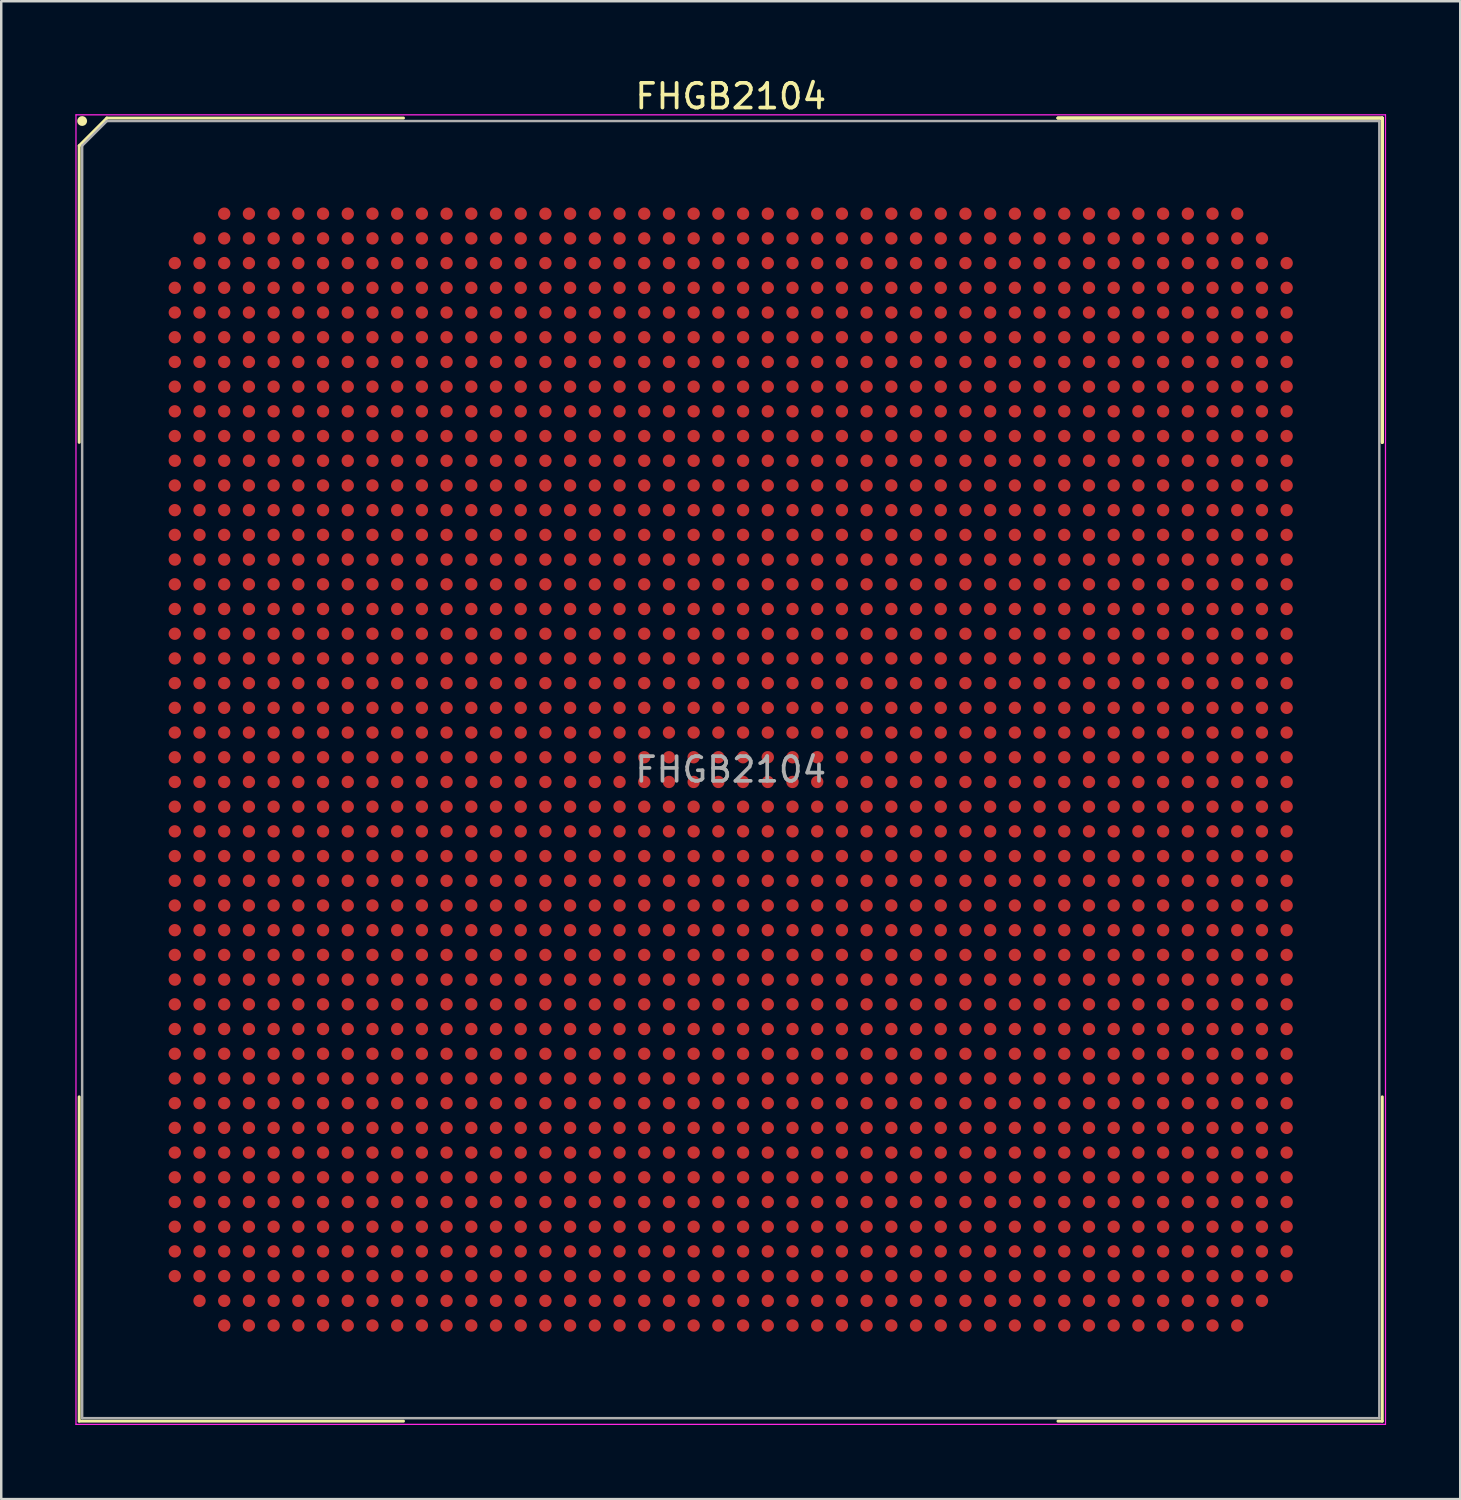
<source format=kicad_pcb>
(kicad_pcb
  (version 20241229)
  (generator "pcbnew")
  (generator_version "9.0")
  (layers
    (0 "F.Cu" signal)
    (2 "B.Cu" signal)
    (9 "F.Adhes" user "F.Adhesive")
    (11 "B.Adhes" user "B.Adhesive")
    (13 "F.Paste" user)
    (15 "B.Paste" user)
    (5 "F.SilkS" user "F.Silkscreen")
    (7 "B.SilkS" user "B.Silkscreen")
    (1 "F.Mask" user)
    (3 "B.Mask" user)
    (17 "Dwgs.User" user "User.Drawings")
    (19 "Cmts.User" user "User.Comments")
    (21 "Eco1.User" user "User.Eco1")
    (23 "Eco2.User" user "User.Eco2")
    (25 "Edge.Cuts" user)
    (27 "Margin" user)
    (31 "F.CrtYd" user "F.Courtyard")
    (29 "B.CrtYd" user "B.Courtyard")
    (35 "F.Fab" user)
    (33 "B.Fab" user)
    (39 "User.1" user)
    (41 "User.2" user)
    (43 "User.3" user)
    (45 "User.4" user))
  (footprint "FHGB2104"
    (layer "F.Cu")
    (at 26.525 28.098)
    (property "Reference" "FHGB2104" (at 0 -27.25 0) (layer "F.SilkS") (effects (font (size 1 1) (thickness 0.15))))
    (attr smd)
    (fp_line (start -26.37 -25.25) (end -26.37 -13.245) (stroke (width 0.12) (type solid)) (layer "F.SilkS"))
    (fp_line (start -26.37 26.37) (end -26.37 13.245) (stroke (width 0.12) (type solid)) (layer "F.SilkS"))
    (fp_line (start -25.25 -26.37) (end -26.37 -25.25) (stroke (width 0.12) (type solid)) (layer "F.SilkS"))
    (fp_line (start -13.245 -26.37) (end -25.25 -26.37) (stroke (width 0.12) (type solid)) (layer "F.SilkS"))
    (fp_line (start -13.245 26.37) (end -26.37 26.37) (stroke (width 0.12) (type solid)) (layer "F.SilkS"))
    (fp_line (start 13.245 -26.37) (end 26.37 -26.37) (stroke (width 0.12) (type solid)) (layer "F.SilkS"))
    (fp_line (start 13.245 -26.37) (end 26.37 -26.37) (stroke (width 0.12) (type solid)) (layer "F.SilkS"))
    (fp_line (start 13.245 -26.37) (end 26.37 -26.37) (stroke (width 0.12) (type solid)) (layer "F.SilkS"))
    (fp_line (start 13.245 26.37) (end 26.37 26.37) (stroke (width 0.12) (type solid)) (layer "F.SilkS"))
    (fp_line (start 26.37 -26.37) (end 26.37 -13.245) (stroke (width 0.12) (type solid)) (layer "F.SilkS"))
    (fp_line (start 26.37 -26.37) (end 26.37 -13.245) (stroke (width 0.12) (type solid)) (layer "F.SilkS"))
    (fp_line (start 26.37 -26.37) (end 26.37 -13.245) (stroke (width 0.12) (type solid)) (layer "F.SilkS"))
    (fp_line (start 26.37 26.37) (end 26.37 13.245) (stroke (width 0.12) (type solid)) (layer "F.SilkS"))
    (fp_circle (center -26.25 -26.25) (end -26.25 -26.15) (stroke (width 0.2) (type solid)) (fill no) (layer "F.SilkS"))
    (fp_line (start -26.5 -26.5) (end 26.5 -26.5) (stroke (width 0.05) (type solid)) (layer "F.CrtYd"))
    (fp_line (start -26.5 26.5) (end -26.5 -26.5) (stroke (width 0.05) (type solid)) (layer "F.CrtYd"))
    (fp_line (start 26.5 -26.5) (end 26.5 26.5) (stroke (width 0.05) (type solid)) (layer "F.CrtYd"))
    (fp_line (start 26.5 26.5) (end -26.5 26.5) (stroke (width 0.05) (type solid)) (layer "F.CrtYd"))
    (fp_line (start -26.25 -25.25) (end -26.25 26.25) (stroke (width 0.1) (type solid)) (layer "F.Fab"))
    (fp_line (start -26.25 26.25) (end 26.25 26.25) (stroke (width 0.1) (type solid)) (layer "F.Fab"))
    (fp_line (start -25.25 -26.25) (end -26.25 -25.25) (stroke (width 0.1) (type solid)) (layer "F.Fab"))
    (fp_line (start 26.25 -26.25) (end -25.25 -26.25) (stroke (width 0.1) (type solid)) (layer "F.Fab"))
    (fp_line (start 26.25 26.25) (end 26.25 -26.25) (stroke (width 0.1) (type solid)) (layer "F.Fab"))
    (fp_text user "${REFERENCE}" (at 0 0 0) (layer "F.Fab") (effects (font (size 1 1) (thickness 0.15))))
    (pad "A3" smd circle (at -20.5 -22.5) (size 0.5 0.5) (layers "F.Cu" "F.Mask" "F.Paste"))
    (pad "A4" smd circle (at -19.5 -22.5) (size 0.5 0.5) (layers "F.Cu" "F.Mask" "F.Paste"))
    (pad "A5" smd circle (at -18.5 -22.5) (size 0.5 0.5) (layers "F.Cu" "F.Mask" "F.Paste"))
    (pad "A6" smd circle (at -17.5 -22.5) (size 0.5 0.5) (layers "F.Cu" "F.Mask" "F.Paste"))
    (pad "A7" smd circle (at -16.5 -22.5) (size 0.5 0.5) (layers "F.Cu" "F.Mask" "F.Paste"))
    (pad "A8" smd circle (at -15.5 -22.5) (size 0.5 0.5) (layers "F.Cu" "F.Mask" "F.Paste"))
    (pad "A9" smd circle (at -14.5 -22.5) (size 0.5 0.5) (layers "F.Cu" "F.Mask" "F.Paste"))
    (pad "A10" smd circle (at -13.5 -22.5) (size 0.5 0.5) (layers "F.Cu" "F.Mask" "F.Paste"))
    (pad "A11" smd circle (at -12.5 -22.5) (size 0.5 0.5) (layers "F.Cu" "F.Mask" "F.Paste"))
    (pad "A12" smd circle (at -11.5 -22.5) (size 0.5 0.5) (layers "F.Cu" "F.Mask" "F.Paste"))
    (pad "A13" smd circle (at -10.5 -22.5) (size 0.5 0.5) (layers "F.Cu" "F.Mask" "F.Paste"))
    (pad "A14" smd circle (at -9.5 -22.5) (size 0.5 0.5) (layers "F.Cu" "F.Mask" "F.Paste"))
    (pad "A15" smd circle (at -8.5 -22.5) (size 0.5 0.5) (layers "F.Cu" "F.Mask" "F.Paste"))
    (pad "A16" smd circle (at -7.5 -22.5) (size 0.5 0.5) (layers "F.Cu" "F.Mask" "F.Paste"))
    (pad "A17" smd circle (at -6.5 -22.5) (size 0.5 0.5) (layers "F.Cu" "F.Mask" "F.Paste"))
    (pad "A18" smd circle (at -5.5 -22.5) (size 0.5 0.5) (layers "F.Cu" "F.Mask" "F.Paste"))
    (pad "A19" smd circle (at -4.5 -22.5) (size 0.5 0.5) (layers "F.Cu" "F.Mask" "F.Paste"))
    (pad "A20" smd circle (at -3.5 -22.5) (size 0.5 0.5) (layers "F.Cu" "F.Mask" "F.Paste"))
    (pad "A21" smd circle (at -2.5 -22.5) (size 0.5 0.5) (layers "F.Cu" "F.Mask" "F.Paste"))
    (pad "A22" smd circle (at -1.5 -22.5) (size 0.5 0.5) (layers "F.Cu" "F.Mask" "F.Paste"))
    (pad "A23" smd circle (at -0.5 -22.5) (size 0.5 0.5) (layers "F.Cu" "F.Mask" "F.Paste"))
    (pad "A24" smd circle (at 0.5 -22.5) (size 0.5 0.5) (layers "F.Cu" "F.Mask" "F.Paste"))
    (pad "A25" smd circle (at 1.5 -22.5) (size 0.5 0.5) (layers "F.Cu" "F.Mask" "F.Paste"))
    (pad "A26" smd circle (at 2.5 -22.5) (size 0.5 0.5) (layers "F.Cu" "F.Mask" "F.Paste"))
    (pad "A27" smd circle (at 3.5 -22.5) (size 0.5 0.5) (layers "F.Cu" "F.Mask" "F.Paste"))
    (pad "A28" smd circle (at 4.5 -22.5) (size 0.5 0.5) (layers "F.Cu" "F.Mask" "F.Paste"))
    (pad "A29" smd circle (at 5.5 -22.5) (size 0.5 0.5) (layers "F.Cu" "F.Mask" "F.Paste"))
    (pad "A30" smd circle (at 6.5 -22.5) (size 0.5 0.5) (layers "F.Cu" "F.Mask" "F.Paste"))
    (pad "A31" smd circle (at 7.5 -22.5) (size 0.5 0.5) (layers "F.Cu" "F.Mask" "F.Paste"))
    (pad "A32" smd circle (at 8.5 -22.5) (size 0.5 0.5) (layers "F.Cu" "F.Mask" "F.Paste"))
    (pad "A33" smd circle (at 9.5 -22.5) (size 0.5 0.5) (layers "F.Cu" "F.Mask" "F.Paste"))
    (pad "A34" smd circle (at 10.5 -22.5) (size 0.5 0.5) (layers "F.Cu" "F.Mask" "F.Paste"))
    (pad "A35" smd circle (at 11.5 -22.5) (size 0.5 0.5) (layers "F.Cu" "F.Mask" "F.Paste"))
    (pad "A36" smd circle (at 12.5 -22.5) (size 0.5 0.5) (layers "F.Cu" "F.Mask" "F.Paste"))
    (pad "A37" smd circle (at 13.5 -22.5) (size 0.5 0.5) (layers "F.Cu" "F.Mask" "F.Paste"))
    (pad "A38" smd circle (at 14.5 -22.5) (size 0.5 0.5) (layers "F.Cu" "F.Mask" "F.Paste"))
    (pad "A39" smd circle (at 15.5 -22.5) (size 0.5 0.5) (layers "F.Cu" "F.Mask" "F.Paste"))
    (pad "A40" smd circle (at 16.5 -22.5) (size 0.5 0.5) (layers "F.Cu" "F.Mask" "F.Paste"))
    (pad "A41" smd circle (at 17.5 -22.5) (size 0.5 0.5) (layers "F.Cu" "F.Mask" "F.Paste"))
    (pad "A42" smd circle (at 18.5 -22.5) (size 0.5 0.5) (layers "F.Cu" "F.Mask" "F.Paste"))
    (pad "A43" smd circle (at 19.5 -22.5) (size 0.5 0.5) (layers "F.Cu" "F.Mask" "F.Paste"))
    (pad "A44" smd circle (at 20.5 -22.5) (size 0.5 0.5) (layers "F.Cu" "F.Mask" "F.Paste"))
    (pad "AA1" smd circle (at -22.5 -2.5) (size 0.5 0.5) (layers "F.Cu" "F.Mask" "F.Paste"))
    (pad "AA2" smd circle (at -21.5 -2.5) (size 0.5 0.5) (layers "F.Cu" "F.Mask" "F.Paste"))
    (pad "AA3" smd circle (at -20.5 -2.5) (size 0.5 0.5) (layers "F.Cu" "F.Mask" "F.Paste"))
    (pad "AA4" smd circle (at -19.5 -2.5) (size 0.5 0.5) (layers "F.Cu" "F.Mask" "F.Paste"))
    (pad "AA5" smd circle (at -18.5 -2.5) (size 0.5 0.5) (layers "F.Cu" "F.Mask" "F.Paste"))
    (pad "AA6" smd circle (at -17.5 -2.5) (size 0.5 0.5) (layers "F.Cu" "F.Mask" "F.Paste"))
    (pad "AA7" smd circle (at -16.5 -2.5) (size 0.5 0.5) (layers "F.Cu" "F.Mask" "F.Paste"))
    (pad "AA8" smd circle (at -15.5 -2.5) (size 0.5 0.5) (layers "F.Cu" "F.Mask" "F.Paste"))
    (pad "AA9" smd circle (at -14.5 -2.5) (size 0.5 0.5) (layers "F.Cu" "F.Mask" "F.Paste"))
    (pad "AA10" smd circle (at -13.5 -2.5) (size 0.5 0.5) (layers "F.Cu" "F.Mask" "F.Paste"))
    (pad "AA11" smd circle (at -12.5 -2.5) (size 0.5 0.5) (layers "F.Cu" "F.Mask" "F.Paste"))
    (pad "AA12" smd circle (at -11.5 -2.5) (size 0.5 0.5) (layers "F.Cu" "F.Mask" "F.Paste"))
    (pad "AA13" smd circle (at -10.5 -2.5) (size 0.5 0.5) (layers "F.Cu" "F.Mask" "F.Paste"))
    (pad "AA14" smd circle (at -9.5 -2.5) (size 0.5 0.5) (layers "F.Cu" "F.Mask" "F.Paste"))
    (pad "AA15" smd circle (at -8.5 -2.5) (size 0.5 0.5) (layers "F.Cu" "F.Mask" "F.Paste"))
    (pad "AA16" smd circle (at -7.5 -2.5) (size 0.5 0.5) (layers "F.Cu" "F.Mask" "F.Paste"))
    (pad "AA17" smd circle (at -6.5 -2.5) (size 0.5 0.5) (layers "F.Cu" "F.Mask" "F.Paste"))
    (pad "AA18" smd circle (at -5.5 -2.5) (size 0.5 0.5) (layers "F.Cu" "F.Mask" "F.Paste"))
    (pad "AA19" smd circle (at -4.5 -2.5) (size 0.5 0.5) (layers "F.Cu" "F.Mask" "F.Paste"))
    (pad "AA20" smd circle (at -3.5 -2.5) (size 0.5 0.5) (layers "F.Cu" "F.Mask" "F.Paste"))
    (pad "AA21" smd circle (at -2.5 -2.5) (size 0.5 0.5) (layers "F.Cu" "F.Mask" "F.Paste"))
    (pad "AA22" smd circle (at -1.5 -2.5) (size 0.5 0.5) (layers "F.Cu" "F.Mask" "F.Paste"))
    (pad "AA23" smd circle (at -0.5 -2.5) (size 0.5 0.5) (layers "F.Cu" "F.Mask" "F.Paste"))
    (pad "AA24" smd circle (at 0.5 -2.5) (size 0.5 0.5) (layers "F.Cu" "F.Mask" "F.Paste"))
    (pad "AA25" smd circle (at 1.5 -2.5) (size 0.5 0.5) (layers "F.Cu" "F.Mask" "F.Paste"))
    (pad "AA26" smd circle (at 2.5 -2.5) (size 0.5 0.5) (layers "F.Cu" "F.Mask" "F.Paste"))
    (pad "AA27" smd circle (at 3.5 -2.5) (size 0.5 0.5) (layers "F.Cu" "F.Mask" "F.Paste"))
    (pad "AA28" smd circle (at 4.5 -2.5) (size 0.5 0.5) (layers "F.Cu" "F.Mask" "F.Paste"))
    (pad "AA29" smd circle (at 5.5 -2.5) (size 0.5 0.5) (layers "F.Cu" "F.Mask" "F.Paste"))
    (pad "AA30" smd circle (at 6.5 -2.5) (size 0.5 0.5) (layers "F.Cu" "F.Mask" "F.Paste"))
    (pad "AA31" smd circle (at 7.5 -2.5) (size 0.5 0.5) (layers "F.Cu" "F.Mask" "F.Paste"))
    (pad "AA32" smd circle (at 8.5 -2.5) (size 0.5 0.5) (layers "F.Cu" "F.Mask" "F.Paste"))
    (pad "AA33" smd circle (at 9.5 -2.5) (size 0.5 0.5) (layers "F.Cu" "F.Mask" "F.Paste"))
    (pad "AA34" smd circle (at 10.5 -2.5) (size 0.5 0.5) (layers "F.Cu" "F.Mask" "F.Paste"))
    (pad "AA35" smd circle (at 11.5 -2.5) (size 0.5 0.5) (layers "F.Cu" "F.Mask" "F.Paste"))
    (pad "AA36" smd circle (at 12.5 -2.5) (size 0.5 0.5) (layers "F.Cu" "F.Mask" "F.Paste"))
    (pad "AA37" smd circle (at 13.5 -2.5) (size 0.5 0.5) (layers "F.Cu" "F.Mask" "F.Paste"))
    (pad "AA38" smd circle (at 14.5 -2.5) (size 0.5 0.5) (layers "F.Cu" "F.Mask" "F.Paste"))
    (pad "AA39" smd circle (at 15.5 -2.5) (size 0.5 0.5) (layers "F.Cu" "F.Mask" "F.Paste"))
    (pad "AA40" smd circle (at 16.5 -2.5) (size 0.5 0.5) (layers "F.Cu" "F.Mask" "F.Paste"))
    (pad "AA41" smd circle (at 17.5 -2.5) (size 0.5 0.5) (layers "F.Cu" "F.Mask" "F.Paste"))
    (pad "AA42" smd circle (at 18.5 -2.5) (size 0.5 0.5) (layers "F.Cu" "F.Mask" "F.Paste"))
    (pad "AA43" smd circle (at 19.5 -2.5) (size 0.5 0.5) (layers "F.Cu" "F.Mask" "F.Paste"))
    (pad "AA44" smd circle (at 20.5 -2.5) (size 0.5 0.5) (layers "F.Cu" "F.Mask" "F.Paste"))
    (pad "AA45" smd circle (at 21.5 -2.5) (size 0.5 0.5) (layers "F.Cu" "F.Mask" "F.Paste"))
    (pad "AA46" smd circle (at 22.5 -2.5) (size 0.5 0.5) (layers "F.Cu" "F.Mask" "F.Paste"))
    (pad "AB1" smd circle (at -22.5 -1.5) (size 0.5 0.5) (layers "F.Cu" "F.Mask" "F.Paste"))
    (pad "AB2" smd circle (at -21.5 -1.5) (size 0.5 0.5) (layers "F.Cu" "F.Mask" "F.Paste"))
    (pad "AB3" smd circle (at -20.5 -1.5) (size 0.5 0.5) (layers "F.Cu" "F.Mask" "F.Paste"))
    (pad "AB4" smd circle (at -19.5 -1.5) (size 0.5 0.5) (layers "F.Cu" "F.Mask" "F.Paste"))
    (pad "AB5" smd circle (at -18.5 -1.5) (size 0.5 0.5) (layers "F.Cu" "F.Mask" "F.Paste"))
    (pad "AB6" smd circle (at -17.5 -1.5) (size 0.5 0.5) (layers "F.Cu" "F.Mask" "F.Paste"))
    (pad "AB7" smd circle (at -16.5 -1.5) (size 0.5 0.5) (layers "F.Cu" "F.Mask" "F.Paste"))
    (pad "AB8" smd circle (at -15.5 -1.5) (size 0.5 0.5) (layers "F.Cu" "F.Mask" "F.Paste"))
    (pad "AB9" smd circle (at -14.5 -1.5) (size 0.5 0.5) (layers "F.Cu" "F.Mask" "F.Paste"))
    (pad "AB10" smd circle (at -13.5 -1.5) (size 0.5 0.5) (layers "F.Cu" "F.Mask" "F.Paste"))
    (pad "AB11" smd circle (at -12.5 -1.5) (size 0.5 0.5) (layers "F.Cu" "F.Mask" "F.Paste"))
    (pad "AB12" smd circle (at -11.5 -1.5) (size 0.5 0.5) (layers "F.Cu" "F.Mask" "F.Paste"))
    (pad "AB13" smd circle (at -10.5 -1.5) (size 0.5 0.5) (layers "F.Cu" "F.Mask" "F.Paste"))
    (pad "AB14" smd circle (at -9.5 -1.5) (size 0.5 0.5) (layers "F.Cu" "F.Mask" "F.Paste"))
    (pad "AB15" smd circle (at -8.5 -1.5) (size 0.5 0.5) (layers "F.Cu" "F.Mask" "F.Paste"))
    (pad "AB16" smd circle (at -7.5 -1.5) (size 0.5 0.5) (layers "F.Cu" "F.Mask" "F.Paste"))
    (pad "AB17" smd circle (at -6.5 -1.5) (size 0.5 0.5) (layers "F.Cu" "F.Mask" "F.Paste"))
    (pad "AB18" smd circle (at -5.5 -1.5) (size 0.5 0.5) (layers "F.Cu" "F.Mask" "F.Paste"))
    (pad "AB19" smd circle (at -4.5 -1.5) (size 0.5 0.5) (layers "F.Cu" "F.Mask" "F.Paste"))
    (pad "AB20" smd circle (at -3.5 -1.5) (size 0.5 0.5) (layers "F.Cu" "F.Mask" "F.Paste"))
    (pad "AB21" smd circle (at -2.5 -1.5) (size 0.5 0.5) (layers "F.Cu" "F.Mask" "F.Paste"))
    (pad "AB22" smd circle (at -1.5 -1.5) (size 0.5 0.5) (layers "F.Cu" "F.Mask" "F.Paste"))
    (pad "AB23" smd circle (at -0.5 -1.5) (size 0.5 0.5) (layers "F.Cu" "F.Mask" "F.Paste"))
    (pad "AB24" smd circle (at 0.5 -1.5) (size 0.5 0.5) (layers "F.Cu" "F.Mask" "F.Paste"))
    (pad "AB25" smd circle (at 1.5 -1.5) (size 0.5 0.5) (layers "F.Cu" "F.Mask" "F.Paste"))
    (pad "AB26" smd circle (at 2.5 -1.5) (size 0.5 0.5) (layers "F.Cu" "F.Mask" "F.Paste"))
    (pad "AB27" smd circle (at 3.5 -1.5) (size 0.5 0.5) (layers "F.Cu" "F.Mask" "F.Paste"))
    (pad "AB28" smd circle (at 4.5 -1.5) (size 0.5 0.5) (layers "F.Cu" "F.Mask" "F.Paste"))
    (pad "AB29" smd circle (at 5.5 -1.5) (size 0.5 0.5) (layers "F.Cu" "F.Mask" "F.Paste"))
    (pad "AB30" smd circle (at 6.5 -1.5) (size 0.5 0.5) (layers "F.Cu" "F.Mask" "F.Paste"))
    (pad "AB31" smd circle (at 7.5 -1.5) (size 0.5 0.5) (layers "F.Cu" "F.Mask" "F.Paste"))
    (pad "AB32" smd circle (at 8.5 -1.5) (size 0.5 0.5) (layers "F.Cu" "F.Mask" "F.Paste"))
    (pad "AB33" smd circle (at 9.5 -1.5) (size 0.5 0.5) (layers "F.Cu" "F.Mask" "F.Paste"))
    (pad "AB34" smd circle (at 10.5 -1.5) (size 0.5 0.5) (layers "F.Cu" "F.Mask" "F.Paste"))
    (pad "AB35" smd circle (at 11.5 -1.5) (size 0.5 0.5) (layers "F.Cu" "F.Mask" "F.Paste"))
    (pad "AB36" smd circle (at 12.5 -1.5) (size 0.5 0.5) (layers "F.Cu" "F.Mask" "F.Paste"))
    (pad "AB37" smd circle (at 13.5 -1.5) (size 0.5 0.5) (layers "F.Cu" "F.Mask" "F.Paste"))
    (pad "AB38" smd circle (at 14.5 -1.5) (size 0.5 0.5) (layers "F.Cu" "F.Mask" "F.Paste"))
    (pad "AB39" smd circle (at 15.5 -1.5) (size 0.5 0.5) (layers "F.Cu" "F.Mask" "F.Paste"))
    (pad "AB40" smd circle (at 16.5 -1.5) (size 0.5 0.5) (layers "F.Cu" "F.Mask" "F.Paste"))
    (pad "AB41" smd circle (at 17.5 -1.5) (size 0.5 0.5) (layers "F.Cu" "F.Mask" "F.Paste"))
    (pad "AB42" smd circle (at 18.5 -1.5) (size 0.5 0.5) (layers "F.Cu" "F.Mask" "F.Paste"))
    (pad "AB43" smd circle (at 19.5 -1.5) (size 0.5 0.5) (layers "F.Cu" "F.Mask" "F.Paste"))
    (pad "AB44" smd circle (at 20.5 -1.5) (size 0.5 0.5) (layers "F.Cu" "F.Mask" "F.Paste"))
    (pad "AB45" smd circle (at 21.5 -1.5) (size 0.5 0.5) (layers "F.Cu" "F.Mask" "F.Paste"))
    (pad "AB46" smd circle (at 22.5 -1.5) (size 0.5 0.5) (layers "F.Cu" "F.Mask" "F.Paste"))
    (pad "AC1" smd circle (at -22.5 -0.5) (size 0.5 0.5) (layers "F.Cu" "F.Mask" "F.Paste"))
    (pad "AC2" smd circle (at -21.5 -0.5) (size 0.5 0.5) (layers "F.Cu" "F.Mask" "F.Paste"))
    (pad "AC3" smd circle (at -20.5 -0.5) (size 0.5 0.5) (layers "F.Cu" "F.Mask" "F.Paste"))
    (pad "AC4" smd circle (at -19.5 -0.5) (size 0.5 0.5) (layers "F.Cu" "F.Mask" "F.Paste"))
    (pad "AC5" smd circle (at -18.5 -0.5) (size 0.5 0.5) (layers "F.Cu" "F.Mask" "F.Paste"))
    (pad "AC6" smd circle (at -17.5 -0.5) (size 0.5 0.5) (layers "F.Cu" "F.Mask" "F.Paste"))
    (pad "AC7" smd circle (at -16.5 -0.5) (size 0.5 0.5) (layers "F.Cu" "F.Mask" "F.Paste"))
    (pad "AC8" smd circle (at -15.5 -0.5) (size 0.5 0.5) (layers "F.Cu" "F.Mask" "F.Paste"))
    (pad "AC9" smd circle (at -14.5 -0.5) (size 0.5 0.5) (layers "F.Cu" "F.Mask" "F.Paste"))
    (pad "AC10" smd circle (at -13.5 -0.5) (size 0.5 0.5) (layers "F.Cu" "F.Mask" "F.Paste"))
    (pad "AC11" smd circle (at -12.5 -0.5) (size 0.5 0.5) (layers "F.Cu" "F.Mask" "F.Paste"))
    (pad "AC12" smd circle (at -11.5 -0.5) (size 0.5 0.5) (layers "F.Cu" "F.Mask" "F.Paste"))
    (pad "AC13" smd circle (at -10.5 -0.5) (size 0.5 0.5) (layers "F.Cu" "F.Mask" "F.Paste"))
    (pad "AC14" smd circle (at -9.5 -0.5) (size 0.5 0.5) (layers "F.Cu" "F.Mask" "F.Paste"))
    (pad "AC15" smd circle (at -8.5 -0.5) (size 0.5 0.5) (layers "F.Cu" "F.Mask" "F.Paste"))
    (pad "AC16" smd circle (at -7.5 -0.5) (size 0.5 0.5) (layers "F.Cu" "F.Mask" "F.Paste"))
    (pad "AC17" smd circle (at -6.5 -0.5) (size 0.5 0.5) (layers "F.Cu" "F.Mask" "F.Paste"))
    (pad "AC18" smd circle (at -5.5 -0.5) (size 0.5 0.5) (layers "F.Cu" "F.Mask" "F.Paste"))
    (pad "AC19" smd circle (at -4.5 -0.5) (size 0.5 0.5) (layers "F.Cu" "F.Mask" "F.Paste"))
    (pad "AC20" smd circle (at -3.5 -0.5) (size 0.5 0.5) (layers "F.Cu" "F.Mask" "F.Paste"))
    (pad "AC21" smd circle (at -2.5 -0.5) (size 0.5 0.5) (layers "F.Cu" "F.Mask" "F.Paste"))
    (pad "AC22" smd circle (at -1.5 -0.5) (size 0.5 0.5) (layers "F.Cu" "F.Mask" "F.Paste"))
    (pad "AC23" smd circle (at -0.5 -0.5) (size 0.5 0.5) (layers "F.Cu" "F.Mask" "F.Paste"))
    (pad "AC24" smd circle (at 0.5 -0.5) (size 0.5 0.5) (layers "F.Cu" "F.Mask" "F.Paste"))
    (pad "AC25" smd circle (at 1.5 -0.5) (size 0.5 0.5) (layers "F.Cu" "F.Mask" "F.Paste"))
    (pad "AC26" smd circle (at 2.5 -0.5) (size 0.5 0.5) (layers "F.Cu" "F.Mask" "F.Paste"))
    (pad "AC27" smd circle (at 3.5 -0.5) (size 0.5 0.5) (layers "F.Cu" "F.Mask" "F.Paste"))
    (pad "AC28" smd circle (at 4.5 -0.5) (size 0.5 0.5) (layers "F.Cu" "F.Mask" "F.Paste"))
    (pad "AC29" smd circle (at 5.5 -0.5) (size 0.5 0.5) (layers "F.Cu" "F.Mask" "F.Paste"))
    (pad "AC30" smd circle (at 6.5 -0.5) (size 0.5 0.5) (layers "F.Cu" "F.Mask" "F.Paste"))
    (pad "AC31" smd circle (at 7.5 -0.5) (size 0.5 0.5) (layers "F.Cu" "F.Mask" "F.Paste"))
    (pad "AC32" smd circle (at 8.5 -0.5) (size 0.5 0.5) (layers "F.Cu" "F.Mask" "F.Paste"))
    (pad "AC33" smd circle (at 9.5 -0.5) (size 0.5 0.5) (layers "F.Cu" "F.Mask" "F.Paste"))
    (pad "AC34" smd circle (at 10.5 -0.5) (size 0.5 0.5) (layers "F.Cu" "F.Mask" "F.Paste"))
    (pad "AC35" smd circle (at 11.5 -0.5) (size 0.5 0.5) (layers "F.Cu" "F.Mask" "F.Paste"))
    (pad "AC36" smd circle (at 12.5 -0.5) (size 0.5 0.5) (layers "F.Cu" "F.Mask" "F.Paste"))
    (pad "AC37" smd circle (at 13.5 -0.5) (size 0.5 0.5) (layers "F.Cu" "F.Mask" "F.Paste"))
    (pad "AC38" smd circle (at 14.5 -0.5) (size 0.5 0.5) (layers "F.Cu" "F.Mask" "F.Paste"))
    (pad "AC39" smd circle (at 15.5 -0.5) (size 0.5 0.5) (layers "F.Cu" "F.Mask" "F.Paste"))
    (pad "AC40" smd circle (at 16.5 -0.5) (size 0.5 0.5) (layers "F.Cu" "F.Mask" "F.Paste"))
    (pad "AC41" smd circle (at 17.5 -0.5) (size 0.5 0.5) (layers "F.Cu" "F.Mask" "F.Paste"))
    (pad "AC42" smd circle (at 18.5 -0.5) (size 0.5 0.5) (layers "F.Cu" "F.Mask" "F.Paste"))
    (pad "AC43" smd circle (at 19.5 -0.5) (size 0.5 0.5) (layers "F.Cu" "F.Mask" "F.Paste"))
    (pad "AC44" smd circle (at 20.5 -0.5) (size 0.5 0.5) (layers "F.Cu" "F.Mask" "F.Paste"))
    (pad "AC45" smd circle (at 21.5 -0.5) (size 0.5 0.5) (layers "F.Cu" "F.Mask" "F.Paste"))
    (pad "AC46" smd circle (at 22.5 -0.5) (size 0.5 0.5) (layers "F.Cu" "F.Mask" "F.Paste"))
    (pad "AD1" smd circle (at -22.5 0.5) (size 0.5 0.5) (layers "F.Cu" "F.Mask" "F.Paste"))
    (pad "AD2" smd circle (at -21.5 0.5) (size 0.5 0.5) (layers "F.Cu" "F.Mask" "F.Paste"))
    (pad "AD3" smd circle (at -20.5 0.5) (size 0.5 0.5) (layers "F.Cu" "F.Mask" "F.Paste"))
    (pad "AD4" smd circle (at -19.5 0.5) (size 0.5 0.5) (layers "F.Cu" "F.Mask" "F.Paste"))
    (pad "AD5" smd circle (at -18.5 0.5) (size 0.5 0.5) (layers "F.Cu" "F.Mask" "F.Paste"))
    (pad "AD6" smd circle (at -17.5 0.5) (size 0.5 0.5) (layers "F.Cu" "F.Mask" "F.Paste"))
    (pad "AD7" smd circle (at -16.5 0.5) (size 0.5 0.5) (layers "F.Cu" "F.Mask" "F.Paste"))
    (pad "AD8" smd circle (at -15.5 0.5) (size 0.5 0.5) (layers "F.Cu" "F.Mask" "F.Paste"))
    (pad "AD9" smd circle (at -14.5 0.5) (size 0.5 0.5) (layers "F.Cu" "F.Mask" "F.Paste"))
    (pad "AD10" smd circle (at -13.5 0.5) (size 0.5 0.5) (layers "F.Cu" "F.Mask" "F.Paste"))
    (pad "AD11" smd circle (at -12.5 0.5) (size 0.5 0.5) (layers "F.Cu" "F.Mask" "F.Paste"))
    (pad "AD12" smd circle (at -11.5 0.5) (size 0.5 0.5) (layers "F.Cu" "F.Mask" "F.Paste"))
    (pad "AD13" smd circle (at -10.5 0.5) (size 0.5 0.5) (layers "F.Cu" "F.Mask" "F.Paste"))
    (pad "AD14" smd circle (at -9.5 0.5) (size 0.5 0.5) (layers "F.Cu" "F.Mask" "F.Paste"))
    (pad "AD15" smd circle (at -8.5 0.5) (size 0.5 0.5) (layers "F.Cu" "F.Mask" "F.Paste"))
    (pad "AD16" smd circle (at -7.5 0.5) (size 0.5 0.5) (layers "F.Cu" "F.Mask" "F.Paste"))
    (pad "AD17" smd circle (at -6.5 0.5) (size 0.5 0.5) (layers "F.Cu" "F.Mask" "F.Paste"))
    (pad "AD18" smd circle (at -5.5 0.5) (size 0.5 0.5) (layers "F.Cu" "F.Mask" "F.Paste"))
    (pad "AD19" smd circle (at -4.5 0.5) (size 0.5 0.5) (layers "F.Cu" "F.Mask" "F.Paste"))
    (pad "AD20" smd circle (at -3.5 0.5) (size 0.5 0.5) (layers "F.Cu" "F.Mask" "F.Paste"))
    (pad "AD21" smd circle (at -2.5 0.5) (size 0.5 0.5) (layers "F.Cu" "F.Mask" "F.Paste"))
    (pad "AD22" smd circle (at -1.5 0.5) (size 0.5 0.5) (layers "F.Cu" "F.Mask" "F.Paste"))
    (pad "AD23" smd circle (at -0.5 0.5) (size 0.5 0.5) (layers "F.Cu" "F.Mask" "F.Paste"))
    (pad "AD24" smd circle (at 0.5 0.5) (size 0.5 0.5) (layers "F.Cu" "F.Mask" "F.Paste"))
    (pad "AD25" smd circle (at 1.5 0.5) (size 0.5 0.5) (layers "F.Cu" "F.Mask" "F.Paste"))
    (pad "AD26" smd circle (at 2.5 0.5) (size 0.5 0.5) (layers "F.Cu" "F.Mask" "F.Paste"))
    (pad "AD27" smd circle (at 3.5 0.5) (size 0.5 0.5) (layers "F.Cu" "F.Mask" "F.Paste"))
    (pad "AD28" smd circle (at 4.5 0.5) (size 0.5 0.5) (layers "F.Cu" "F.Mask" "F.Paste"))
    (pad "AD29" smd circle (at 5.5 0.5) (size 0.5 0.5) (layers "F.Cu" "F.Mask" "F.Paste"))
    (pad "AD30" smd circle (at 6.5 0.5) (size 0.5 0.5) (layers "F.Cu" "F.Mask" "F.Paste"))
    (pad "AD31" smd circle (at 7.5 0.5) (size 0.5 0.5) (layers "F.Cu" "F.Mask" "F.Paste"))
    (pad "AD32" smd circle (at 8.5 0.5) (size 0.5 0.5) (layers "F.Cu" "F.Mask" "F.Paste"))
    (pad "AD33" smd circle (at 9.5 0.5) (size 0.5 0.5) (layers "F.Cu" "F.Mask" "F.Paste"))
    (pad "AD34" smd circle (at 10.5 0.5) (size 0.5 0.5) (layers "F.Cu" "F.Mask" "F.Paste"))
    (pad "AD35" smd circle (at 11.5 0.5) (size 0.5 0.5) (layers "F.Cu" "F.Mask" "F.Paste"))
    (pad "AD36" smd circle (at 12.5 0.5) (size 0.5 0.5) (layers "F.Cu" "F.Mask" "F.Paste"))
    (pad "AD37" smd circle (at 13.5 0.5) (size 0.5 0.5) (layers "F.Cu" "F.Mask" "F.Paste"))
    (pad "AD38" smd circle (at 14.5 0.5) (size 0.5 0.5) (layers "F.Cu" "F.Mask" "F.Paste"))
    (pad "AD39" smd circle (at 15.5 0.5) (size 0.5 0.5) (layers "F.Cu" "F.Mask" "F.Paste"))
    (pad "AD40" smd circle (at 16.5 0.5) (size 0.5 0.5) (layers "F.Cu" "F.Mask" "F.Paste"))
    (pad "AD41" smd circle (at 17.5 0.5) (size 0.5 0.5) (layers "F.Cu" "F.Mask" "F.Paste"))
    (pad "AD42" smd circle (at 18.5 0.5) (size 0.5 0.5) (layers "F.Cu" "F.Mask" "F.Paste"))
    (pad "AD43" smd circle (at 19.5 0.5) (size 0.5 0.5) (layers "F.Cu" "F.Mask" "F.Paste"))
    (pad "AD44" smd circle (at 20.5 0.5) (size 0.5 0.5) (layers "F.Cu" "F.Mask" "F.Paste"))
    (pad "AD45" smd circle (at 21.5 0.5) (size 0.5 0.5) (layers "F.Cu" "F.Mask" "F.Paste"))
    (pad "AD46" smd circle (at 22.5 0.5) (size 0.5 0.5) (layers "F.Cu" "F.Mask" "F.Paste"))
    (pad "AE1" smd circle (at -22.5 1.5) (size 0.5 0.5) (layers "F.Cu" "F.Mask" "F.Paste"))
    (pad "AE2" smd circle (at -21.5 1.5) (size 0.5 0.5) (layers "F.Cu" "F.Mask" "F.Paste"))
    (pad "AE3" smd circle (at -20.5 1.5) (size 0.5 0.5) (layers "F.Cu" "F.Mask" "F.Paste"))
    (pad "AE4" smd circle (at -19.5 1.5) (size 0.5 0.5) (layers "F.Cu" "F.Mask" "F.Paste"))
    (pad "AE5" smd circle (at -18.5 1.5) (size 0.5 0.5) (layers "F.Cu" "F.Mask" "F.Paste"))
    (pad "AE6" smd circle (at -17.5 1.5) (size 0.5 0.5) (layers "F.Cu" "F.Mask" "F.Paste"))
    (pad "AE7" smd circle (at -16.5 1.5) (size 0.5 0.5) (layers "F.Cu" "F.Mask" "F.Paste"))
    (pad "AE8" smd circle (at -15.5 1.5) (size 0.5 0.5) (layers "F.Cu" "F.Mask" "F.Paste"))
    (pad "AE9" smd circle (at -14.5 1.5) (size 0.5 0.5) (layers "F.Cu" "F.Mask" "F.Paste"))
    (pad "AE10" smd circle (at -13.5 1.5) (size 0.5 0.5) (layers "F.Cu" "F.Mask" "F.Paste"))
    (pad "AE11" smd circle (at -12.5 1.5) (size 0.5 0.5) (layers "F.Cu" "F.Mask" "F.Paste"))
    (pad "AE12" smd circle (at -11.5 1.5) (size 0.5 0.5) (layers "F.Cu" "F.Mask" "F.Paste"))
    (pad "AE13" smd circle (at -10.5 1.5) (size 0.5 0.5) (layers "F.Cu" "F.Mask" "F.Paste"))
    (pad "AE14" smd circle (at -9.5 1.5) (size 0.5 0.5) (layers "F.Cu" "F.Mask" "F.Paste"))
    (pad "AE15" smd circle (at -8.5 1.5) (size 0.5 0.5) (layers "F.Cu" "F.Mask" "F.Paste"))
    (pad "AE16" smd circle (at -7.5 1.5) (size 0.5 0.5) (layers "F.Cu" "F.Mask" "F.Paste"))
    (pad "AE17" smd circle (at -6.5 1.5) (size 0.5 0.5) (layers "F.Cu" "F.Mask" "F.Paste"))
    (pad "AE18" smd circle (at -5.5 1.5) (size 0.5 0.5) (layers "F.Cu" "F.Mask" "F.Paste"))
    (pad "AE19" smd circle (at -4.5 1.5) (size 0.5 0.5) (layers "F.Cu" "F.Mask" "F.Paste"))
    (pad "AE20" smd circle (at -3.5 1.5) (size 0.5 0.5) (layers "F.Cu" "F.Mask" "F.Paste"))
    (pad "AE21" smd circle (at -2.5 1.5) (size 0.5 0.5) (layers "F.Cu" "F.Mask" "F.Paste"))
    (pad "AE22" smd circle (at -1.5 1.5) (size 0.5 0.5) (layers "F.Cu" "F.Mask" "F.Paste"))
    (pad "AE23" smd circle (at -0.5 1.5) (size 0.5 0.5) (layers "F.Cu" "F.Mask" "F.Paste"))
    (pad "AE24" smd circle (at 0.5 1.5) (size 0.5 0.5) (layers "F.Cu" "F.Mask" "F.Paste"))
    (pad "AE25" smd circle (at 1.5 1.5) (size 0.5 0.5) (layers "F.Cu" "F.Mask" "F.Paste"))
    (pad "AE26" smd circle (at 2.5 1.5) (size 0.5 0.5) (layers "F.Cu" "F.Mask" "F.Paste"))
    (pad "AE27" smd circle (at 3.5 1.5) (size 0.5 0.5) (layers "F.Cu" "F.Mask" "F.Paste"))
    (pad "AE28" smd circle (at 4.5 1.5) (size 0.5 0.5) (layers "F.Cu" "F.Mask" "F.Paste"))
    (pad "AE29" smd circle (at 5.5 1.5) (size 0.5 0.5) (layers "F.Cu" "F.Mask" "F.Paste"))
    (pad "AE30" smd circle (at 6.5 1.5) (size 0.5 0.5) (layers "F.Cu" "F.Mask" "F.Paste"))
    (pad "AE31" smd circle (at 7.5 1.5) (size 0.5 0.5) (layers "F.Cu" "F.Mask" "F.Paste"))
    (pad "AE32" smd circle (at 8.5 1.5) (size 0.5 0.5) (layers "F.Cu" "F.Mask" "F.Paste"))
    (pad "AE33" smd circle (at 9.5 1.5) (size 0.5 0.5) (layers "F.Cu" "F.Mask" "F.Paste"))
    (pad "AE34" smd circle (at 10.5 1.5) (size 0.5 0.5) (layers "F.Cu" "F.Mask" "F.Paste"))
    (pad "AE35" smd circle (at 11.5 1.5) (size 0.5 0.5) (layers "F.Cu" "F.Mask" "F.Paste"))
    (pad "AE36" smd circle (at 12.5 1.5) (size 0.5 0.5) (layers "F.Cu" "F.Mask" "F.Paste"))
    (pad "AE37" smd circle (at 13.5 1.5) (size 0.5 0.5) (layers "F.Cu" "F.Mask" "F.Paste"))
    (pad "AE38" smd circle (at 14.5 1.5) (size 0.5 0.5) (layers "F.Cu" "F.Mask" "F.Paste"))
    (pad "AE39" smd circle (at 15.5 1.5) (size 0.5 0.5) (layers "F.Cu" "F.Mask" "F.Paste"))
    (pad "AE40" smd circle (at 16.5 1.5) (size 0.5 0.5) (layers "F.Cu" "F.Mask" "F.Paste"))
    (pad "AE41" smd circle (at 17.5 1.5) (size 0.5 0.5) (layers "F.Cu" "F.Mask" "F.Paste"))
    (pad "AE42" smd circle (at 18.5 1.5) (size 0.5 0.5) (layers "F.Cu" "F.Mask" "F.Paste"))
    (pad "AE43" smd circle (at 19.5 1.5) (size 0.5 0.5) (layers "F.Cu" "F.Mask" "F.Paste"))
    (pad "AE44" smd circle (at 20.5 1.5) (size 0.5 0.5) (layers "F.Cu" "F.Mask" "F.Paste"))
    (pad "AE45" smd circle (at 21.5 1.5) (size 0.5 0.5) (layers "F.Cu" "F.Mask" "F.Paste"))
    (pad "AE46" smd circle (at 22.5 1.5) (size 0.5 0.5) (layers "F.Cu" "F.Mask" "F.Paste"))
    (pad "AF1" smd circle (at -22.5 2.5) (size 0.5 0.5) (layers "F.Cu" "F.Mask" "F.Paste"))
    (pad "AF2" smd circle (at -21.5 2.5) (size 0.5 0.5) (layers "F.Cu" "F.Mask" "F.Paste"))
    (pad "AF3" smd circle (at -20.5 2.5) (size 0.5 0.5) (layers "F.Cu" "F.Mask" "F.Paste"))
    (pad "AF4" smd circle (at -19.5 2.5) (size 0.5 0.5) (layers "F.Cu" "F.Mask" "F.Paste"))
    (pad "AF5" smd circle (at -18.5 2.5) (size 0.5 0.5) (layers "F.Cu" "F.Mask" "F.Paste"))
    (pad "AF6" smd circle (at -17.5 2.5) (size 0.5 0.5) (layers "F.Cu" "F.Mask" "F.Paste"))
    (pad "AF7" smd circle (at -16.5 2.5) (size 0.5 0.5) (layers "F.Cu" "F.Mask" "F.Paste"))
    (pad "AF8" smd circle (at -15.5 2.5) (size 0.5 0.5) (layers "F.Cu" "F.Mask" "F.Paste"))
    (pad "AF9" smd circle (at -14.5 2.5) (size 0.5 0.5) (layers "F.Cu" "F.Mask" "F.Paste"))
    (pad "AF10" smd circle (at -13.5 2.5) (size 0.5 0.5) (layers "F.Cu" "F.Mask" "F.Paste"))
    (pad "AF11" smd circle (at -12.5 2.5) (size 0.5 0.5) (layers "F.Cu" "F.Mask" "F.Paste"))
    (pad "AF12" smd circle (at -11.5 2.5) (size 0.5 0.5) (layers "F.Cu" "F.Mask" "F.Paste"))
    (pad "AF13" smd circle (at -10.5 2.5) (size 0.5 0.5) (layers "F.Cu" "F.Mask" "F.Paste"))
    (pad "AF14" smd circle (at -9.5 2.5) (size 0.5 0.5) (layers "F.Cu" "F.Mask" "F.Paste"))
    (pad "AF15" smd circle (at -8.5 2.5) (size 0.5 0.5) (layers "F.Cu" "F.Mask" "F.Paste"))
    (pad "AF16" smd circle (at -7.5 2.5) (size 0.5 0.5) (layers "F.Cu" "F.Mask" "F.Paste"))
    (pad "AF17" smd circle (at -6.5 2.5) (size 0.5 0.5) (layers "F.Cu" "F.Mask" "F.Paste"))
    (pad "AF18" smd circle (at -5.5 2.5) (size 0.5 0.5) (layers "F.Cu" "F.Mask" "F.Paste"))
    (pad "AF19" smd circle (at -4.5 2.5) (size 0.5 0.5) (layers "F.Cu" "F.Mask" "F.Paste"))
    (pad "AF20" smd circle (at -3.5 2.5) (size 0.5 0.5) (layers "F.Cu" "F.Mask" "F.Paste"))
    (pad "AF21" smd circle (at -2.5 2.5) (size 0.5 0.5) (layers "F.Cu" "F.Mask" "F.Paste"))
    (pad "AF22" smd circle (at -1.5 2.5) (size 0.5 0.5) (layers "F.Cu" "F.Mask" "F.Paste"))
    (pad "AF23" smd circle (at -0.5 2.5) (size 0.5 0.5) (layers "F.Cu" "F.Mask" "F.Paste"))
    (pad "AF24" smd circle (at 0.5 2.5) (size 0.5 0.5) (layers "F.Cu" "F.Mask" "F.Paste"))
    (pad "AF25" smd circle (at 1.5 2.5) (size 0.5 0.5) (layers "F.Cu" "F.Mask" "F.Paste"))
    (pad "AF26" smd circle (at 2.5 2.5) (size 0.5 0.5) (layers "F.Cu" "F.Mask" "F.Paste"))
    (pad "AF27" smd circle (at 3.5 2.5) (size 0.5 0.5) (layers "F.Cu" "F.Mask" "F.Paste"))
    (pad "AF28" smd circle (at 4.5 2.5) (size 0.5 0.5) (layers "F.Cu" "F.Mask" "F.Paste"))
    (pad "AF29" smd circle (at 5.5 2.5) (size 0.5 0.5) (layers "F.Cu" "F.Mask" "F.Paste"))
    (pad "AF30" smd circle (at 6.5 2.5) (size 0.5 0.5) (layers "F.Cu" "F.Mask" "F.Paste"))
    (pad "AF31" smd circle (at 7.5 2.5) (size 0.5 0.5) (layers "F.Cu" "F.Mask" "F.Paste"))
    (pad "AF32" smd circle (at 8.5 2.5) (size 0.5 0.5) (layers "F.Cu" "F.Mask" "F.Paste"))
    (pad "AF33" smd circle (at 9.5 2.5) (size 0.5 0.5) (layers "F.Cu" "F.Mask" "F.Paste"))
    (pad "AF34" smd circle (at 10.5 2.5) (size 0.5 0.5) (layers "F.Cu" "F.Mask" "F.Paste"))
    (pad "AF35" smd circle (at 11.5 2.5) (size 0.5 0.5) (layers "F.Cu" "F.Mask" "F.Paste"))
    (pad "AF36" smd circle (at 12.5 2.5) (size 0.5 0.5) (layers "F.Cu" "F.Mask" "F.Paste"))
    (pad "AF37" smd circle (at 13.5 2.5) (size 0.5 0.5) (layers "F.Cu" "F.Mask" "F.Paste"))
    (pad "AF38" smd circle (at 14.5 2.5) (size 0.5 0.5) (layers "F.Cu" "F.Mask" "F.Paste"))
    (pad "AF39" smd circle (at 15.5 2.5) (size 0.5 0.5) (layers "F.Cu" "F.Mask" "F.Paste"))
    (pad "AF40" smd circle (at 16.5 2.5) (size 0.5 0.5) (layers "F.Cu" "F.Mask" "F.Paste"))
    (pad "AF41" smd circle (at 17.5 2.5) (size 0.5 0.5) (layers "F.Cu" "F.Mask" "F.Paste"))
    (pad "AF42" smd circle (at 18.5 2.5) (size 0.5 0.5) (layers "F.Cu" "F.Mask" "F.Paste"))
    (pad "AF43" smd circle (at 19.5 2.5) (size 0.5 0.5) (layers "F.Cu" "F.Mask" "F.Paste"))
    (pad "AF44" smd circle (at 20.5 2.5) (size 0.5 0.5) (layers "F.Cu" "F.Mask" "F.Paste"))
    (pad "AF45" smd circle (at 21.5 2.5) (size 0.5 0.5) (layers "F.Cu" "F.Mask" "F.Paste"))
    (pad "AF46" smd circle (at 22.5 2.5) (size 0.5 0.5) (layers "F.Cu" "F.Mask" "F.Paste"))
    (pad "AG1" smd circle (at -22.5 3.5) (size 0.5 0.5) (layers "F.Cu" "F.Mask" "F.Paste"))
    (pad "AG2" smd circle (at -21.5 3.5) (size 0.5 0.5) (layers "F.Cu" "F.Mask" "F.Paste"))
    (pad "AG3" smd circle (at -20.5 3.5) (size 0.5 0.5) (layers "F.Cu" "F.Mask" "F.Paste"))
    (pad "AG4" smd circle (at -19.5 3.5) (size 0.5 0.5) (layers "F.Cu" "F.Mask" "F.Paste"))
    (pad "AG5" smd circle (at -18.5 3.5) (size 0.5 0.5) (layers "F.Cu" "F.Mask" "F.Paste"))
    (pad "AG6" smd circle (at -17.5 3.5) (size 0.5 0.5) (layers "F.Cu" "F.Mask" "F.Paste"))
    (pad "AG7" smd circle (at -16.5 3.5) (size 0.5 0.5) (layers "F.Cu" "F.Mask" "F.Paste"))
    (pad "AG8" smd circle (at -15.5 3.5) (size 0.5 0.5) (layers "F.Cu" "F.Mask" "F.Paste"))
    (pad "AG9" smd circle (at -14.5 3.5) (size 0.5 0.5) (layers "F.Cu" "F.Mask" "F.Paste"))
    (pad "AG10" smd circle (at -13.5 3.5) (size 0.5 0.5) (layers "F.Cu" "F.Mask" "F.Paste"))
    (pad "AG11" smd circle (at -12.5 3.5) (size 0.5 0.5) (layers "F.Cu" "F.Mask" "F.Paste"))
    (pad "AG12" smd circle (at -11.5 3.5) (size 0.5 0.5) (layers "F.Cu" "F.Mask" "F.Paste"))
    (pad "AG13" smd circle (at -10.5 3.5) (size 0.5 0.5) (layers "F.Cu" "F.Mask" "F.Paste"))
    (pad "AG14" smd circle (at -9.5 3.5) (size 0.5 0.5) (layers "F.Cu" "F.Mask" "F.Paste"))
    (pad "AG15" smd circle (at -8.5 3.5) (size 0.5 0.5) (layers "F.Cu" "F.Mask" "F.Paste"))
    (pad "AG16" smd circle (at -7.5 3.5) (size 0.5 0.5) (layers "F.Cu" "F.Mask" "F.Paste"))
    (pad "AG17" smd circle (at -6.5 3.5) (size 0.5 0.5) (layers "F.Cu" "F.Mask" "F.Paste"))
    (pad "AG18" smd circle (at -5.5 3.5) (size 0.5 0.5) (layers "F.Cu" "F.Mask" "F.Paste"))
    (pad "AG19" smd circle (at -4.5 3.5) (size 0.5 0.5) (layers "F.Cu" "F.Mask" "F.Paste"))
    (pad "AG20" smd circle (at -3.5 3.5) (size 0.5 0.5) (layers "F.Cu" "F.Mask" "F.Paste"))
    (pad "AG21" smd circle (at -2.5 3.5) (size 0.5 0.5) (layers "F.Cu" "F.Mask" "F.Paste"))
    (pad "AG22" smd circle (at -1.5 3.5) (size 0.5 0.5) (layers "F.Cu" "F.Mask" "F.Paste"))
    (pad "AG23" smd circle (at -0.5 3.5) (size 0.5 0.5) (layers "F.Cu" "F.Mask" "F.Paste"))
    (pad "AG24" smd circle (at 0.5 3.5) (size 0.5 0.5) (layers "F.Cu" "F.Mask" "F.Paste"))
    (pad "AG25" smd circle (at 1.5 3.5) (size 0.5 0.5) (layers "F.Cu" "F.Mask" "F.Paste"))
    (pad "AG26" smd circle (at 2.5 3.5) (size 0.5 0.5) (layers "F.Cu" "F.Mask" "F.Paste"))
    (pad "AG27" smd circle (at 3.5 3.5) (size 0.5 0.5) (layers "F.Cu" "F.Mask" "F.Paste"))
    (pad "AG28" smd circle (at 4.5 3.5) (size 0.5 0.5) (layers "F.Cu" "F.Mask" "F.Paste"))
    (pad "AG29" smd circle (at 5.5 3.5) (size 0.5 0.5) (layers "F.Cu" "F.Mask" "F.Paste"))
    (pad "AG30" smd circle (at 6.5 3.5) (size 0.5 0.5) (layers "F.Cu" "F.Mask" "F.Paste"))
    (pad "AG31" smd circle (at 7.5 3.5) (size 0.5 0.5) (layers "F.Cu" "F.Mask" "F.Paste"))
    (pad "AG32" smd circle (at 8.5 3.5) (size 0.5 0.5) (layers "F.Cu" "F.Mask" "F.Paste"))
    (pad "AG33" smd circle (at 9.5 3.5) (size 0.5 0.5) (layers "F.Cu" "F.Mask" "F.Paste"))
    (pad "AG34" smd circle (at 10.5 3.5) (size 0.5 0.5) (layers "F.Cu" "F.Mask" "F.Paste"))
    (pad "AG35" smd circle (at 11.5 3.5) (size 0.5 0.5) (layers "F.Cu" "F.Mask" "F.Paste"))
    (pad "AG36" smd circle (at 12.5 3.5) (size 0.5 0.5) (layers "F.Cu" "F.Mask" "F.Paste"))
    (pad "AG37" smd circle (at 13.5 3.5) (size 0.5 0.5) (layers "F.Cu" "F.Mask" "F.Paste"))
    (pad "AG38" smd circle (at 14.5 3.5) (size 0.5 0.5) (layers "F.Cu" "F.Mask" "F.Paste"))
    (pad "AG39" smd circle (at 15.5 3.5) (size 0.5 0.5) (layers "F.Cu" "F.Mask" "F.Paste"))
    (pad "AG40" smd circle (at 16.5 3.5) (size 0.5 0.5) (layers "F.Cu" "F.Mask" "F.Paste"))
    (pad "AG41" smd circle (at 17.5 3.5) (size 0.5 0.5) (layers "F.Cu" "F.Mask" "F.Paste"))
    (pad "AG42" smd circle (at 18.5 3.5) (size 0.5 0.5) (layers "F.Cu" "F.Mask" "F.Paste"))
    (pad "AG43" smd circle (at 19.5 3.5) (size 0.5 0.5) (layers "F.Cu" "F.Mask" "F.Paste"))
    (pad "AG44" smd circle (at 20.5 3.5) (size 0.5 0.5) (layers "F.Cu" "F.Mask" "F.Paste"))
    (pad "AG45" smd circle (at 21.5 3.5) (size 0.5 0.5) (layers "F.Cu" "F.Mask" "F.Paste"))
    (pad "AG46" smd circle (at 22.5 3.5) (size 0.5 0.5) (layers "F.Cu" "F.Mask" "F.Paste"))
    (pad "AH1" smd circle (at -22.5 4.5) (size 0.5 0.5) (layers "F.Cu" "F.Mask" "F.Paste"))
    (pad "AH2" smd circle (at -21.5 4.5) (size 0.5 0.5) (layers "F.Cu" "F.Mask" "F.Paste"))
    (pad "AH3" smd circle (at -20.5 4.5) (size 0.5 0.5) (layers "F.Cu" "F.Mask" "F.Paste"))
    (pad "AH4" smd circle (at -19.5 4.5) (size 0.5 0.5) (layers "F.Cu" "F.Mask" "F.Paste"))
    (pad "AH5" smd circle (at -18.5 4.5) (size 0.5 0.5) (layers "F.Cu" "F.Mask" "F.Paste"))
    (pad "AH6" smd circle (at -17.5 4.5) (size 0.5 0.5) (layers "F.Cu" "F.Mask" "F.Paste"))
    (pad "AH7" smd circle (at -16.5 4.5) (size 0.5 0.5) (layers "F.Cu" "F.Mask" "F.Paste"))
    (pad "AH8" smd circle (at -15.5 4.5) (size 0.5 0.5) (layers "F.Cu" "F.Mask" "F.Paste"))
    (pad "AH9" smd circle (at -14.5 4.5) (size 0.5 0.5) (layers "F.Cu" "F.Mask" "F.Paste"))
    (pad "AH10" smd circle (at -13.5 4.5) (size 0.5 0.5) (layers "F.Cu" "F.Mask" "F.Paste"))
    (pad "AH11" smd circle (at -12.5 4.5) (size 0.5 0.5) (layers "F.Cu" "F.Mask" "F.Paste"))
    (pad "AH12" smd circle (at -11.5 4.5) (size 0.5 0.5) (layers "F.Cu" "F.Mask" "F.Paste"))
    (pad "AH13" smd circle (at -10.5 4.5) (size 0.5 0.5) (layers "F.Cu" "F.Mask" "F.Paste"))
    (pad "AH14" smd circle (at -9.5 4.5) (size 0.5 0.5) (layers "F.Cu" "F.Mask" "F.Paste"))
    (pad "AH15" smd circle (at -8.5 4.5) (size 0.5 0.5) (layers "F.Cu" "F.Mask" "F.Paste"))
    (pad "AH16" smd circle (at -7.5 4.5) (size 0.5 0.5) (layers "F.Cu" "F.Mask" "F.Paste"))
    (pad "AH17" smd circle (at -6.5 4.5) (size 0.5 0.5) (layers "F.Cu" "F.Mask" "F.Paste"))
    (pad "AH18" smd circle (at -5.5 4.5) (size 0.5 0.5) (layers "F.Cu" "F.Mask" "F.Paste"))
    (pad "AH19" smd circle (at -4.5 4.5) (size 0.5 0.5) (layers "F.Cu" "F.Mask" "F.Paste"))
    (pad "AH20" smd circle (at -3.5 4.5) (size 0.5 0.5) (layers "F.Cu" "F.Mask" "F.Paste"))
    (pad "AH21" smd circle (at -2.5 4.5) (size 0.5 0.5) (layers "F.Cu" "F.Mask" "F.Paste"))
    (pad "AH22" smd circle (at -1.5 4.5) (size 0.5 0.5) (layers "F.Cu" "F.Mask" "F.Paste"))
    (pad "AH23" smd circle (at -0.5 4.5) (size 0.5 0.5) (layers "F.Cu" "F.Mask" "F.Paste"))
    (pad "AH24" smd circle (at 0.5 4.5) (size 0.5 0.5) (layers "F.Cu" "F.Mask" "F.Paste"))
    (pad "AH25" smd circle (at 1.5 4.5) (size 0.5 0.5) (layers "F.Cu" "F.Mask" "F.Paste"))
    (pad "AH26" smd circle (at 2.5 4.5) (size 0.5 0.5) (layers "F.Cu" "F.Mask" "F.Paste"))
    (pad "AH27" smd circle (at 3.5 4.5) (size 0.5 0.5) (layers "F.Cu" "F.Mask" "F.Paste"))
    (pad "AH28" smd circle (at 4.5 4.5) (size 0.5 0.5) (layers "F.Cu" "F.Mask" "F.Paste"))
    (pad "AH29" smd circle (at 5.5 4.5) (size 0.5 0.5) (layers "F.Cu" "F.Mask" "F.Paste"))
    (pad "AH30" smd circle (at 6.5 4.5) (size 0.5 0.5) (layers "F.Cu" "F.Mask" "F.Paste"))
    (pad "AH31" smd circle (at 7.5 4.5) (size 0.5 0.5) (layers "F.Cu" "F.Mask" "F.Paste"))
    (pad "AH32" smd circle (at 8.5 4.5) (size 0.5 0.5) (layers "F.Cu" "F.Mask" "F.Paste"))
    (pad "AH33" smd circle (at 9.5 4.5) (size 0.5 0.5) (layers "F.Cu" "F.Mask" "F.Paste"))
    (pad "AH34" smd circle (at 10.5 4.5) (size 0.5 0.5) (layers "F.Cu" "F.Mask" "F.Paste"))
    (pad "AH35" smd circle (at 11.5 4.5) (size 0.5 0.5) (layers "F.Cu" "F.Mask" "F.Paste"))
    (pad "AH36" smd circle (at 12.5 4.5) (size 0.5 0.5) (layers "F.Cu" "F.Mask" "F.Paste"))
    (pad "AH37" smd circle (at 13.5 4.5) (size 0.5 0.5) (layers "F.Cu" "F.Mask" "F.Paste"))
    (pad "AH38" smd circle (at 14.5 4.5) (size 0.5 0.5) (layers "F.Cu" "F.Mask" "F.Paste"))
    (pad "AH39" smd circle (at 15.5 4.5) (size 0.5 0.5) (layers "F.Cu" "F.Mask" "F.Paste"))
    (pad "AH40" smd circle (at 16.5 4.5) (size 0.5 0.5) (layers "F.Cu" "F.Mask" "F.Paste"))
    (pad "AH41" smd circle (at 17.5 4.5) (size 0.5 0.5) (layers "F.Cu" "F.Mask" "F.Paste"))
    (pad "AH42" smd circle (at 18.5 4.5) (size 0.5 0.5) (layers "F.Cu" "F.Mask" "F.Paste"))
    (pad "AH43" smd circle (at 19.5 4.5) (size 0.5 0.5) (layers "F.Cu" "F.Mask" "F.Paste"))
    (pad "AH44" smd circle (at 20.5 4.5) (size 0.5 0.5) (layers "F.Cu" "F.Mask" "F.Paste"))
    (pad "AH45" smd circle (at 21.5 4.5) (size 0.5 0.5) (layers "F.Cu" "F.Mask" "F.Paste"))
    (pad "AH46" smd circle (at 22.5 4.5) (size 0.5 0.5) (layers "F.Cu" "F.Mask" "F.Paste"))
    (pad "AJ1" smd circle (at -22.5 5.5) (size 0.5 0.5) (layers "F.Cu" "F.Mask" "F.Paste"))
    (pad "AJ2" smd circle (at -21.5 5.5) (size 0.5 0.5) (layers "F.Cu" "F.Mask" "F.Paste"))
    (pad "AJ3" smd circle (at -20.5 5.5) (size 0.5 0.5) (layers "F.Cu" "F.Mask" "F.Paste"))
    (pad "AJ4" smd circle (at -19.5 5.5) (size 0.5 0.5) (layers "F.Cu" "F.Mask" "F.Paste"))
    (pad "AJ5" smd circle (at -18.5 5.5) (size 0.5 0.5) (layers "F.Cu" "F.Mask" "F.Paste"))
    (pad "AJ6" smd circle (at -17.5 5.5) (size 0.5 0.5) (layers "F.Cu" "F.Mask" "F.Paste"))
    (pad "AJ7" smd circle (at -16.5 5.5) (size 0.5 0.5) (layers "F.Cu" "F.Mask" "F.Paste"))
    (pad "AJ8" smd circle (at -15.5 5.5) (size 0.5 0.5) (layers "F.Cu" "F.Mask" "F.Paste"))
    (pad "AJ9" smd circle (at -14.5 5.5) (size 0.5 0.5) (layers "F.Cu" "F.Mask" "F.Paste"))
    (pad "AJ10" smd circle (at -13.5 5.5) (size 0.5 0.5) (layers "F.Cu" "F.Mask" "F.Paste"))
    (pad "AJ11" smd circle (at -12.5 5.5) (size 0.5 0.5) (layers "F.Cu" "F.Mask" "F.Paste"))
    (pad "AJ12" smd circle (at -11.5 5.5) (size 0.5 0.5) (layers "F.Cu" "F.Mask" "F.Paste"))
    (pad "AJ13" smd circle (at -10.5 5.5) (size 0.5 0.5) (layers "F.Cu" "F.Mask" "F.Paste"))
    (pad "AJ14" smd circle (at -9.5 5.5) (size 0.5 0.5) (layers "F.Cu" "F.Mask" "F.Paste"))
    (pad "AJ15" smd circle (at -8.5 5.5) (size 0.5 0.5) (layers "F.Cu" "F.Mask" "F.Paste"))
    (pad "AJ16" smd circle (at -7.5 5.5) (size 0.5 0.5) (layers "F.Cu" "F.Mask" "F.Paste"))
    (pad "AJ17" smd circle (at -6.5 5.5) (size 0.5 0.5) (layers "F.Cu" "F.Mask" "F.Paste"))
    (pad "AJ18" smd circle (at -5.5 5.5) (size 0.5 0.5) (layers "F.Cu" "F.Mask" "F.Paste"))
    (pad "AJ19" smd circle (at -4.5 5.5) (size 0.5 0.5) (layers "F.Cu" "F.Mask" "F.Paste"))
    (pad "AJ20" smd circle (at -3.5 5.5) (size 0.5 0.5) (layers "F.Cu" "F.Mask" "F.Paste"))
    (pad "AJ21" smd circle (at -2.5 5.5) (size 0.5 0.5) (layers "F.Cu" "F.Mask" "F.Paste"))
    (pad "AJ22" smd circle (at -1.5 5.5) (size 0.5 0.5) (layers "F.Cu" "F.Mask" "F.Paste"))
    (pad "AJ23" smd circle (at -0.5 5.5) (size 0.5 0.5) (layers "F.Cu" "F.Mask" "F.Paste"))
    (pad "AJ24" smd circle (at 0.5 5.5) (size 0.5 0.5) (layers "F.Cu" "F.Mask" "F.Paste"))
    (pad "AJ25" smd circle (at 1.5 5.5) (size 0.5 0.5) (layers "F.Cu" "F.Mask" "F.Paste"))
    (pad "AJ26" smd circle (at 2.5 5.5) (size 0.5 0.5) (layers "F.Cu" "F.Mask" "F.Paste"))
    (pad "AJ27" smd circle (at 3.5 5.5) (size 0.5 0.5) (layers "F.Cu" "F.Mask" "F.Paste"))
    (pad "AJ28" smd circle (at 4.5 5.5) (size 0.5 0.5) (layers "F.Cu" "F.Mask" "F.Paste"))
    (pad "AJ29" smd circle (at 5.5 5.5) (size 0.5 0.5) (layers "F.Cu" "F.Mask" "F.Paste"))
    (pad "AJ30" smd circle (at 6.5 5.5) (size 0.5 0.5) (layers "F.Cu" "F.Mask" "F.Paste"))
    (pad "AJ31" smd circle (at 7.5 5.5) (size 0.5 0.5) (layers "F.Cu" "F.Mask" "F.Paste"))
    (pad "AJ32" smd circle (at 8.5 5.5) (size 0.5 0.5) (layers "F.Cu" "F.Mask" "F.Paste"))
    (pad "AJ33" smd circle (at 9.5 5.5) (size 0.5 0.5) (layers "F.Cu" "F.Mask" "F.Paste"))
    (pad "AJ34" smd circle (at 10.5 5.5) (size 0.5 0.5) (layers "F.Cu" "F.Mask" "F.Paste"))
    (pad "AJ35" smd circle (at 11.5 5.5) (size 0.5 0.5) (layers "F.Cu" "F.Mask" "F.Paste"))
    (pad "AJ36" smd circle (at 12.5 5.5) (size 0.5 0.5) (layers "F.Cu" "F.Mask" "F.Paste"))
    (pad "AJ37" smd circle (at 13.5 5.5) (size 0.5 0.5) (layers "F.Cu" "F.Mask" "F.Paste"))
    (pad "AJ38" smd circle (at 14.5 5.5) (size 0.5 0.5) (layers "F.Cu" "F.Mask" "F.Paste"))
    (pad "AJ39" smd circle (at 15.5 5.5) (size 0.5 0.5) (layers "F.Cu" "F.Mask" "F.Paste"))
    (pad "AJ40" smd circle (at 16.5 5.5) (size 0.5 0.5) (layers "F.Cu" "F.Mask" "F.Paste"))
    (pad "AJ41" smd circle (at 17.5 5.5) (size 0.5 0.5) (layers "F.Cu" "F.Mask" "F.Paste"))
    (pad "AJ42" smd circle (at 18.5 5.5) (size 0.5 0.5) (layers "F.Cu" "F.Mask" "F.Paste"))
    (pad "AJ43" smd circle (at 19.5 5.5) (size 0.5 0.5) (layers "F.Cu" "F.Mask" "F.Paste"))
    (pad "AJ44" smd circle (at 20.5 5.5) (size 0.5 0.5) (layers "F.Cu" "F.Mask" "F.Paste"))
    (pad "AJ45" smd circle (at 21.5 5.5) (size 0.5 0.5) (layers "F.Cu" "F.Mask" "F.Paste"))
    (pad "AJ46" smd circle (at 22.5 5.5) (size 0.5 0.5) (layers "F.Cu" "F.Mask" "F.Paste"))
    (pad "AK1" smd circle (at -22.5 6.5) (size 0.5 0.5) (layers "F.Cu" "F.Mask" "F.Paste"))
    (pad "AK2" smd circle (at -21.5 6.5) (size 0.5 0.5) (layers "F.Cu" "F.Mask" "F.Paste"))
    (pad "AK3" smd circle (at -20.5 6.5) (size 0.5 0.5) (layers "F.Cu" "F.Mask" "F.Paste"))
    (pad "AK4" smd circle (at -19.5 6.5) (size 0.5 0.5) (layers "F.Cu" "F.Mask" "F.Paste"))
    (pad "AK5" smd circle (at -18.5 6.5) (size 0.5 0.5) (layers "F.Cu" "F.Mask" "F.Paste"))
    (pad "AK6" smd circle (at -17.5 6.5) (size 0.5 0.5) (layers "F.Cu" "F.Mask" "F.Paste"))
    (pad "AK7" smd circle (at -16.5 6.5) (size 0.5 0.5) (layers "F.Cu" "F.Mask" "F.Paste"))
    (pad "AK8" smd circle (at -15.5 6.5) (size 0.5 0.5) (layers "F.Cu" "F.Mask" "F.Paste"))
    (pad "AK9" smd circle (at -14.5 6.5) (size 0.5 0.5) (layers "F.Cu" "F.Mask" "F.Paste"))
    (pad "AK10" smd circle (at -13.5 6.5) (size 0.5 0.5) (layers "F.Cu" "F.Mask" "F.Paste"))
    (pad "AK11" smd circle (at -12.5 6.5) (size 0.5 0.5) (layers "F.Cu" "F.Mask" "F.Paste"))
    (pad "AK12" smd circle (at -11.5 6.5) (size 0.5 0.5) (layers "F.Cu" "F.Mask" "F.Paste"))
    (pad "AK13" smd circle (at -10.5 6.5) (size 0.5 0.5) (layers "F.Cu" "F.Mask" "F.Paste"))
    (pad "AK14" smd circle (at -9.5 6.5) (size 0.5 0.5) (layers "F.Cu" "F.Mask" "F.Paste"))
    (pad "AK15" smd circle (at -8.5 6.5) (size 0.5 0.5) (layers "F.Cu" "F.Mask" "F.Paste"))
    (pad "AK16" smd circle (at -7.5 6.5) (size 0.5 0.5) (layers "F.Cu" "F.Mask" "F.Paste"))
    (pad "AK17" smd circle (at -6.5 6.5) (size 0.5 0.5) (layers "F.Cu" "F.Mask" "F.Paste"))
    (pad "AK18" smd circle (at -5.5 6.5) (size 0.5 0.5) (layers "F.Cu" "F.Mask" "F.Paste"))
    (pad "AK19" smd circle (at -4.5 6.5) (size 0.5 0.5) (layers "F.Cu" "F.Mask" "F.Paste"))
    (pad "AK20" smd circle (at -3.5 6.5) (size 0.5 0.5) (layers "F.Cu" "F.Mask" "F.Paste"))
    (pad "AK21" smd circle (at -2.5 6.5) (size 0.5 0.5) (layers "F.Cu" "F.Mask" "F.Paste"))
    (pad "AK22" smd circle (at -1.5 6.5) (size 0.5 0.5) (layers "F.Cu" "F.Mask" "F.Paste"))
    (pad "AK23" smd circle (at -0.5 6.5) (size 0.5 0.5) (layers "F.Cu" "F.Mask" "F.Paste"))
    (pad "AK24" smd circle (at 0.5 6.5) (size 0.5 0.5) (layers "F.Cu" "F.Mask" "F.Paste"))
    (pad "AK25" smd circle (at 1.5 6.5) (size 0.5 0.5) (layers "F.Cu" "F.Mask" "F.Paste"))
    (pad "AK26" smd circle (at 2.5 6.5) (size 0.5 0.5) (layers "F.Cu" "F.Mask" "F.Paste"))
    (pad "AK27" smd circle (at 3.5 6.5) (size 0.5 0.5) (layers "F.Cu" "F.Mask" "F.Paste"))
    (pad "AK28" smd circle (at 4.5 6.5) (size 0.5 0.5) (layers "F.Cu" "F.Mask" "F.Paste"))
    (pad "AK29" smd circle (at 5.5 6.5) (size 0.5 0.5) (layers "F.Cu" "F.Mask" "F.Paste"))
    (pad "AK30" smd circle (at 6.5 6.5) (size 0.5 0.5) (layers "F.Cu" "F.Mask" "F.Paste"))
    (pad "AK31" smd circle (at 7.5 6.5) (size 0.5 0.5) (layers "F.Cu" "F.Mask" "F.Paste"))
    (pad "AK32" smd circle (at 8.5 6.5) (size 0.5 0.5) (layers "F.Cu" "F.Mask" "F.Paste"))
    (pad "AK33" smd circle (at 9.5 6.5) (size 0.5 0.5) (layers "F.Cu" "F.Mask" "F.Paste"))
    (pad "AK34" smd circle (at 10.5 6.5) (size 0.5 0.5) (layers "F.Cu" "F.Mask" "F.Paste"))
    (pad "AK35" smd circle (at 11.5 6.5) (size 0.5 0.5) (layers "F.Cu" "F.Mask" "F.Paste"))
    (pad "AK36" smd circle (at 12.5 6.5) (size 0.5 0.5) (layers "F.Cu" "F.Mask" "F.Paste"))
    (pad "AK37" smd circle (at 13.5 6.5) (size 0.5 0.5) (layers "F.Cu" "F.Mask" "F.Paste"))
    (pad "AK38" smd circle (at 14.5 6.5) (size 0.5 0.5) (layers "F.Cu" "F.Mask" "F.Paste"))
    (pad "AK39" smd circle (at 15.5 6.5) (size 0.5 0.5) (layers "F.Cu" "F.Mask" "F.Paste"))
    (pad "AK40" smd circle (at 16.5 6.5) (size 0.5 0.5) (layers "F.Cu" "F.Mask" "F.Paste"))
    (pad "AK41" smd circle (at 17.5 6.5) (size 0.5 0.5) (layers "F.Cu" "F.Mask" "F.Paste"))
    (pad "AK42" smd circle (at 18.5 6.5) (size 0.5 0.5) (layers "F.Cu" "F.Mask" "F.Paste"))
    (pad "AK43" smd circle (at 19.5 6.5) (size 0.5 0.5) (layers "F.Cu" "F.Mask" "F.Paste"))
    (pad "AK44" smd circle (at 20.5 6.5) (size 0.5 0.5) (layers "F.Cu" "F.Mask" "F.Paste"))
    (pad "AK45" smd circle (at 21.5 6.5) (size 0.5 0.5) (layers "F.Cu" "F.Mask" "F.Paste"))
    (pad "AK46" smd circle (at 22.5 6.5) (size 0.5 0.5) (layers "F.Cu" "F.Mask" "F.Paste"))
    (pad "AL1" smd circle (at -22.5 7.5) (size 0.5 0.5) (layers "F.Cu" "F.Mask" "F.Paste"))
    (pad "AL2" smd circle (at -21.5 7.5) (size 0.5 0.5) (layers "F.Cu" "F.Mask" "F.Paste"))
    (pad "AL3" smd circle (at -20.5 7.5) (size 0.5 0.5) (layers "F.Cu" "F.Mask" "F.Paste"))
    (pad "AL4" smd circle (at -19.5 7.5) (size 0.5 0.5) (layers "F.Cu" "F.Mask" "F.Paste"))
    (pad "AL5" smd circle (at -18.5 7.5) (size 0.5 0.5) (layers "F.Cu" "F.Mask" "F.Paste"))
    (pad "AL6" smd circle (at -17.5 7.5) (size 0.5 0.5) (layers "F.Cu" "F.Mask" "F.Paste"))
    (pad "AL7" smd circle (at -16.5 7.5) (size 0.5 0.5) (layers "F.Cu" "F.Mask" "F.Paste"))
    (pad "AL8" smd circle (at -15.5 7.5) (size 0.5 0.5) (layers "F.Cu" "F.Mask" "F.Paste"))
    (pad "AL9" smd circle (at -14.5 7.5) (size 0.5 0.5) (layers "F.Cu" "F.Mask" "F.Paste"))
    (pad "AL10" smd circle (at -13.5 7.5) (size 0.5 0.5) (layers "F.Cu" "F.Mask" "F.Paste"))
    (pad "AL11" smd circle (at -12.5 7.5) (size 0.5 0.5) (layers "F.Cu" "F.Mask" "F.Paste"))
    (pad "AL12" smd circle (at -11.5 7.5) (size 0.5 0.5) (layers "F.Cu" "F.Mask" "F.Paste"))
    (pad "AL13" smd circle (at -10.5 7.5) (size 0.5 0.5) (layers "F.Cu" "F.Mask" "F.Paste"))
    (pad "AL14" smd circle (at -9.5 7.5) (size 0.5 0.5) (layers "F.Cu" "F.Mask" "F.Paste"))
    (pad "AL15" smd circle (at -8.5 7.5) (size 0.5 0.5) (layers "F.Cu" "F.Mask" "F.Paste"))
    (pad "AL16" smd circle (at -7.5 7.5) (size 0.5 0.5) (layers "F.Cu" "F.Mask" "F.Paste"))
    (pad "AL17" smd circle (at -6.5 7.5) (size 0.5 0.5) (layers "F.Cu" "F.Mask" "F.Paste"))
    (pad "AL18" smd circle (at -5.5 7.5) (size 0.5 0.5) (layers "F.Cu" "F.Mask" "F.Paste"))
    (pad "AL19" smd circle (at -4.5 7.5) (size 0.5 0.5) (layers "F.Cu" "F.Mask" "F.Paste"))
    (pad "AL20" smd circle (at -3.5 7.5) (size 0.5 0.5) (layers "F.Cu" "F.Mask" "F.Paste"))
    (pad "AL21" smd circle (at -2.5 7.5) (size 0.5 0.5) (layers "F.Cu" "F.Mask" "F.Paste"))
    (pad "AL22" smd circle (at -1.5 7.5) (size 0.5 0.5) (layers "F.Cu" "F.Mask" "F.Paste"))
    (pad "AL23" smd circle (at -0.5 7.5) (size 0.5 0.5) (layers "F.Cu" "F.Mask" "F.Paste"))
    (pad "AL24" smd circle (at 0.5 7.5) (size 0.5 0.5) (layers "F.Cu" "F.Mask" "F.Paste"))
    (pad "AL25" smd circle (at 1.5 7.5) (size 0.5 0.5) (layers "F.Cu" "F.Mask" "F.Paste"))
    (pad "AL26" smd circle (at 2.5 7.5) (size 0.5 0.5) (layers "F.Cu" "F.Mask" "F.Paste"))
    (pad "AL27" smd circle (at 3.5 7.5) (size 0.5 0.5) (layers "F.Cu" "F.Mask" "F.Paste"))
    (pad "AL28" smd circle (at 4.5 7.5) (size 0.5 0.5) (layers "F.Cu" "F.Mask" "F.Paste"))
    (pad "AL29" smd circle (at 5.5 7.5) (size 0.5 0.5) (layers "F.Cu" "F.Mask" "F.Paste"))
    (pad "AL30" smd circle (at 6.5 7.5) (size 0.5 0.5) (layers "F.Cu" "F.Mask" "F.Paste"))
    (pad "AL31" smd circle (at 7.5 7.5) (size 0.5 0.5) (layers "F.Cu" "F.Mask" "F.Paste"))
    (pad "AL32" smd circle (at 8.5 7.5) (size 0.5 0.5) (layers "F.Cu" "F.Mask" "F.Paste"))
    (pad "AL33" smd circle (at 9.5 7.5) (size 0.5 0.5) (layers "F.Cu" "F.Mask" "F.Paste"))
    (pad "AL34" smd circle (at 10.5 7.5) (size 0.5 0.5) (layers "F.Cu" "F.Mask" "F.Paste"))
    (pad "AL35" smd circle (at 11.5 7.5) (size 0.5 0.5) (layers "F.Cu" "F.Mask" "F.Paste"))
    (pad "AL36" smd circle (at 12.5 7.5) (size 0.5 0.5) (layers "F.Cu" "F.Mask" "F.Paste"))
    (pad "AL37" smd circle (at 13.5 7.5) (size 0.5 0.5) (layers "F.Cu" "F.Mask" "F.Paste"))
    (pad "AL38" smd circle (at 14.5 7.5) (size 0.5 0.5) (layers "F.Cu" "F.Mask" "F.Paste"))
    (pad "AL39" smd circle (at 15.5 7.5) (size 0.5 0.5) (layers "F.Cu" "F.Mask" "F.Paste"))
    (pad "AL40" smd circle (at 16.5 7.5) (size 0.5 0.5) (layers "F.Cu" "F.Mask" "F.Paste"))
    (pad "AL41" smd circle (at 17.5 7.5) (size 0.5 0.5) (layers "F.Cu" "F.Mask" "F.Paste"))
    (pad "AL42" smd circle (at 18.5 7.5) (size 0.5 0.5) (layers "F.Cu" "F.Mask" "F.Paste"))
    (pad "AL43" smd circle (at 19.5 7.5) (size 0.5 0.5) (layers "F.Cu" "F.Mask" "F.Paste"))
    (pad "AL44" smd circle (at 20.5 7.5) (size 0.5 0.5) (layers "F.Cu" "F.Mask" "F.Paste"))
    (pad "AL45" smd circle (at 21.5 7.5) (size 0.5 0.5) (layers "F.Cu" "F.Mask" "F.Paste"))
    (pad "AL46" smd circle (at 22.5 7.5) (size 0.5 0.5) (layers "F.Cu" "F.Mask" "F.Paste"))
    (pad "AM1" smd circle (at -22.5 8.5) (size 0.5 0.5) (layers "F.Cu" "F.Mask" "F.Paste"))
    (pad "AM2" smd circle (at -21.5 8.5) (size 0.5 0.5) (layers "F.Cu" "F.Mask" "F.Paste"))
    (pad "AM3" smd circle (at -20.5 8.5) (size 0.5 0.5) (layers "F.Cu" "F.Mask" "F.Paste"))
    (pad "AM4" smd circle (at -19.5 8.5) (size 0.5 0.5) (layers "F.Cu" "F.Mask" "F.Paste"))
    (pad "AM5" smd circle (at -18.5 8.5) (size 0.5 0.5) (layers "F.Cu" "F.Mask" "F.Paste"))
    (pad "AM6" smd circle (at -17.5 8.5) (size 0.5 0.5) (layers "F.Cu" "F.Mask" "F.Paste"))
    (pad "AM7" smd circle (at -16.5 8.5) (size 0.5 0.5) (layers "F.Cu" "F.Mask" "F.Paste"))
    (pad "AM8" smd circle (at -15.5 8.5) (size 0.5 0.5) (layers "F.Cu" "F.Mask" "F.Paste"))
    (pad "AM9" smd circle (at -14.5 8.5) (size 0.5 0.5) (layers "F.Cu" "F.Mask" "F.Paste"))
    (pad "AM10" smd circle (at -13.5 8.5) (size 0.5 0.5) (layers "F.Cu" "F.Mask" "F.Paste"))
    (pad "AM11" smd circle (at -12.5 8.5) (size 0.5 0.5) (layers "F.Cu" "F.Mask" "F.Paste"))
    (pad "AM12" smd circle (at -11.5 8.5) (size 0.5 0.5) (layers "F.Cu" "F.Mask" "F.Paste"))
    (pad "AM13" smd circle (at -10.5 8.5) (size 0.5 0.5) (layers "F.Cu" "F.Mask" "F.Paste"))
    (pad "AM14" smd circle (at -9.5 8.5) (size 0.5 0.5) (layers "F.Cu" "F.Mask" "F.Paste"))
    (pad "AM15" smd circle (at -8.5 8.5) (size 0.5 0.5) (layers "F.Cu" "F.Mask" "F.Paste"))
    (pad "AM16" smd circle (at -7.5 8.5) (size 0.5 0.5) (layers "F.Cu" "F.Mask" "F.Paste"))
    (pad "AM17" smd circle (at -6.5 8.5) (size 0.5 0.5) (layers "F.Cu" "F.Mask" "F.Paste"))
    (pad "AM18" smd circle (at -5.5 8.5) (size 0.5 0.5) (layers "F.Cu" "F.Mask" "F.Paste"))
    (pad "AM19" smd circle (at -4.5 8.5) (size 0.5 0.5) (layers "F.Cu" "F.Mask" "F.Paste"))
    (pad "AM20" smd circle (at -3.5 8.5) (size 0.5 0.5) (layers "F.Cu" "F.Mask" "F.Paste"))
    (pad "AM21" smd circle (at -2.5 8.5) (size 0.5 0.5) (layers "F.Cu" "F.Mask" "F.Paste"))
    (pad "AM22" smd circle (at -1.5 8.5) (size 0.5 0.5) (layers "F.Cu" "F.Mask" "F.Paste"))
    (pad "AM23" smd circle (at -0.5 8.5) (size 0.5 0.5) (layers "F.Cu" "F.Mask" "F.Paste"))
    (pad "AM24" smd circle (at 0.5 8.5) (size 0.5 0.5) (layers "F.Cu" "F.Mask" "F.Paste"))
    (pad "AM25" smd circle (at 1.5 8.5) (size 0.5 0.5) (layers "F.Cu" "F.Mask" "F.Paste"))
    (pad "AM26" smd circle (at 2.5 8.5) (size 0.5 0.5) (layers "F.Cu" "F.Mask" "F.Paste"))
    (pad "AM27" smd circle (at 3.5 8.5) (size 0.5 0.5) (layers "F.Cu" "F.Mask" "F.Paste"))
    (pad "AM28" smd circle (at 4.5 8.5) (size 0.5 0.5) (layers "F.Cu" "F.Mask" "F.Paste"))
    (pad "AM29" smd circle (at 5.5 8.5) (size 0.5 0.5) (layers "F.Cu" "F.Mask" "F.Paste"))
    (pad "AM30" smd circle (at 6.5 8.5) (size 0.5 0.5) (layers "F.Cu" "F.Mask" "F.Paste"))
    (pad "AM31" smd circle (at 7.5 8.5) (size 0.5 0.5) (layers "F.Cu" "F.Mask" "F.Paste"))
    (pad "AM32" smd circle (at 8.5 8.5) (size 0.5 0.5) (layers "F.Cu" "F.Mask" "F.Paste"))
    (pad "AM33" smd circle (at 9.5 8.5) (size 0.5 0.5) (layers "F.Cu" "F.Mask" "F.Paste"))
    (pad "AM34" smd circle (at 10.5 8.5) (size 0.5 0.5) (layers "F.Cu" "F.Mask" "F.Paste"))
    (pad "AM35" smd circle (at 11.5 8.5) (size 0.5 0.5) (layers "F.Cu" "F.Mask" "F.Paste"))
    (pad "AM36" smd circle (at 12.5 8.5) (size 0.5 0.5) (layers "F.Cu" "F.Mask" "F.Paste"))
    (pad "AM37" smd circle (at 13.5 8.5) (size 0.5 0.5) (layers "F.Cu" "F.Mask" "F.Paste"))
    (pad "AM38" smd circle (at 14.5 8.5) (size 0.5 0.5) (layers "F.Cu" "F.Mask" "F.Paste"))
    (pad "AM39" smd circle (at 15.5 8.5) (size 0.5 0.5) (layers "F.Cu" "F.Mask" "F.Paste"))
    (pad "AM40" smd circle (at 16.5 8.5) (size 0.5 0.5) (layers "F.Cu" "F.Mask" "F.Paste"))
    (pad "AM41" smd circle (at 17.5 8.5) (size 0.5 0.5) (layers "F.Cu" "F.Mask" "F.Paste"))
    (pad "AM42" smd circle (at 18.5 8.5) (size 0.5 0.5) (layers "F.Cu" "F.Mask" "F.Paste"))
    (pad "AM43" smd circle (at 19.5 8.5) (size 0.5 0.5) (layers "F.Cu" "F.Mask" "F.Paste"))
    (pad "AM44" smd circle (at 20.5 8.5) (size 0.5 0.5) (layers "F.Cu" "F.Mask" "F.Paste"))
    (pad "AM45" smd circle (at 21.5 8.5) (size 0.5 0.5) (layers "F.Cu" "F.Mask" "F.Paste"))
    (pad "AM46" smd circle (at 22.5 8.5) (size 0.5 0.5) (layers "F.Cu" "F.Mask" "F.Paste"))
    (pad "AN1" smd circle (at -22.5 9.5) (size 0.5 0.5) (layers "F.Cu" "F.Mask" "F.Paste"))
    (pad "AN2" smd circle (at -21.5 9.5) (size 0.5 0.5) (layers "F.Cu" "F.Mask" "F.Paste"))
    (pad "AN3" smd circle (at -20.5 9.5) (size 0.5 0.5) (layers "F.Cu" "F.Mask" "F.Paste"))
    (pad "AN4" smd circle (at -19.5 9.5) (size 0.5 0.5) (layers "F.Cu" "F.Mask" "F.Paste"))
    (pad "AN5" smd circle (at -18.5 9.5) (size 0.5 0.5) (layers "F.Cu" "F.Mask" "F.Paste"))
    (pad "AN6" smd circle (at -17.5 9.5) (size 0.5 0.5) (layers "F.Cu" "F.Mask" "F.Paste"))
    (pad "AN7" smd circle (at -16.5 9.5) (size 0.5 0.5) (layers "F.Cu" "F.Mask" "F.Paste"))
    (pad "AN8" smd circle (at -15.5 9.5) (size 0.5 0.5) (layers "F.Cu" "F.Mask" "F.Paste"))
    (pad "AN9" smd circle (at -14.5 9.5) (size 0.5 0.5) (layers "F.Cu" "F.Mask" "F.Paste"))
    (pad "AN10" smd circle (at -13.5 9.5) (size 0.5 0.5) (layers "F.Cu" "F.Mask" "F.Paste"))
    (pad "AN11" smd circle (at -12.5 9.5) (size 0.5 0.5) (layers "F.Cu" "F.Mask" "F.Paste"))
    (pad "AN12" smd circle (at -11.5 9.5) (size 0.5 0.5) (layers "F.Cu" "F.Mask" "F.Paste"))
    (pad "AN13" smd circle (at -10.5 9.5) (size 0.5 0.5) (layers "F.Cu" "F.Mask" "F.Paste"))
    (pad "AN14" smd circle (at -9.5 9.5) (size 0.5 0.5) (layers "F.Cu" "F.Mask" "F.Paste"))
    (pad "AN15" smd circle (at -8.5 9.5) (size 0.5 0.5) (layers "F.Cu" "F.Mask" "F.Paste"))
    (pad "AN16" smd circle (at -7.5 9.5) (size 0.5 0.5) (layers "F.Cu" "F.Mask" "F.Paste"))
    (pad "AN17" smd circle (at -6.5 9.5) (size 0.5 0.5) (layers "F.Cu" "F.Mask" "F.Paste"))
    (pad "AN18" smd circle (at -5.5 9.5) (size 0.5 0.5) (layers "F.Cu" "F.Mask" "F.Paste"))
    (pad "AN19" smd circle (at -4.5 9.5) (size 0.5 0.5) (layers "F.Cu" "F.Mask" "F.Paste"))
    (pad "AN20" smd circle (at -3.5 9.5) (size 0.5 0.5) (layers "F.Cu" "F.Mask" "F.Paste"))
    (pad "AN21" smd circle (at -2.5 9.5) (size 0.5 0.5) (layers "F.Cu" "F.Mask" "F.Paste"))
    (pad "AN22" smd circle (at -1.5 9.5) (size 0.5 0.5) (layers "F.Cu" "F.Mask" "F.Paste"))
    (pad "AN23" smd circle (at -0.5 9.5) (size 0.5 0.5) (layers "F.Cu" "F.Mask" "F.Paste"))
    (pad "AN24" smd circle (at 0.5 9.5) (size 0.5 0.5) (layers "F.Cu" "F.Mask" "F.Paste"))
    (pad "AN25" smd circle (at 1.5 9.5) (size 0.5 0.5) (layers "F.Cu" "F.Mask" "F.Paste"))
    (pad "AN26" smd circle (at 2.5 9.5) (size 0.5 0.5) (layers "F.Cu" "F.Mask" "F.Paste"))
    (pad "AN27" smd circle (at 3.5 9.5) (size 0.5 0.5) (layers "F.Cu" "F.Mask" "F.Paste"))
    (pad "AN28" smd circle (at 4.5 9.5) (size 0.5 0.5) (layers "F.Cu" "F.Mask" "F.Paste"))
    (pad "AN29" smd circle (at 5.5 9.5) (size 0.5 0.5) (layers "F.Cu" "F.Mask" "F.Paste"))
    (pad "AN30" smd circle (at 6.5 9.5) (size 0.5 0.5) (layers "F.Cu" "F.Mask" "F.Paste"))
    (pad "AN31" smd circle (at 7.5 9.5) (size 0.5 0.5) (layers "F.Cu" "F.Mask" "F.Paste"))
    (pad "AN32" smd circle (at 8.5 9.5) (size 0.5 0.5) (layers "F.Cu" "F.Mask" "F.Paste"))
    (pad "AN33" smd circle (at 9.5 9.5) (size 0.5 0.5) (layers "F.Cu" "F.Mask" "F.Paste"))
    (pad "AN34" smd circle (at 10.5 9.5) (size 0.5 0.5) (layers "F.Cu" "F.Mask" "F.Paste"))
    (pad "AN35" smd circle (at 11.5 9.5) (size 0.5 0.5) (layers "F.Cu" "F.Mask" "F.Paste"))
    (pad "AN36" smd circle (at 12.5 9.5) (size 0.5 0.5) (layers "F.Cu" "F.Mask" "F.Paste"))
    (pad "AN37" smd circle (at 13.5 9.5) (size 0.5 0.5) (layers "F.Cu" "F.Mask" "F.Paste"))
    (pad "AN38" smd circle (at 14.5 9.5) (size 0.5 0.5) (layers "F.Cu" "F.Mask" "F.Paste"))
    (pad "AN39" smd circle (at 15.5 9.5) (size 0.5 0.5) (layers "F.Cu" "F.Mask" "F.Paste"))
    (pad "AN40" smd circle (at 16.5 9.5) (size 0.5 0.5) (layers "F.Cu" "F.Mask" "F.Paste"))
    (pad "AN41" smd circle (at 17.5 9.5) (size 0.5 0.5) (layers "F.Cu" "F.Mask" "F.Paste"))
    (pad "AN42" smd circle (at 18.5 9.5) (size 0.5 0.5) (layers "F.Cu" "F.Mask" "F.Paste"))
    (pad "AN43" smd circle (at 19.5 9.5) (size 0.5 0.5) (layers "F.Cu" "F.Mask" "F.Paste"))
    (pad "AN44" smd circle (at 20.5 9.5) (size 0.5 0.5) (layers "F.Cu" "F.Mask" "F.Paste"))
    (pad "AN45" smd circle (at 21.5 9.5) (size 0.5 0.5) (layers "F.Cu" "F.Mask" "F.Paste"))
    (pad "AN46" smd circle (at 22.5 9.5) (size 0.5 0.5) (layers "F.Cu" "F.Mask" "F.Paste"))
    (pad "AP1" smd circle (at -22.5 10.5) (size 0.5 0.5) (layers "F.Cu" "F.Mask" "F.Paste"))
    (pad "AP2" smd circle (at -21.5 10.5) (size 0.5 0.5) (layers "F.Cu" "F.Mask" "F.Paste"))
    (pad "AP3" smd circle (at -20.5 10.5) (size 0.5 0.5) (layers "F.Cu" "F.Mask" "F.Paste"))
    (pad "AP4" smd circle (at -19.5 10.5) (size 0.5 0.5) (layers "F.Cu" "F.Mask" "F.Paste"))
    (pad "AP5" smd circle (at -18.5 10.5) (size 0.5 0.5) (layers "F.Cu" "F.Mask" "F.Paste"))
    (pad "AP6" smd circle (at -17.5 10.5) (size 0.5 0.5) (layers "F.Cu" "F.Mask" "F.Paste"))
    (pad "AP7" smd circle (at -16.5 10.5) (size 0.5 0.5) (layers "F.Cu" "F.Mask" "F.Paste"))
    (pad "AP8" smd circle (at -15.5 10.5) (size 0.5 0.5) (layers "F.Cu" "F.Mask" "F.Paste"))
    (pad "AP9" smd circle (at -14.5 10.5) (size 0.5 0.5) (layers "F.Cu" "F.Mask" "F.Paste"))
    (pad "AP10" smd circle (at -13.5 10.5) (size 0.5 0.5) (layers "F.Cu" "F.Mask" "F.Paste"))
    (pad "AP11" smd circle (at -12.5 10.5) (size 0.5 0.5) (layers "F.Cu" "F.Mask" "F.Paste"))
    (pad "AP12" smd circle (at -11.5 10.5) (size 0.5 0.5) (layers "F.Cu" "F.Mask" "F.Paste"))
    (pad "AP13" smd circle (at -10.5 10.5) (size 0.5 0.5) (layers "F.Cu" "F.Mask" "F.Paste"))
    (pad "AP14" smd circle (at -9.5 10.5) (size 0.5 0.5) (layers "F.Cu" "F.Mask" "F.Paste"))
    (pad "AP15" smd circle (at -8.5 10.5) (size 0.5 0.5) (layers "F.Cu" "F.Mask" "F.Paste"))
    (pad "AP16" smd circle (at -7.5 10.5) (size 0.5 0.5) (layers "F.Cu" "F.Mask" "F.Paste"))
    (pad "AP17" smd circle (at -6.5 10.5) (size 0.5 0.5) (layers "F.Cu" "F.Mask" "F.Paste"))
    (pad "AP18" smd circle (at -5.5 10.5) (size 0.5 0.5) (layers "F.Cu" "F.Mask" "F.Paste"))
    (pad "AP19" smd circle (at -4.5 10.5) (size 0.5 0.5) (layers "F.Cu" "F.Mask" "F.Paste"))
    (pad "AP20" smd circle (at -3.5 10.5) (size 0.5 0.5) (layers "F.Cu" "F.Mask" "F.Paste"))
    (pad "AP21" smd circle (at -2.5 10.5) (size 0.5 0.5) (layers "F.Cu" "F.Mask" "F.Paste"))
    (pad "AP22" smd circle (at -1.5 10.5) (size 0.5 0.5) (layers "F.Cu" "F.Mask" "F.Paste"))
    (pad "AP23" smd circle (at -0.5 10.5) (size 0.5 0.5) (layers "F.Cu" "F.Mask" "F.Paste"))
    (pad "AP24" smd circle (at 0.5 10.5) (size 0.5 0.5) (layers "F.Cu" "F.Mask" "F.Paste"))
    (pad "AP25" smd circle (at 1.5 10.5) (size 0.5 0.5) (layers "F.Cu" "F.Mask" "F.Paste"))
    (pad "AP26" smd circle (at 2.5 10.5) (size 0.5 0.5) (layers "F.Cu" "F.Mask" "F.Paste"))
    (pad "AP27" smd circle (at 3.5 10.5) (size 0.5 0.5) (layers "F.Cu" "F.Mask" "F.Paste"))
    (pad "AP28" smd circle (at 4.5 10.5) (size 0.5 0.5) (layers "F.Cu" "F.Mask" "F.Paste"))
    (pad "AP29" smd circle (at 5.5 10.5) (size 0.5 0.5) (layers "F.Cu" "F.Mask" "F.Paste"))
    (pad "AP30" smd circle (at 6.5 10.5) (size 0.5 0.5) (layers "F.Cu" "F.Mask" "F.Paste"))
    (pad "AP31" smd circle (at 7.5 10.5) (size 0.5 0.5) (layers "F.Cu" "F.Mask" "F.Paste"))
    (pad "AP32" smd circle (at 8.5 10.5) (size 0.5 0.5) (layers "F.Cu" "F.Mask" "F.Paste"))
    (pad "AP33" smd circle (at 9.5 10.5) (size 0.5 0.5) (layers "F.Cu" "F.Mask" "F.Paste"))
    (pad "AP34" smd circle (at 10.5 10.5) (size 0.5 0.5) (layers "F.Cu" "F.Mask" "F.Paste"))
    (pad "AP35" smd circle (at 11.5 10.5) (size 0.5 0.5) (layers "F.Cu" "F.Mask" "F.Paste"))
    (pad "AP36" smd circle (at 12.5 10.5) (size 0.5 0.5) (layers "F.Cu" "F.Mask" "F.Paste"))
    (pad "AP37" smd circle (at 13.5 10.5) (size 0.5 0.5) (layers "F.Cu" "F.Mask" "F.Paste"))
    (pad "AP38" smd circle (at 14.5 10.5) (size 0.5 0.5) (layers "F.Cu" "F.Mask" "F.Paste"))
    (pad "AP39" smd circle (at 15.5 10.5) (size 0.5 0.5) (layers "F.Cu" "F.Mask" "F.Paste"))
    (pad "AP40" smd circle (at 16.5 10.5) (size 0.5 0.5) (layers "F.Cu" "F.Mask" "F.Paste"))
    (pad "AP41" smd circle (at 17.5 10.5) (size 0.5 0.5) (layers "F.Cu" "F.Mask" "F.Paste"))
    (pad "AP42" smd circle (at 18.5 10.5) (size 0.5 0.5) (layers "F.Cu" "F.Mask" "F.Paste"))
    (pad "AP43" smd circle (at 19.5 10.5) (size 0.5 0.5) (layers "F.Cu" "F.Mask" "F.Paste"))
    (pad "AP44" smd circle (at 20.5 10.5) (size 0.5 0.5) (layers "F.Cu" "F.Mask" "F.Paste"))
    (pad "AP45" smd circle (at 21.5 10.5) (size 0.5 0.5) (layers "F.Cu" "F.Mask" "F.Paste"))
    (pad "AP46" smd circle (at 22.5 10.5) (size 0.5 0.5) (layers "F.Cu" "F.Mask" "F.Paste"))
    (pad "AR1" smd circle (at -22.5 11.5) (size 0.5 0.5) (layers "F.Cu" "F.Mask" "F.Paste"))
    (pad "AR2" smd circle (at -21.5 11.5) (size 0.5 0.5) (layers "F.Cu" "F.Mask" "F.Paste"))
    (pad "AR3" smd circle (at -20.5 11.5) (size 0.5 0.5) (layers "F.Cu" "F.Mask" "F.Paste"))
    (pad "AR4" smd circle (at -19.5 11.5) (size 0.5 0.5) (layers "F.Cu" "F.Mask" "F.Paste"))
    (pad "AR5" smd circle (at -18.5 11.5) (size 0.5 0.5) (layers "F.Cu" "F.Mask" "F.Paste"))
    (pad "AR6" smd circle (at -17.5 11.5) (size 0.5 0.5) (layers "F.Cu" "F.Mask" "F.Paste"))
    (pad "AR7" smd circle (at -16.5 11.5) (size 0.5 0.5) (layers "F.Cu" "F.Mask" "F.Paste"))
    (pad "AR8" smd circle (at -15.5 11.5) (size 0.5 0.5) (layers "F.Cu" "F.Mask" "F.Paste"))
    (pad "AR9" smd circle (at -14.5 11.5) (size 0.5 0.5) (layers "F.Cu" "F.Mask" "F.Paste"))
    (pad "AR10" smd circle (at -13.5 11.5) (size 0.5 0.5) (layers "F.Cu" "F.Mask" "F.Paste"))
    (pad "AR11" smd circle (at -12.5 11.5) (size 0.5 0.5) (layers "F.Cu" "F.Mask" "F.Paste"))
    (pad "AR12" smd circle (at -11.5 11.5) (size 0.5 0.5) (layers "F.Cu" "F.Mask" "F.Paste"))
    (pad "AR13" smd circle (at -10.5 11.5) (size 0.5 0.5) (layers "F.Cu" "F.Mask" "F.Paste"))
    (pad "AR14" smd circle (at -9.5 11.5) (size 0.5 0.5) (layers "F.Cu" "F.Mask" "F.Paste"))
    (pad "AR15" smd circle (at -8.5 11.5) (size 0.5 0.5) (layers "F.Cu" "F.Mask" "F.Paste"))
    (pad "AR16" smd circle (at -7.5 11.5) (size 0.5 0.5) (layers "F.Cu" "F.Mask" "F.Paste"))
    (pad "AR17" smd circle (at -6.5 11.5) (size 0.5 0.5) (layers "F.Cu" "F.Mask" "F.Paste"))
    (pad "AR18" smd circle (at -5.5 11.5) (size 0.5 0.5) (layers "F.Cu" "F.Mask" "F.Paste"))
    (pad "AR19" smd circle (at -4.5 11.5) (size 0.5 0.5) (layers "F.Cu" "F.Mask" "F.Paste"))
    (pad "AR20" smd circle (at -3.5 11.5) (size 0.5 0.5) (layers "F.Cu" "F.Mask" "F.Paste"))
    (pad "AR21" smd circle (at -2.5 11.5) (size 0.5 0.5) (layers "F.Cu" "F.Mask" "F.Paste"))
    (pad "AR22" smd circle (at -1.5 11.5) (size 0.5 0.5) (layers "F.Cu" "F.Mask" "F.Paste"))
    (pad "AR23" smd circle (at -0.5 11.5) (size 0.5 0.5) (layers "F.Cu" "F.Mask" "F.Paste"))
    (pad "AR24" smd circle (at 0.5 11.5) (size 0.5 0.5) (layers "F.Cu" "F.Mask" "F.Paste"))
    (pad "AR25" smd circle (at 1.5 11.5) (size 0.5 0.5) (layers "F.Cu" "F.Mask" "F.Paste"))
    (pad "AR26" smd circle (at 2.5 11.5) (size 0.5 0.5) (layers "F.Cu" "F.Mask" "F.Paste"))
    (pad "AR27" smd circle (at 3.5 11.5) (size 0.5 0.5) (layers "F.Cu" "F.Mask" "F.Paste"))
    (pad "AR28" smd circle (at 4.5 11.5) (size 0.5 0.5) (layers "F.Cu" "F.Mask" "F.Paste"))
    (pad "AR29" smd circle (at 5.5 11.5) (size 0.5 0.5) (layers "F.Cu" "F.Mask" "F.Paste"))
    (pad "AR30" smd circle (at 6.5 11.5) (size 0.5 0.5) (layers "F.Cu" "F.Mask" "F.Paste"))
    (pad "AR31" smd circle (at 7.5 11.5) (size 0.5 0.5) (layers "F.Cu" "F.Mask" "F.Paste"))
    (pad "AR32" smd circle (at 8.5 11.5) (size 0.5 0.5) (layers "F.Cu" "F.Mask" "F.Paste"))
    (pad "AR33" smd circle (at 9.5 11.5) (size 0.5 0.5) (layers "F.Cu" "F.Mask" "F.Paste"))
    (pad "AR34" smd circle (at 10.5 11.5) (size 0.5 0.5) (layers "F.Cu" "F.Mask" "F.Paste"))
    (pad "AR35" smd circle (at 11.5 11.5) (size 0.5 0.5) (layers "F.Cu" "F.Mask" "F.Paste"))
    (pad "AR36" smd circle (at 12.5 11.5) (size 0.5 0.5) (layers "F.Cu" "F.Mask" "F.Paste"))
    (pad "AR37" smd circle (at 13.5 11.5) (size 0.5 0.5) (layers "F.Cu" "F.Mask" "F.Paste"))
    (pad "AR38" smd circle (at 14.5 11.5) (size 0.5 0.5) (layers "F.Cu" "F.Mask" "F.Paste"))
    (pad "AR39" smd circle (at 15.5 11.5) (size 0.5 0.5) (layers "F.Cu" "F.Mask" "F.Paste"))
    (pad "AR40" smd circle (at 16.5 11.5) (size 0.5 0.5) (layers "F.Cu" "F.Mask" "F.Paste"))
    (pad "AR41" smd circle (at 17.5 11.5) (size 0.5 0.5) (layers "F.Cu" "F.Mask" "F.Paste"))
    (pad "AR42" smd circle (at 18.5 11.5) (size 0.5 0.5) (layers "F.Cu" "F.Mask" "F.Paste"))
    (pad "AR43" smd circle (at 19.5 11.5) (size 0.5 0.5) (layers "F.Cu" "F.Mask" "F.Paste"))
    (pad "AR44" smd circle (at 20.5 11.5) (size 0.5 0.5) (layers "F.Cu" "F.Mask" "F.Paste"))
    (pad "AR45" smd circle (at 21.5 11.5) (size 0.5 0.5) (layers "F.Cu" "F.Mask" "F.Paste"))
    (pad "AR46" smd circle (at 22.5 11.5) (size 0.5 0.5) (layers "F.Cu" "F.Mask" "F.Paste"))
    (pad "AT1" smd circle (at -22.5 12.5) (size 0.5 0.5) (layers "F.Cu" "F.Mask" "F.Paste"))
    (pad "AT2" smd circle (at -21.5 12.5) (size 0.5 0.5) (layers "F.Cu" "F.Mask" "F.Paste"))
    (pad "AT3" smd circle (at -20.5 12.5) (size 0.5 0.5) (layers "F.Cu" "F.Mask" "F.Paste"))
    (pad "AT4" smd circle (at -19.5 12.5) (size 0.5 0.5) (layers "F.Cu" "F.Mask" "F.Paste"))
    (pad "AT5" smd circle (at -18.5 12.5) (size 0.5 0.5) (layers "F.Cu" "F.Mask" "F.Paste"))
    (pad "AT6" smd circle (at -17.5 12.5) (size 0.5 0.5) (layers "F.Cu" "F.Mask" "F.Paste"))
    (pad "AT7" smd circle (at -16.5 12.5) (size 0.5 0.5) (layers "F.Cu" "F.Mask" "F.Paste"))
    (pad "AT8" smd circle (at -15.5 12.5) (size 0.5 0.5) (layers "F.Cu" "F.Mask" "F.Paste"))
    (pad "AT9" smd circle (at -14.5 12.5) (size 0.5 0.5) (layers "F.Cu" "F.Mask" "F.Paste"))
    (pad "AT10" smd circle (at -13.5 12.5) (size 0.5 0.5) (layers "F.Cu" "F.Mask" "F.Paste"))
    (pad "AT11" smd circle (at -12.5 12.5) (size 0.5 0.5) (layers "F.Cu" "F.Mask" "F.Paste"))
    (pad "AT12" smd circle (at -11.5 12.5) (size 0.5 0.5) (layers "F.Cu" "F.Mask" "F.Paste"))
    (pad "AT13" smd circle (at -10.5 12.5) (size 0.5 0.5) (layers "F.Cu" "F.Mask" "F.Paste"))
    (pad "AT14" smd circle (at -9.5 12.5) (size 0.5 0.5) (layers "F.Cu" "F.Mask" "F.Paste"))
    (pad "AT15" smd circle (at -8.5 12.5) (size 0.5 0.5) (layers "F.Cu" "F.Mask" "F.Paste"))
    (pad "AT16" smd circle (at -7.5 12.5) (size 0.5 0.5) (layers "F.Cu" "F.Mask" "F.Paste"))
    (pad "AT17" smd circle (at -6.5 12.5) (size 0.5 0.5) (layers "F.Cu" "F.Mask" "F.Paste"))
    (pad "AT18" smd circle (at -5.5 12.5) (size 0.5 0.5) (layers "F.Cu" "F.Mask" "F.Paste"))
    (pad "AT19" smd circle (at -4.5 12.5) (size 0.5 0.5) (layers "F.Cu" "F.Mask" "F.Paste"))
    (pad "AT20" smd circle (at -3.5 12.5) (size 0.5 0.5) (layers "F.Cu" "F.Mask" "F.Paste"))
    (pad "AT21" smd circle (at -2.5 12.5) (size 0.5 0.5) (layers "F.Cu" "F.Mask" "F.Paste"))
    (pad "AT22" smd circle (at -1.5 12.5) (size 0.5 0.5) (layers "F.Cu" "F.Mask" "F.Paste"))
    (pad "AT23" smd circle (at -0.5 12.5) (size 0.5 0.5) (layers "F.Cu" "F.Mask" "F.Paste"))
    (pad "AT24" smd circle (at 0.5 12.5) (size 0.5 0.5) (layers "F.Cu" "F.Mask" "F.Paste"))
    (pad "AT25" smd circle (at 1.5 12.5) (size 0.5 0.5) (layers "F.Cu" "F.Mask" "F.Paste"))
    (pad "AT26" smd circle (at 2.5 12.5) (size 0.5 0.5) (layers "F.Cu" "F.Mask" "F.Paste"))
    (pad "AT27" smd circle (at 3.5 12.5) (size 0.5 0.5) (layers "F.Cu" "F.Mask" "F.Paste"))
    (pad "AT28" smd circle (at 4.5 12.5) (size 0.5 0.5) (layers "F.Cu" "F.Mask" "F.Paste"))
    (pad "AT29" smd circle (at 5.5 12.5) (size 0.5 0.5) (layers "F.Cu" "F.Mask" "F.Paste"))
    (pad "AT30" smd circle (at 6.5 12.5) (size 0.5 0.5) (layers "F.Cu" "F.Mask" "F.Paste"))
    (pad "AT31" smd circle (at 7.5 12.5) (size 0.5 0.5) (layers "F.Cu" "F.Mask" "F.Paste"))
    (pad "AT32" smd circle (at 8.5 12.5) (size 0.5 0.5) (layers "F.Cu" "F.Mask" "F.Paste"))
    (pad "AT33" smd circle (at 9.5 12.5) (size 0.5 0.5) (layers "F.Cu" "F.Mask" "F.Paste"))
    (pad "AT34" smd circle (at 10.5 12.5) (size 0.5 0.5) (layers "F.Cu" "F.Mask" "F.Paste"))
    (pad "AT35" smd circle (at 11.5 12.5) (size 0.5 0.5) (layers "F.Cu" "F.Mask" "F.Paste"))
    (pad "AT36" smd circle (at 12.5 12.5) (size 0.5 0.5) (layers "F.Cu" "F.Mask" "F.Paste"))
    (pad "AT37" smd circle (at 13.5 12.5) (size 0.5 0.5) (layers "F.Cu" "F.Mask" "F.Paste"))
    (pad "AT38" smd circle (at 14.5 12.5) (size 0.5 0.5) (layers "F.Cu" "F.Mask" "F.Paste"))
    (pad "AT39" smd circle (at 15.5 12.5) (size 0.5 0.5) (layers "F.Cu" "F.Mask" "F.Paste"))
    (pad "AT40" smd circle (at 16.5 12.5) (size 0.5 0.5) (layers "F.Cu" "F.Mask" "F.Paste"))
    (pad "AT41" smd circle (at 17.5 12.5) (size 0.5 0.5) (layers "F.Cu" "F.Mask" "F.Paste"))
    (pad "AT42" smd circle (at 18.5 12.5) (size 0.5 0.5) (layers "F.Cu" "F.Mask" "F.Paste"))
    (pad "AT43" smd circle (at 19.5 12.5) (size 0.5 0.5) (layers "F.Cu" "F.Mask" "F.Paste"))
    (pad "AT44" smd circle (at 20.5 12.5) (size 0.5 0.5) (layers "F.Cu" "F.Mask" "F.Paste"))
    (pad "AT45" smd circle (at 21.5 12.5) (size 0.5 0.5) (layers "F.Cu" "F.Mask" "F.Paste"))
    (pad "AT46" smd circle (at 22.5 12.5) (size 0.5 0.5) (layers "F.Cu" "F.Mask" "F.Paste"))
    (pad "AU1" smd circle (at -22.5 13.5) (size 0.5 0.5) (layers "F.Cu" "F.Mask" "F.Paste"))
    (pad "AU2" smd circle (at -21.5 13.5) (size 0.5 0.5) (layers "F.Cu" "F.Mask" "F.Paste"))
    (pad "AU3" smd circle (at -20.5 13.5) (size 0.5 0.5) (layers "F.Cu" "F.Mask" "F.Paste"))
    (pad "AU4" smd circle (at -19.5 13.5) (size 0.5 0.5) (layers "F.Cu" "F.Mask" "F.Paste"))
    (pad "AU5" smd circle (at -18.5 13.5) (size 0.5 0.5) (layers "F.Cu" "F.Mask" "F.Paste"))
    (pad "AU6" smd circle (at -17.5 13.5) (size 0.5 0.5) (layers "F.Cu" "F.Mask" "F.Paste"))
    (pad "AU7" smd circle (at -16.5 13.5) (size 0.5 0.5) (layers "F.Cu" "F.Mask" "F.Paste"))
    (pad "AU8" smd circle (at -15.5 13.5) (size 0.5 0.5) (layers "F.Cu" "F.Mask" "F.Paste"))
    (pad "AU9" smd circle (at -14.5 13.5) (size 0.5 0.5) (layers "F.Cu" "F.Mask" "F.Paste"))
    (pad "AU10" smd circle (at -13.5 13.5) (size 0.5 0.5) (layers "F.Cu" "F.Mask" "F.Paste"))
    (pad "AU11" smd circle (at -12.5 13.5) (size 0.5 0.5) (layers "F.Cu" "F.Mask" "F.Paste"))
    (pad "AU12" smd circle (at -11.5 13.5) (size 0.5 0.5) (layers "F.Cu" "F.Mask" "F.Paste"))
    (pad "AU13" smd circle (at -10.5 13.5) (size 0.5 0.5) (layers "F.Cu" "F.Mask" "F.Paste"))
    (pad "AU14" smd circle (at -9.5 13.5) (size 0.5 0.5) (layers "F.Cu" "F.Mask" "F.Paste"))
    (pad "AU15" smd circle (at -8.5 13.5) (size 0.5 0.5) (layers "F.Cu" "F.Mask" "F.Paste"))
    (pad "AU16" smd circle (at -7.5 13.5) (size 0.5 0.5) (layers "F.Cu" "F.Mask" "F.Paste"))
    (pad "AU17" smd circle (at -6.5 13.5) (size 0.5 0.5) (layers "F.Cu" "F.Mask" "F.Paste"))
    (pad "AU18" smd circle (at -5.5 13.5) (size 0.5 0.5) (layers "F.Cu" "F.Mask" "F.Paste"))
    (pad "AU19" smd circle (at -4.5 13.5) (size 0.5 0.5) (layers "F.Cu" "F.Mask" "F.Paste"))
    (pad "AU20" smd circle (at -3.5 13.5) (size 0.5 0.5) (layers "F.Cu" "F.Mask" "F.Paste"))
    (pad "AU21" smd circle (at -2.5 13.5) (size 0.5 0.5) (layers "F.Cu" "F.Mask" "F.Paste"))
    (pad "AU22" smd circle (at -1.5 13.5) (size 0.5 0.5) (layers "F.Cu" "F.Mask" "F.Paste"))
    (pad "AU23" smd circle (at -0.5 13.5) (size 0.5 0.5) (layers "F.Cu" "F.Mask" "F.Paste"))
    (pad "AU24" smd circle (at 0.5 13.5) (size 0.5 0.5) (layers "F.Cu" "F.Mask" "F.Paste"))
    (pad "AU25" smd circle (at 1.5 13.5) (size 0.5 0.5) (layers "F.Cu" "F.Mask" "F.Paste"))
    (pad "AU26" smd circle (at 2.5 13.5) (size 0.5 0.5) (layers "F.Cu" "F.Mask" "F.Paste"))
    (pad "AU27" smd circle (at 3.5 13.5) (size 0.5 0.5) (layers "F.Cu" "F.Mask" "F.Paste"))
    (pad "AU28" smd circle (at 4.5 13.5) (size 0.5 0.5) (layers "F.Cu" "F.Mask" "F.Paste"))
    (pad "AU29" smd circle (at 5.5 13.5) (size 0.5 0.5) (layers "F.Cu" "F.Mask" "F.Paste"))
    (pad "AU30" smd circle (at 6.5 13.5) (size 0.5 0.5) (layers "F.Cu" "F.Mask" "F.Paste"))
    (pad "AU31" smd circle (at 7.5 13.5) (size 0.5 0.5) (layers "F.Cu" "F.Mask" "F.Paste"))
    (pad "AU32" smd circle (at 8.5 13.5) (size 0.5 0.5) (layers "F.Cu" "F.Mask" "F.Paste"))
    (pad "AU33" smd circle (at 9.5 13.5) (size 0.5 0.5) (layers "F.Cu" "F.Mask" "F.Paste"))
    (pad "AU34" smd circle (at 10.5 13.5) (size 0.5 0.5) (layers "F.Cu" "F.Mask" "F.Paste"))
    (pad "AU35" smd circle (at 11.5 13.5) (size 0.5 0.5) (layers "F.Cu" "F.Mask" "F.Paste"))
    (pad "AU36" smd circle (at 12.5 13.5) (size 0.5 0.5) (layers "F.Cu" "F.Mask" "F.Paste"))
    (pad "AU37" smd circle (at 13.5 13.5) (size 0.5 0.5) (layers "F.Cu" "F.Mask" "F.Paste"))
    (pad "AU38" smd circle (at 14.5 13.5) (size 0.5 0.5) (layers "F.Cu" "F.Mask" "F.Paste"))
    (pad "AU39" smd circle (at 15.5 13.5) (size 0.5 0.5) (layers "F.Cu" "F.Mask" "F.Paste"))
    (pad "AU40" smd circle (at 16.5 13.5) (size 0.5 0.5) (layers "F.Cu" "F.Mask" "F.Paste"))
    (pad "AU41" smd circle (at 17.5 13.5) (size 0.5 0.5) (layers "F.Cu" "F.Mask" "F.Paste"))
    (pad "AU42" smd circle (at 18.5 13.5) (size 0.5 0.5) (layers "F.Cu" "F.Mask" "F.Paste"))
    (pad "AU43" smd circle (at 19.5 13.5) (size 0.5 0.5) (layers "F.Cu" "F.Mask" "F.Paste"))
    (pad "AU44" smd circle (at 20.5 13.5) (size 0.5 0.5) (layers "F.Cu" "F.Mask" "F.Paste"))
    (pad "AU45" smd circle (at 21.5 13.5) (size 0.5 0.5) (layers "F.Cu" "F.Mask" "F.Paste"))
    (pad "AU46" smd circle (at 22.5 13.5) (size 0.5 0.5) (layers "F.Cu" "F.Mask" "F.Paste"))
    (pad "AV1" smd circle (at -22.5 14.5) (size 0.5 0.5) (layers "F.Cu" "F.Mask" "F.Paste"))
    (pad "AV2" smd circle (at -21.5 14.5) (size 0.5 0.5) (layers "F.Cu" "F.Mask" "F.Paste"))
    (pad "AV3" smd circle (at -20.5 14.5) (size 0.5 0.5) (layers "F.Cu" "F.Mask" "F.Paste"))
    (pad "AV4" smd circle (at -19.5 14.5) (size 0.5 0.5) (layers "F.Cu" "F.Mask" "F.Paste"))
    (pad "AV5" smd circle (at -18.5 14.5) (size 0.5 0.5) (layers "F.Cu" "F.Mask" "F.Paste"))
    (pad "AV6" smd circle (at -17.5 14.5) (size 0.5 0.5) (layers "F.Cu" "F.Mask" "F.Paste"))
    (pad "AV7" smd circle (at -16.5 14.5) (size 0.5 0.5) (layers "F.Cu" "F.Mask" "F.Paste"))
    (pad "AV8" smd circle (at -15.5 14.5) (size 0.5 0.5) (layers "F.Cu" "F.Mask" "F.Paste"))
    (pad "AV9" smd circle (at -14.5 14.5) (size 0.5 0.5) (layers "F.Cu" "F.Mask" "F.Paste"))
    (pad "AV10" smd circle (at -13.5 14.5) (size 0.5 0.5) (layers "F.Cu" "F.Mask" "F.Paste"))
    (pad "AV11" smd circle (at -12.5 14.5) (size 0.5 0.5) (layers "F.Cu" "F.Mask" "F.Paste"))
    (pad "AV12" smd circle (at -11.5 14.5) (size 0.5 0.5) (layers "F.Cu" "F.Mask" "F.Paste"))
    (pad "AV13" smd circle (at -10.5 14.5) (size 0.5 0.5) (layers "F.Cu" "F.Mask" "F.Paste"))
    (pad "AV14" smd circle (at -9.5 14.5) (size 0.5 0.5) (layers "F.Cu" "F.Mask" "F.Paste"))
    (pad "AV15" smd circle (at -8.5 14.5) (size 0.5 0.5) (layers "F.Cu" "F.Mask" "F.Paste"))
    (pad "AV16" smd circle (at -7.5 14.5) (size 0.5 0.5) (layers "F.Cu" "F.Mask" "F.Paste"))
    (pad "AV17" smd circle (at -6.5 14.5) (size 0.5 0.5) (layers "F.Cu" "F.Mask" "F.Paste"))
    (pad "AV18" smd circle (at -5.5 14.5) (size 0.5 0.5) (layers "F.Cu" "F.Mask" "F.Paste"))
    (pad "AV19" smd circle (at -4.5 14.5) (size 0.5 0.5) (layers "F.Cu" "F.Mask" "F.Paste"))
    (pad "AV20" smd circle (at -3.5 14.5) (size 0.5 0.5) (layers "F.Cu" "F.Mask" "F.Paste"))
    (pad "AV21" smd circle (at -2.5 14.5) (size 0.5 0.5) (layers "F.Cu" "F.Mask" "F.Paste"))
    (pad "AV22" smd circle (at -1.5 14.5) (size 0.5 0.5) (layers "F.Cu" "F.Mask" "F.Paste"))
    (pad "AV23" smd circle (at -0.5 14.5) (size 0.5 0.5) (layers "F.Cu" "F.Mask" "F.Paste"))
    (pad "AV24" smd circle (at 0.5 14.5) (size 0.5 0.5) (layers "F.Cu" "F.Mask" "F.Paste"))
    (pad "AV25" smd circle (at 1.5 14.5) (size 0.5 0.5) (layers "F.Cu" "F.Mask" "F.Paste"))
    (pad "AV26" smd circle (at 2.5 14.5) (size 0.5 0.5) (layers "F.Cu" "F.Mask" "F.Paste"))
    (pad "AV27" smd circle (at 3.5 14.5) (size 0.5 0.5) (layers "F.Cu" "F.Mask" "F.Paste"))
    (pad "AV28" smd circle (at 4.5 14.5) (size 0.5 0.5) (layers "F.Cu" "F.Mask" "F.Paste"))
    (pad "AV29" smd circle (at 5.5 14.5) (size 0.5 0.5) (layers "F.Cu" "F.Mask" "F.Paste"))
    (pad "AV30" smd circle (at 6.5 14.5) (size 0.5 0.5) (layers "F.Cu" "F.Mask" "F.Paste"))
    (pad "AV31" smd circle (at 7.5 14.5) (size 0.5 0.5) (layers "F.Cu" "F.Mask" "F.Paste"))
    (pad "AV32" smd circle (at 8.5 14.5) (size 0.5 0.5) (layers "F.Cu" "F.Mask" "F.Paste"))
    (pad "AV33" smd circle (at 9.5 14.5) (size 0.5 0.5) (layers "F.Cu" "F.Mask" "F.Paste"))
    (pad "AV34" smd circle (at 10.5 14.5) (size 0.5 0.5) (layers "F.Cu" "F.Mask" "F.Paste"))
    (pad "AV35" smd circle (at 11.5 14.5) (size 0.5 0.5) (layers "F.Cu" "F.Mask" "F.Paste"))
    (pad "AV36" smd circle (at 12.5 14.5) (size 0.5 0.5) (layers "F.Cu" "F.Mask" "F.Paste"))
    (pad "AV37" smd circle (at 13.5 14.5) (size 0.5 0.5) (layers "F.Cu" "F.Mask" "F.Paste"))
    (pad "AV38" smd circle (at 14.5 14.5) (size 0.5 0.5) (layers "F.Cu" "F.Mask" "F.Paste"))
    (pad "AV39" smd circle (at 15.5 14.5) (size 0.5 0.5) (layers "F.Cu" "F.Mask" "F.Paste"))
    (pad "AV40" smd circle (at 16.5 14.5) (size 0.5 0.5) (layers "F.Cu" "F.Mask" "F.Paste"))
    (pad "AV41" smd circle (at 17.5 14.5) (size 0.5 0.5) (layers "F.Cu" "F.Mask" "F.Paste"))
    (pad "AV42" smd circle (at 18.5 14.5) (size 0.5 0.5) (layers "F.Cu" "F.Mask" "F.Paste"))
    (pad "AV43" smd circle (at 19.5 14.5) (size 0.5 0.5) (layers "F.Cu" "F.Mask" "F.Paste"))
    (pad "AV44" smd circle (at 20.5 14.5) (size 0.5 0.5) (layers "F.Cu" "F.Mask" "F.Paste"))
    (pad "AV45" smd circle (at 21.5 14.5) (size 0.5 0.5) (layers "F.Cu" "F.Mask" "F.Paste"))
    (pad "AV46" smd circle (at 22.5 14.5) (size 0.5 0.5) (layers "F.Cu" "F.Mask" "F.Paste"))
    (pad "AW1" smd circle (at -22.5 15.5) (size 0.5 0.5) (layers "F.Cu" "F.Mask" "F.Paste"))
    (pad "AW2" smd circle (at -21.5 15.5) (size 0.5 0.5) (layers "F.Cu" "F.Mask" "F.Paste"))
    (pad "AW3" smd circle (at -20.5 15.5) (size 0.5 0.5) (layers "F.Cu" "F.Mask" "F.Paste"))
    (pad "AW4" smd circle (at -19.5 15.5) (size 0.5 0.5) (layers "F.Cu" "F.Mask" "F.Paste"))
    (pad "AW5" smd circle (at -18.5 15.5) (size 0.5 0.5) (layers "F.Cu" "F.Mask" "F.Paste"))
    (pad "AW6" smd circle (at -17.5 15.5) (size 0.5 0.5) (layers "F.Cu" "F.Mask" "F.Paste"))
    (pad "AW7" smd circle (at -16.5 15.5) (size 0.5 0.5) (layers "F.Cu" "F.Mask" "F.Paste"))
    (pad "AW8" smd circle (at -15.5 15.5) (size 0.5 0.5) (layers "F.Cu" "F.Mask" "F.Paste"))
    (pad "AW9" smd circle (at -14.5 15.5) (size 0.5 0.5) (layers "F.Cu" "F.Mask" "F.Paste"))
    (pad "AW10" smd circle (at -13.5 15.5) (size 0.5 0.5) (layers "F.Cu" "F.Mask" "F.Paste"))
    (pad "AW11" smd circle (at -12.5 15.5) (size 0.5 0.5) (layers "F.Cu" "F.Mask" "F.Paste"))
    (pad "AW12" smd circle (at -11.5 15.5) (size 0.5 0.5) (layers "F.Cu" "F.Mask" "F.Paste"))
    (pad "AW13" smd circle (at -10.5 15.5) (size 0.5 0.5) (layers "F.Cu" "F.Mask" "F.Paste"))
    (pad "AW14" smd circle (at -9.5 15.5) (size 0.5 0.5) (layers "F.Cu" "F.Mask" "F.Paste"))
    (pad "AW15" smd circle (at -8.5 15.5) (size 0.5 0.5) (layers "F.Cu" "F.Mask" "F.Paste"))
    (pad "AW16" smd circle (at -7.5 15.5) (size 0.5 0.5) (layers "F.Cu" "F.Mask" "F.Paste"))
    (pad "AW17" smd circle (at -6.5 15.5) (size 0.5 0.5) (layers "F.Cu" "F.Mask" "F.Paste"))
    (pad "AW18" smd circle (at -5.5 15.5) (size 0.5 0.5) (layers "F.Cu" "F.Mask" "F.Paste"))
    (pad "AW19" smd circle (at -4.5 15.5) (size 0.5 0.5) (layers "F.Cu" "F.Mask" "F.Paste"))
    (pad "AW20" smd circle (at -3.5 15.5) (size 0.5 0.5) (layers "F.Cu" "F.Mask" "F.Paste"))
    (pad "AW21" smd circle (at -2.5 15.5) (size 0.5 0.5) (layers "F.Cu" "F.Mask" "F.Paste"))
    (pad "AW22" smd circle (at -1.5 15.5) (size 0.5 0.5) (layers "F.Cu" "F.Mask" "F.Paste"))
    (pad "AW23" smd circle (at -0.5 15.5) (size 0.5 0.5) (layers "F.Cu" "F.Mask" "F.Paste"))
    (pad "AW24" smd circle (at 0.5 15.5) (size 0.5 0.5) (layers "F.Cu" "F.Mask" "F.Paste"))
    (pad "AW25" smd circle (at 1.5 15.5) (size 0.5 0.5) (layers "F.Cu" "F.Mask" "F.Paste"))
    (pad "AW26" smd circle (at 2.5 15.5) (size 0.5 0.5) (layers "F.Cu" "F.Mask" "F.Paste"))
    (pad "AW27" smd circle (at 3.5 15.5) (size 0.5 0.5) (layers "F.Cu" "F.Mask" "F.Paste"))
    (pad "AW28" smd circle (at 4.5 15.5) (size 0.5 0.5) (layers "F.Cu" "F.Mask" "F.Paste"))
    (pad "AW29" smd circle (at 5.5 15.5) (size 0.5 0.5) (layers "F.Cu" "F.Mask" "F.Paste"))
    (pad "AW30" smd circle (at 6.5 15.5) (size 0.5 0.5) (layers "F.Cu" "F.Mask" "F.Paste"))
    (pad "AW31" smd circle (at 7.5 15.5) (size 0.5 0.5) (layers "F.Cu" "F.Mask" "F.Paste"))
    (pad "AW32" smd circle (at 8.5 15.5) (size 0.5 0.5) (layers "F.Cu" "F.Mask" "F.Paste"))
    (pad "AW33" smd circle (at 9.5 15.5) (size 0.5 0.5) (layers "F.Cu" "F.Mask" "F.Paste"))
    (pad "AW34" smd circle (at 10.5 15.5) (size 0.5 0.5) (layers "F.Cu" "F.Mask" "F.Paste"))
    (pad "AW35" smd circle (at 11.5 15.5) (size 0.5 0.5) (layers "F.Cu" "F.Mask" "F.Paste"))
    (pad "AW36" smd circle (at 12.5 15.5) (size 0.5 0.5) (layers "F.Cu" "F.Mask" "F.Paste"))
    (pad "AW37" smd circle (at 13.5 15.5) (size 0.5 0.5) (layers "F.Cu" "F.Mask" "F.Paste"))
    (pad "AW38" smd circle (at 14.5 15.5) (size 0.5 0.5) (layers "F.Cu" "F.Mask" "F.Paste"))
    (pad "AW39" smd circle (at 15.5 15.5) (size 0.5 0.5) (layers "F.Cu" "F.Mask" "F.Paste"))
    (pad "AW40" smd circle (at 16.5 15.5) (size 0.5 0.5) (layers "F.Cu" "F.Mask" "F.Paste"))
    (pad "AW41" smd circle (at 17.5 15.5) (size 0.5 0.5) (layers "F.Cu" "F.Mask" "F.Paste"))
    (pad "AW42" smd circle (at 18.5 15.5) (size 0.5 0.5) (layers "F.Cu" "F.Mask" "F.Paste"))
    (pad "AW43" smd circle (at 19.5 15.5) (size 0.5 0.5) (layers "F.Cu" "F.Mask" "F.Paste"))
    (pad "AW44" smd circle (at 20.5 15.5) (size 0.5 0.5) (layers "F.Cu" "F.Mask" "F.Paste"))
    (pad "AW45" smd circle (at 21.5 15.5) (size 0.5 0.5) (layers "F.Cu" "F.Mask" "F.Paste"))
    (pad "AW46" smd circle (at 22.5 15.5) (size 0.5 0.5) (layers "F.Cu" "F.Mask" "F.Paste"))
    (pad "AY1" smd circle (at -22.5 16.5) (size 0.5 0.5) (layers "F.Cu" "F.Mask" "F.Paste"))
    (pad "AY2" smd circle (at -21.5 16.5) (size 0.5 0.5) (layers "F.Cu" "F.Mask" "F.Paste"))
    (pad "AY3" smd circle (at -20.5 16.5) (size 0.5 0.5) (layers "F.Cu" "F.Mask" "F.Paste"))
    (pad "AY4" smd circle (at -19.5 16.5) (size 0.5 0.5) (layers "F.Cu" "F.Mask" "F.Paste"))
    (pad "AY5" smd circle (at -18.5 16.5) (size 0.5 0.5) (layers "F.Cu" "F.Mask" "F.Paste"))
    (pad "AY6" smd circle (at -17.5 16.5) (size 0.5 0.5) (layers "F.Cu" "F.Mask" "F.Paste"))
    (pad "AY7" smd circle (at -16.5 16.5) (size 0.5 0.5) (layers "F.Cu" "F.Mask" "F.Paste"))
    (pad "AY8" smd circle (at -15.5 16.5) (size 0.5 0.5) (layers "F.Cu" "F.Mask" "F.Paste"))
    (pad "AY9" smd circle (at -14.5 16.5) (size 0.5 0.5) (layers "F.Cu" "F.Mask" "F.Paste"))
    (pad "AY10" smd circle (at -13.5 16.5) (size 0.5 0.5) (layers "F.Cu" "F.Mask" "F.Paste"))
    (pad "AY11" smd circle (at -12.5 16.5) (size 0.5 0.5) (layers "F.Cu" "F.Mask" "F.Paste"))
    (pad "AY12" smd circle (at -11.5 16.5) (size 0.5 0.5) (layers "F.Cu" "F.Mask" "F.Paste"))
    (pad "AY13" smd circle (at -10.5 16.5) (size 0.5 0.5) (layers "F.Cu" "F.Mask" "F.Paste"))
    (pad "AY14" smd circle (at -9.5 16.5) (size 0.5 0.5) (layers "F.Cu" "F.Mask" "F.Paste"))
    (pad "AY15" smd circle (at -8.5 16.5) (size 0.5 0.5) (layers "F.Cu" "F.Mask" "F.Paste"))
    (pad "AY16" smd circle (at -7.5 16.5) (size 0.5 0.5) (layers "F.Cu" "F.Mask" "F.Paste"))
    (pad "AY17" smd circle (at -6.5 16.5) (size 0.5 0.5) (layers "F.Cu" "F.Mask" "F.Paste"))
    (pad "AY18" smd circle (at -5.5 16.5) (size 0.5 0.5) (layers "F.Cu" "F.Mask" "F.Paste"))
    (pad "AY19" smd circle (at -4.5 16.5) (size 0.5 0.5) (layers "F.Cu" "F.Mask" "F.Paste"))
    (pad "AY20" smd circle (at -3.5 16.5) (size 0.5 0.5) (layers "F.Cu" "F.Mask" "F.Paste"))
    (pad "AY21" smd circle (at -2.5 16.5) (size 0.5 0.5) (layers "F.Cu" "F.Mask" "F.Paste"))
    (pad "AY22" smd circle (at -1.5 16.5) (size 0.5 0.5) (layers "F.Cu" "F.Mask" "F.Paste"))
    (pad "AY23" smd circle (at -0.5 16.5) (size 0.5 0.5) (layers "F.Cu" "F.Mask" "F.Paste"))
    (pad "AY24" smd circle (at 0.5 16.5) (size 0.5 0.5) (layers "F.Cu" "F.Mask" "F.Paste"))
    (pad "AY25" smd circle (at 1.5 16.5) (size 0.5 0.5) (layers "F.Cu" "F.Mask" "F.Paste"))
    (pad "AY26" smd circle (at 2.5 16.5) (size 0.5 0.5) (layers "F.Cu" "F.Mask" "F.Paste"))
    (pad "AY27" smd circle (at 3.5 16.5) (size 0.5 0.5) (layers "F.Cu" "F.Mask" "F.Paste"))
    (pad "AY28" smd circle (at 4.5 16.5) (size 0.5 0.5) (layers "F.Cu" "F.Mask" "F.Paste"))
    (pad "AY29" smd circle (at 5.5 16.5) (size 0.5 0.5) (layers "F.Cu" "F.Mask" "F.Paste"))
    (pad "AY30" smd circle (at 6.5 16.5) (size 0.5 0.5) (layers "F.Cu" "F.Mask" "F.Paste"))
    (pad "AY31" smd circle (at 7.5 16.5) (size 0.5 0.5) (layers "F.Cu" "F.Mask" "F.Paste"))
    (pad "AY32" smd circle (at 8.5 16.5) (size 0.5 0.5) (layers "F.Cu" "F.Mask" "F.Paste"))
    (pad "AY33" smd circle (at 9.5 16.5) (size 0.5 0.5) (layers "F.Cu" "F.Mask" "F.Paste"))
    (pad "AY34" smd circle (at 10.5 16.5) (size 0.5 0.5) (layers "F.Cu" "F.Mask" "F.Paste"))
    (pad "AY35" smd circle (at 11.5 16.5) (size 0.5 0.5) (layers "F.Cu" "F.Mask" "F.Paste"))
    (pad "AY36" smd circle (at 12.5 16.5) (size 0.5 0.5) (layers "F.Cu" "F.Mask" "F.Paste"))
    (pad "AY37" smd circle (at 13.5 16.5) (size 0.5 0.5) (layers "F.Cu" "F.Mask" "F.Paste"))
    (pad "AY38" smd circle (at 14.5 16.5) (size 0.5 0.5) (layers "F.Cu" "F.Mask" "F.Paste"))
    (pad "AY39" smd circle (at 15.5 16.5) (size 0.5 0.5) (layers "F.Cu" "F.Mask" "F.Paste"))
    (pad "AY40" smd circle (at 16.5 16.5) (size 0.5 0.5) (layers "F.Cu" "F.Mask" "F.Paste"))
    (pad "AY41" smd circle (at 17.5 16.5) (size 0.5 0.5) (layers "F.Cu" "F.Mask" "F.Paste"))
    (pad "AY42" smd circle (at 18.5 16.5) (size 0.5 0.5) (layers "F.Cu" "F.Mask" "F.Paste"))
    (pad "AY43" smd circle (at 19.5 16.5) (size 0.5 0.5) (layers "F.Cu" "F.Mask" "F.Paste"))
    (pad "AY44" smd circle (at 20.5 16.5) (size 0.5 0.5) (layers "F.Cu" "F.Mask" "F.Paste"))
    (pad "AY45" smd circle (at 21.5 16.5) (size 0.5 0.5) (layers "F.Cu" "F.Mask" "F.Paste"))
    (pad "AY46" smd circle (at 22.5 16.5) (size 0.5 0.5) (layers "F.Cu" "F.Mask" "F.Paste"))
    (pad "B2" smd circle (at -21.5 -21.5) (size 0.5 0.5) (layers "F.Cu" "F.Mask" "F.Paste"))
    (pad "B3" smd circle (at -20.5 -21.5) (size 0.5 0.5) (layers "F.Cu" "F.Mask" "F.Paste"))
    (pad "B4" smd circle (at -19.5 -21.5) (size 0.5 0.5) (layers "F.Cu" "F.Mask" "F.Paste"))
    (pad "B5" smd circle (at -18.5 -21.5) (size 0.5 0.5) (layers "F.Cu" "F.Mask" "F.Paste"))
    (pad "B6" smd circle (at -17.5 -21.5) (size 0.5 0.5) (layers "F.Cu" "F.Mask" "F.Paste"))
    (pad "B7" smd circle (at -16.5 -21.5) (size 0.5 0.5) (layers "F.Cu" "F.Mask" "F.Paste"))
    (pad "B8" smd circle (at -15.5 -21.5) (size 0.5 0.5) (layers "F.Cu" "F.Mask" "F.Paste"))
    (pad "B9" smd circle (at -14.5 -21.5) (size 0.5 0.5) (layers "F.Cu" "F.Mask" "F.Paste"))
    (pad "B10" smd circle (at -13.5 -21.5) (size 0.5 0.5) (layers "F.Cu" "F.Mask" "F.Paste"))
    (pad "B11" smd circle (at -12.5 -21.5) (size 0.5 0.5) (layers "F.Cu" "F.Mask" "F.Paste"))
    (pad "B12" smd circle (at -11.5 -21.5) (size 0.5 0.5) (layers "F.Cu" "F.Mask" "F.Paste"))
    (pad "B13" smd circle (at -10.5 -21.5) (size 0.5 0.5) (layers "F.Cu" "F.Mask" "F.Paste"))
    (pad "B14" smd circle (at -9.5 -21.5) (size 0.5 0.5) (layers "F.Cu" "F.Mask" "F.Paste"))
    (pad "B15" smd circle (at -8.5 -21.5) (size 0.5 0.5) (layers "F.Cu" "F.Mask" "F.Paste"))
    (pad "B16" smd circle (at -7.5 -21.5) (size 0.5 0.5) (layers "F.Cu" "F.Mask" "F.Paste"))
    (pad "B17" smd circle (at -6.5 -21.5) (size 0.5 0.5) (layers "F.Cu" "F.Mask" "F.Paste"))
    (pad "B18" smd circle (at -5.5 -21.5) (size 0.5 0.5) (layers "F.Cu" "F.Mask" "F.Paste"))
    (pad "B19" smd circle (at -4.5 -21.5) (size 0.5 0.5) (layers "F.Cu" "F.Mask" "F.Paste"))
    (pad "B20" smd circle (at -3.5 -21.5) (size 0.5 0.5) (layers "F.Cu" "F.Mask" "F.Paste"))
    (pad "B21" smd circle (at -2.5 -21.5) (size 0.5 0.5) (layers "F.Cu" "F.Mask" "F.Paste"))
    (pad "B22" smd circle (at -1.5 -21.5) (size 0.5 0.5) (layers "F.Cu" "F.Mask" "F.Paste"))
    (pad "B23" smd circle (at -0.5 -21.5) (size 0.5 0.5) (layers "F.Cu" "F.Mask" "F.Paste"))
    (pad "B24" smd circle (at 0.5 -21.5) (size 0.5 0.5) (layers "F.Cu" "F.Mask" "F.Paste"))
    (pad "B25" smd circle (at 1.5 -21.5) (size 0.5 0.5) (layers "F.Cu" "F.Mask" "F.Paste"))
    (pad "B26" smd circle (at 2.5 -21.5) (size 0.5 0.5) (layers "F.Cu" "F.Mask" "F.Paste"))
    (pad "B27" smd circle (at 3.5 -21.5) (size 0.5 0.5) (layers "F.Cu" "F.Mask" "F.Paste"))
    (pad "B28" smd circle (at 4.5 -21.5) (size 0.5 0.5) (layers "F.Cu" "F.Mask" "F.Paste"))
    (pad "B29" smd circle (at 5.5 -21.5) (size 0.5 0.5) (layers "F.Cu" "F.Mask" "F.Paste"))
    (pad "B30" smd circle (at 6.5 -21.5) (size 0.5 0.5) (layers "F.Cu" "F.Mask" "F.Paste"))
    (pad "B31" smd circle (at 7.5 -21.5) (size 0.5 0.5) (layers "F.Cu" "F.Mask" "F.Paste"))
    (pad "B32" smd circle (at 8.5 -21.5) (size 0.5 0.5) (layers "F.Cu" "F.Mask" "F.Paste"))
    (pad "B33" smd circle (at 9.5 -21.5) (size 0.5 0.5) (layers "F.Cu" "F.Mask" "F.Paste"))
    (pad "B34" smd circle (at 10.5 -21.5) (size 0.5 0.5) (layers "F.Cu" "F.Mask" "F.Paste"))
    (pad "B35" smd circle (at 11.5 -21.5) (size 0.5 0.5) (layers "F.Cu" "F.Mask" "F.Paste"))
    (pad "B36" smd circle (at 12.5 -21.5) (size 0.5 0.5) (layers "F.Cu" "F.Mask" "F.Paste"))
    (pad "B37" smd circle (at 13.5 -21.5) (size 0.5 0.5) (layers "F.Cu" "F.Mask" "F.Paste"))
    (pad "B38" smd circle (at 14.5 -21.5) (size 0.5 0.5) (layers "F.Cu" "F.Mask" "F.Paste"))
    (pad "B39" smd circle (at 15.5 -21.5) (size 0.5 0.5) (layers "F.Cu" "F.Mask" "F.Paste"))
    (pad "B40" smd circle (at 16.5 -21.5) (size 0.5 0.5) (layers "F.Cu" "F.Mask" "F.Paste"))
    (pad "B41" smd circle (at 17.5 -21.5) (size 0.5 0.5) (layers "F.Cu" "F.Mask" "F.Paste"))
    (pad "B42" smd circle (at 18.5 -21.5) (size 0.5 0.5) (layers "F.Cu" "F.Mask" "F.Paste"))
    (pad "B43" smd circle (at 19.5 -21.5) (size 0.5 0.5) (layers "F.Cu" "F.Mask" "F.Paste"))
    (pad "B44" smd circle (at 20.5 -21.5) (size 0.5 0.5) (layers "F.Cu" "F.Mask" "F.Paste"))
    (pad "B45" smd circle (at 21.5 -21.5) (size 0.5 0.5) (layers "F.Cu" "F.Mask" "F.Paste"))
    (pad "BA1" smd circle (at -22.5 17.5) (size 0.5 0.5) (layers "F.Cu" "F.Mask" "F.Paste"))
    (pad "BA2" smd circle (at -21.5 17.5) (size 0.5 0.5) (layers "F.Cu" "F.Mask" "F.Paste"))
    (pad "BA3" smd circle (at -20.5 17.5) (size 0.5 0.5) (layers "F.Cu" "F.Mask" "F.Paste"))
    (pad "BA4" smd circle (at -19.5 17.5) (size 0.5 0.5) (layers "F.Cu" "F.Mask" "F.Paste"))
    (pad "BA5" smd circle (at -18.5 17.5) (size 0.5 0.5) (layers "F.Cu" "F.Mask" "F.Paste"))
    (pad "BA6" smd circle (at -17.5 17.5) (size 0.5 0.5) (layers "F.Cu" "F.Mask" "F.Paste"))
    (pad "BA7" smd circle (at -16.5 17.5) (size 0.5 0.5) (layers "F.Cu" "F.Mask" "F.Paste"))
    (pad "BA8" smd circle (at -15.5 17.5) (size 0.5 0.5) (layers "F.Cu" "F.Mask" "F.Paste"))
    (pad "BA9" smd circle (at -14.5 17.5) (size 0.5 0.5) (layers "F.Cu" "F.Mask" "F.Paste"))
    (pad "BA10" smd circle (at -13.5 17.5) (size 0.5 0.5) (layers "F.Cu" "F.Mask" "F.Paste"))
    (pad "BA11" smd circle (at -12.5 17.5) (size 0.5 0.5) (layers "F.Cu" "F.Mask" "F.Paste"))
    (pad "BA12" smd circle (at -11.5 17.5) (size 0.5 0.5) (layers "F.Cu" "F.Mask" "F.Paste"))
    (pad "BA13" smd circle (at -10.5 17.5) (size 0.5 0.5) (layers "F.Cu" "F.Mask" "F.Paste"))
    (pad "BA14" smd circle (at -9.5 17.5) (size 0.5 0.5) (layers "F.Cu" "F.Mask" "F.Paste"))
    (pad "BA15" smd circle (at -8.5 17.5) (size 0.5 0.5) (layers "F.Cu" "F.Mask" "F.Paste"))
    (pad "BA16" smd circle (at -7.5 17.5) (size 0.5 0.5) (layers "F.Cu" "F.Mask" "F.Paste"))
    (pad "BA17" smd circle (at -6.5 17.5) (size 0.5 0.5) (layers "F.Cu" "F.Mask" "F.Paste"))
    (pad "BA18" smd circle (at -5.5 17.5) (size 0.5 0.5) (layers "F.Cu" "F.Mask" "F.Paste"))
    (pad "BA19" smd circle (at -4.5 17.5) (size 0.5 0.5) (layers "F.Cu" "F.Mask" "F.Paste"))
    (pad "BA20" smd circle (at -3.5 17.5) (size 0.5 0.5) (layers "F.Cu" "F.Mask" "F.Paste"))
    (pad "BA21" smd circle (at -2.5 17.5) (size 0.5 0.5) (layers "F.Cu" "F.Mask" "F.Paste"))
    (pad "BA22" smd circle (at -1.5 17.5) (size 0.5 0.5) (layers "F.Cu" "F.Mask" "F.Paste"))
    (pad "BA23" smd circle (at -0.5 17.5) (size 0.5 0.5) (layers "F.Cu" "F.Mask" "F.Paste"))
    (pad "BA24" smd circle (at 0.5 17.5) (size 0.5 0.5) (layers "F.Cu" "F.Mask" "F.Paste"))
    (pad "BA25" smd circle (at 1.5 17.5) (size 0.5 0.5) (layers "F.Cu" "F.Mask" "F.Paste"))
    (pad "BA26" smd circle (at 2.5 17.5) (size 0.5 0.5) (layers "F.Cu" "F.Mask" "F.Paste"))
    (pad "BA27" smd circle (at 3.5 17.5) (size 0.5 0.5) (layers "F.Cu" "F.Mask" "F.Paste"))
    (pad "BA28" smd circle (at 4.5 17.5) (size 0.5 0.5) (layers "F.Cu" "F.Mask" "F.Paste"))
    (pad "BA29" smd circle (at 5.5 17.5) (size 0.5 0.5) (layers "F.Cu" "F.Mask" "F.Paste"))
    (pad "BA30" smd circle (at 6.5 17.5) (size 0.5 0.5) (layers "F.Cu" "F.Mask" "F.Paste"))
    (pad "BA31" smd circle (at 7.5 17.5) (size 0.5 0.5) (layers "F.Cu" "F.Mask" "F.Paste"))
    (pad "BA32" smd circle (at 8.5 17.5) (size 0.5 0.5) (layers "F.Cu" "F.Mask" "F.Paste"))
    (pad "BA33" smd circle (at 9.5 17.5) (size 0.5 0.5) (layers "F.Cu" "F.Mask" "F.Paste"))
    (pad "BA34" smd circle (at 10.5 17.5) (size 0.5 0.5) (layers "F.Cu" "F.Mask" "F.Paste"))
    (pad "BA35" smd circle (at 11.5 17.5) (size 0.5 0.5) (layers "F.Cu" "F.Mask" "F.Paste"))
    (pad "BA36" smd circle (at 12.5 17.5) (size 0.5 0.5) (layers "F.Cu" "F.Mask" "F.Paste"))
    (pad "BA37" smd circle (at 13.5 17.5) (size 0.5 0.5) (layers "F.Cu" "F.Mask" "F.Paste"))
    (pad "BA38" smd circle (at 14.5 17.5) (size 0.5 0.5) (layers "F.Cu" "F.Mask" "F.Paste"))
    (pad "BA39" smd circle (at 15.5 17.5) (size 0.5 0.5) (layers "F.Cu" "F.Mask" "F.Paste"))
    (pad "BA40" smd circle (at 16.5 17.5) (size 0.5 0.5) (layers "F.Cu" "F.Mask" "F.Paste"))
    (pad "BA41" smd circle (at 17.5 17.5) (size 0.5 0.5) (layers "F.Cu" "F.Mask" "F.Paste"))
    (pad "BA42" smd circle (at 18.5 17.5) (size 0.5 0.5) (layers "F.Cu" "F.Mask" "F.Paste"))
    (pad "BA43" smd circle (at 19.5 17.5) (size 0.5 0.5) (layers "F.Cu" "F.Mask" "F.Paste"))
    (pad "BA44" smd circle (at 20.5 17.5) (size 0.5 0.5) (layers "F.Cu" "F.Mask" "F.Paste"))
    (pad "BA45" smd circle (at 21.5 17.5) (size 0.5 0.5) (layers "F.Cu" "F.Mask" "F.Paste"))
    (pad "BA46" smd circle (at 22.5 17.5) (size 0.5 0.5) (layers "F.Cu" "F.Mask" "F.Paste"))
    (pad "BB1" smd circle (at -22.5 18.5) (size 0.5 0.5) (layers "F.Cu" "F.Mask" "F.Paste"))
    (pad "BB2" smd circle (at -21.5 18.5) (size 0.5 0.5) (layers "F.Cu" "F.Mask" "F.Paste"))
    (pad "BB3" smd circle (at -20.5 18.5) (size 0.5 0.5) (layers "F.Cu" "F.Mask" "F.Paste"))
    (pad "BB4" smd circle (at -19.5 18.5) (size 0.5 0.5) (layers "F.Cu" "F.Mask" "F.Paste"))
    (pad "BB5" smd circle (at -18.5 18.5) (size 0.5 0.5) (layers "F.Cu" "F.Mask" "F.Paste"))
    (pad "BB6" smd circle (at -17.5 18.5) (size 0.5 0.5) (layers "F.Cu" "F.Mask" "F.Paste"))
    (pad "BB7" smd circle (at -16.5 18.5) (size 0.5 0.5) (layers "F.Cu" "F.Mask" "F.Paste"))
    (pad "BB8" smd circle (at -15.5 18.5) (size 0.5 0.5) (layers "F.Cu" "F.Mask" "F.Paste"))
    (pad "BB9" smd circle (at -14.5 18.5) (size 0.5 0.5) (layers "F.Cu" "F.Mask" "F.Paste"))
    (pad "BB10" smd circle (at -13.5 18.5) (size 0.5 0.5) (layers "F.Cu" "F.Mask" "F.Paste"))
    (pad "BB11" smd circle (at -12.5 18.5) (size 0.5 0.5) (layers "F.Cu" "F.Mask" "F.Paste"))
    (pad "BB12" smd circle (at -11.5 18.5) (size 0.5 0.5) (layers "F.Cu" "F.Mask" "F.Paste"))
    (pad "BB13" smd circle (at -10.5 18.5) (size 0.5 0.5) (layers "F.Cu" "F.Mask" "F.Paste"))
    (pad "BB14" smd circle (at -9.5 18.5) (size 0.5 0.5) (layers "F.Cu" "F.Mask" "F.Paste"))
    (pad "BB15" smd circle (at -8.5 18.5) (size 0.5 0.5) (layers "F.Cu" "F.Mask" "F.Paste"))
    (pad "BB16" smd circle (at -7.5 18.5) (size 0.5 0.5) (layers "F.Cu" "F.Mask" "F.Paste"))
    (pad "BB17" smd circle (at -6.5 18.5) (size 0.5 0.5) (layers "F.Cu" "F.Mask" "F.Paste"))
    (pad "BB18" smd circle (at -5.5 18.5) (size 0.5 0.5) (layers "F.Cu" "F.Mask" "F.Paste"))
    (pad "BB19" smd circle (at -4.5 18.5) (size 0.5 0.5) (layers "F.Cu" "F.Mask" "F.Paste"))
    (pad "BB20" smd circle (at -3.5 18.5) (size 0.5 0.5) (layers "F.Cu" "F.Mask" "F.Paste"))
    (pad "BB21" smd circle (at -2.5 18.5) (size 0.5 0.5) (layers "F.Cu" "F.Mask" "F.Paste"))
    (pad "BB22" smd circle (at -1.5 18.5) (size 0.5 0.5) (layers "F.Cu" "F.Mask" "F.Paste"))
    (pad "BB23" smd circle (at -0.5 18.5) (size 0.5 0.5) (layers "F.Cu" "F.Mask" "F.Paste"))
    (pad "BB24" smd circle (at 0.5 18.5) (size 0.5 0.5) (layers "F.Cu" "F.Mask" "F.Paste"))
    (pad "BB25" smd circle (at 1.5 18.5) (size 0.5 0.5) (layers "F.Cu" "F.Mask" "F.Paste"))
    (pad "BB26" smd circle (at 2.5 18.5) (size 0.5 0.5) (layers "F.Cu" "F.Mask" "F.Paste"))
    (pad "BB27" smd circle (at 3.5 18.5) (size 0.5 0.5) (layers "F.Cu" "F.Mask" "F.Paste"))
    (pad "BB28" smd circle (at 4.5 18.5) (size 0.5 0.5) (layers "F.Cu" "F.Mask" "F.Paste"))
    (pad "BB29" smd circle (at 5.5 18.5) (size 0.5 0.5) (layers "F.Cu" "F.Mask" "F.Paste"))
    (pad "BB30" smd circle (at 6.5 18.5) (size 0.5 0.5) (layers "F.Cu" "F.Mask" "F.Paste"))
    (pad "BB31" smd circle (at 7.5 18.5) (size 0.5 0.5) (layers "F.Cu" "F.Mask" "F.Paste"))
    (pad "BB32" smd circle (at 8.5 18.5) (size 0.5 0.5) (layers "F.Cu" "F.Mask" "F.Paste"))
    (pad "BB33" smd circle (at 9.5 18.5) (size 0.5 0.5) (layers "F.Cu" "F.Mask" "F.Paste"))
    (pad "BB34" smd circle (at 10.5 18.5) (size 0.5 0.5) (layers "F.Cu" "F.Mask" "F.Paste"))
    (pad "BB35" smd circle (at 11.5 18.5) (size 0.5 0.5) (layers "F.Cu" "F.Mask" "F.Paste"))
    (pad "BB36" smd circle (at 12.5 18.5) (size 0.5 0.5) (layers "F.Cu" "F.Mask" "F.Paste"))
    (pad "BB37" smd circle (at 13.5 18.5) (size 0.5 0.5) (layers "F.Cu" "F.Mask" "F.Paste"))
    (pad "BB38" smd circle (at 14.5 18.5) (size 0.5 0.5) (layers "F.Cu" "F.Mask" "F.Paste"))
    (pad "BB39" smd circle (at 15.5 18.5) (size 0.5 0.5) (layers "F.Cu" "F.Mask" "F.Paste"))
    (pad "BB40" smd circle (at 16.5 18.5) (size 0.5 0.5) (layers "F.Cu" "F.Mask" "F.Paste"))
    (pad "BB41" smd circle (at 17.5 18.5) (size 0.5 0.5) (layers "F.Cu" "F.Mask" "F.Paste"))
    (pad "BB42" smd circle (at 18.5 18.5) (size 0.5 0.5) (layers "F.Cu" "F.Mask" "F.Paste"))
    (pad "BB43" smd circle (at 19.5 18.5) (size 0.5 0.5) (layers "F.Cu" "F.Mask" "F.Paste"))
    (pad "BB44" smd circle (at 20.5 18.5) (size 0.5 0.5) (layers "F.Cu" "F.Mask" "F.Paste"))
    (pad "BB45" smd circle (at 21.5 18.5) (size 0.5 0.5) (layers "F.Cu" "F.Mask" "F.Paste"))
    (pad "BB46" smd circle (at 22.5 18.5) (size 0.5 0.5) (layers "F.Cu" "F.Mask" "F.Paste"))
    (pad "BC1" smd circle (at -22.5 19.5) (size 0.5 0.5) (layers "F.Cu" "F.Mask" "F.Paste"))
    (pad "BC2" smd circle (at -21.5 19.5) (size 0.5 0.5) (layers "F.Cu" "F.Mask" "F.Paste"))
    (pad "BC3" smd circle (at -20.5 19.5) (size 0.5 0.5) (layers "F.Cu" "F.Mask" "F.Paste"))
    (pad "BC4" smd circle (at -19.5 19.5) (size 0.5 0.5) (layers "F.Cu" "F.Mask" "F.Paste"))
    (pad "BC5" smd circle (at -18.5 19.5) (size 0.5 0.5) (layers "F.Cu" "F.Mask" "F.Paste"))
    (pad "BC6" smd circle (at -17.5 19.5) (size 0.5 0.5) (layers "F.Cu" "F.Mask" "F.Paste"))
    (pad "BC7" smd circle (at -16.5 19.5) (size 0.5 0.5) (layers "F.Cu" "F.Mask" "F.Paste"))
    (pad "BC8" smd circle (at -15.5 19.5) (size 0.5 0.5) (layers "F.Cu" "F.Mask" "F.Paste"))
    (pad "BC9" smd circle (at -14.5 19.5) (size 0.5 0.5) (layers "F.Cu" "F.Mask" "F.Paste"))
    (pad "BC10" smd circle (at -13.5 19.5) (size 0.5 0.5) (layers "F.Cu" "F.Mask" "F.Paste"))
    (pad "BC11" smd circle (at -12.5 19.5) (size 0.5 0.5) (layers "F.Cu" "F.Mask" "F.Paste"))
    (pad "BC12" smd circle (at -11.5 19.5) (size 0.5 0.5) (layers "F.Cu" "F.Mask" "F.Paste"))
    (pad "BC13" smd circle (at -10.5 19.5) (size 0.5 0.5) (layers "F.Cu" "F.Mask" "F.Paste"))
    (pad "BC14" smd circle (at -9.5 19.5) (size 0.5 0.5) (layers "F.Cu" "F.Mask" "F.Paste"))
    (pad "BC15" smd circle (at -8.5 19.5) (size 0.5 0.5) (layers "F.Cu" "F.Mask" "F.Paste"))
    (pad "BC16" smd circle (at -7.5 19.5) (size 0.5 0.5) (layers "F.Cu" "F.Mask" "F.Paste"))
    (pad "BC17" smd circle (at -6.5 19.5) (size 0.5 0.5) (layers "F.Cu" "F.Mask" "F.Paste"))
    (pad "BC18" smd circle (at -5.5 19.5) (size 0.5 0.5) (layers "F.Cu" "F.Mask" "F.Paste"))
    (pad "BC19" smd circle (at -4.5 19.5) (size 0.5 0.5) (layers "F.Cu" "F.Mask" "F.Paste"))
    (pad "BC20" smd circle (at -3.5 19.5) (size 0.5 0.5) (layers "F.Cu" "F.Mask" "F.Paste"))
    (pad "BC21" smd circle (at -2.5 19.5) (size 0.5 0.5) (layers "F.Cu" "F.Mask" "F.Paste"))
    (pad "BC22" smd circle (at -1.5 19.5) (size 0.5 0.5) (layers "F.Cu" "F.Mask" "F.Paste"))
    (pad "BC23" smd circle (at -0.5 19.5) (size 0.5 0.5) (layers "F.Cu" "F.Mask" "F.Paste"))
    (pad "BC24" smd circle (at 0.5 19.5) (size 0.5 0.5) (layers "F.Cu" "F.Mask" "F.Paste"))
    (pad "BC25" smd circle (at 1.5 19.5) (size 0.5 0.5) (layers "F.Cu" "F.Mask" "F.Paste"))
    (pad "BC26" smd circle (at 2.5 19.5) (size 0.5 0.5) (layers "F.Cu" "F.Mask" "F.Paste"))
    (pad "BC27" smd circle (at 3.5 19.5) (size 0.5 0.5) (layers "F.Cu" "F.Mask" "F.Paste"))
    (pad "BC28" smd circle (at 4.5 19.5) (size 0.5 0.5) (layers "F.Cu" "F.Mask" "F.Paste"))
    (pad "BC29" smd circle (at 5.5 19.5) (size 0.5 0.5) (layers "F.Cu" "F.Mask" "F.Paste"))
    (pad "BC30" smd circle (at 6.5 19.5) (size 0.5 0.5) (layers "F.Cu" "F.Mask" "F.Paste"))
    (pad "BC31" smd circle (at 7.5 19.5) (size 0.5 0.5) (layers "F.Cu" "F.Mask" "F.Paste"))
    (pad "BC32" smd circle (at 8.5 19.5) (size 0.5 0.5) (layers "F.Cu" "F.Mask" "F.Paste"))
    (pad "BC33" smd circle (at 9.5 19.5) (size 0.5 0.5) (layers "F.Cu" "F.Mask" "F.Paste"))
    (pad "BC34" smd circle (at 10.5 19.5) (size 0.5 0.5) (layers "F.Cu" "F.Mask" "F.Paste"))
    (pad "BC35" smd circle (at 11.5 19.5) (size 0.5 0.5) (layers "F.Cu" "F.Mask" "F.Paste"))
    (pad "BC36" smd circle (at 12.5 19.5) (size 0.5 0.5) (layers "F.Cu" "F.Mask" "F.Paste"))
    (pad "BC37" smd circle (at 13.5 19.5) (size 0.5 0.5) (layers "F.Cu" "F.Mask" "F.Paste"))
    (pad "BC38" smd circle (at 14.5 19.5) (size 0.5 0.5) (layers "F.Cu" "F.Mask" "F.Paste"))
    (pad "BC39" smd circle (at 15.5 19.5) (size 0.5 0.5) (layers "F.Cu" "F.Mask" "F.Paste"))
    (pad "BC40" smd circle (at 16.5 19.5) (size 0.5 0.5) (layers "F.Cu" "F.Mask" "F.Paste"))
    (pad "BC41" smd circle (at 17.5 19.5) (size 0.5 0.5) (layers "F.Cu" "F.Mask" "F.Paste"))
    (pad "BC42" smd circle (at 18.5 19.5) (size 0.5 0.5) (layers "F.Cu" "F.Mask" "F.Paste"))
    (pad "BC43" smd circle (at 19.5 19.5) (size 0.5 0.5) (layers "F.Cu" "F.Mask" "F.Paste"))
    (pad "BC44" smd circle (at 20.5 19.5) (size 0.5 0.5) (layers "F.Cu" "F.Mask" "F.Paste"))
    (pad "BC45" smd circle (at 21.5 19.5) (size 0.5 0.5) (layers "F.Cu" "F.Mask" "F.Paste"))
    (pad "BC46" smd circle (at 22.5 19.5) (size 0.5 0.5) (layers "F.Cu" "F.Mask" "F.Paste"))
    (pad "BD1" smd circle (at -22.5 20.5) (size 0.5 0.5) (layers "F.Cu" "F.Mask" "F.Paste"))
    (pad "BD2" smd circle (at -21.5 20.5) (size 0.5 0.5) (layers "F.Cu" "F.Mask" "F.Paste"))
    (pad "BD3" smd circle (at -20.5 20.5) (size 0.5 0.5) (layers "F.Cu" "F.Mask" "F.Paste"))
    (pad "BD4" smd circle (at -19.5 20.5) (size 0.5 0.5) (layers "F.Cu" "F.Mask" "F.Paste"))
    (pad "BD5" smd circle (at -18.5 20.5) (size 0.5 0.5) (layers "F.Cu" "F.Mask" "F.Paste"))
    (pad "BD6" smd circle (at -17.5 20.5) (size 0.5 0.5) (layers "F.Cu" "F.Mask" "F.Paste"))
    (pad "BD7" smd circle (at -16.5 20.5) (size 0.5 0.5) (layers "F.Cu" "F.Mask" "F.Paste"))
    (pad "BD8" smd circle (at -15.5 20.5) (size 0.5 0.5) (layers "F.Cu" "F.Mask" "F.Paste"))
    (pad "BD9" smd circle (at -14.5 20.5) (size 0.5 0.5) (layers "F.Cu" "F.Mask" "F.Paste"))
    (pad "BD10" smd circle (at -13.5 20.5) (size 0.5 0.5) (layers "F.Cu" "F.Mask" "F.Paste"))
    (pad "BD11" smd circle (at -12.5 20.5) (size 0.5 0.5) (layers "F.Cu" "F.Mask" "F.Paste"))
    (pad "BD12" smd circle (at -11.5 20.5) (size 0.5 0.5) (layers "F.Cu" "F.Mask" "F.Paste"))
    (pad "BD13" smd circle (at -10.5 20.5) (size 0.5 0.5) (layers "F.Cu" "F.Mask" "F.Paste"))
    (pad "BD14" smd circle (at -9.5 20.5) (size 0.5 0.5) (layers "F.Cu" "F.Mask" "F.Paste"))
    (pad "BD15" smd circle (at -8.5 20.5) (size 0.5 0.5) (layers "F.Cu" "F.Mask" "F.Paste"))
    (pad "BD16" smd circle (at -7.5 20.5) (size 0.5 0.5) (layers "F.Cu" "F.Mask" "F.Paste"))
    (pad "BD17" smd circle (at -6.5 20.5) (size 0.5 0.5) (layers "F.Cu" "F.Mask" "F.Paste"))
    (pad "BD18" smd circle (at -5.5 20.5) (size 0.5 0.5) (layers "F.Cu" "F.Mask" "F.Paste"))
    (pad "BD19" smd circle (at -4.5 20.5) (size 0.5 0.5) (layers "F.Cu" "F.Mask" "F.Paste"))
    (pad "BD20" smd circle (at -3.5 20.5) (size 0.5 0.5) (layers "F.Cu" "F.Mask" "F.Paste"))
    (pad "BD21" smd circle (at -2.5 20.5) (size 0.5 0.5) (layers "F.Cu" "F.Mask" "F.Paste"))
    (pad "BD22" smd circle (at -1.5 20.5) (size 0.5 0.5) (layers "F.Cu" "F.Mask" "F.Paste"))
    (pad "BD23" smd circle (at -0.5 20.5) (size 0.5 0.5) (layers "F.Cu" "F.Mask" "F.Paste"))
    (pad "BD24" smd circle (at 0.5 20.5) (size 0.5 0.5) (layers "F.Cu" "F.Mask" "F.Paste"))
    (pad "BD25" smd circle (at 1.5 20.5) (size 0.5 0.5) (layers "F.Cu" "F.Mask" "F.Paste"))
    (pad "BD26" smd circle (at 2.5 20.5) (size 0.5 0.5) (layers "F.Cu" "F.Mask" "F.Paste"))
    (pad "BD27" smd circle (at 3.5 20.5) (size 0.5 0.5) (layers "F.Cu" "F.Mask" "F.Paste"))
    (pad "BD28" smd circle (at 4.5 20.5) (size 0.5 0.5) (layers "F.Cu" "F.Mask" "F.Paste"))
    (pad "BD29" smd circle (at 5.5 20.5) (size 0.5 0.5) (layers "F.Cu" "F.Mask" "F.Paste"))
    (pad "BD30" smd circle (at 6.5 20.5) (size 0.5 0.5) (layers "F.Cu" "F.Mask" "F.Paste"))
    (pad "BD31" smd circle (at 7.5 20.5) (size 0.5 0.5) (layers "F.Cu" "F.Mask" "F.Paste"))
    (pad "BD32" smd circle (at 8.5 20.5) (size 0.5 0.5) (layers "F.Cu" "F.Mask" "F.Paste"))
    (pad "BD33" smd circle (at 9.5 20.5) (size 0.5 0.5) (layers "F.Cu" "F.Mask" "F.Paste"))
    (pad "BD34" smd circle (at 10.5 20.5) (size 0.5 0.5) (layers "F.Cu" "F.Mask" "F.Paste"))
    (pad "BD35" smd circle (at 11.5 20.5) (size 0.5 0.5) (layers "F.Cu" "F.Mask" "F.Paste"))
    (pad "BD36" smd circle (at 12.5 20.5) (size 0.5 0.5) (layers "F.Cu" "F.Mask" "F.Paste"))
    (pad "BD37" smd circle (at 13.5 20.5) (size 0.5 0.5) (layers "F.Cu" "F.Mask" "F.Paste"))
    (pad "BD38" smd circle (at 14.5 20.5) (size 0.5 0.5) (layers "F.Cu" "F.Mask" "F.Paste"))
    (pad "BD39" smd circle (at 15.5 20.5) (size 0.5 0.5) (layers "F.Cu" "F.Mask" "F.Paste"))
    (pad "BD40" smd circle (at 16.5 20.5) (size 0.5 0.5) (layers "F.Cu" "F.Mask" "F.Paste"))
    (pad "BD41" smd circle (at 17.5 20.5) (size 0.5 0.5) (layers "F.Cu" "F.Mask" "F.Paste"))
    (pad "BD42" smd circle (at 18.5 20.5) (size 0.5 0.5) (layers "F.Cu" "F.Mask" "F.Paste"))
    (pad "BD43" smd circle (at 19.5 20.5) (size 0.5 0.5) (layers "F.Cu" "F.Mask" "F.Paste"))
    (pad "BD44" smd circle (at 20.5 20.5) (size 0.5 0.5) (layers "F.Cu" "F.Mask" "F.Paste"))
    (pad "BD45" smd circle (at 21.5 20.5) (size 0.5 0.5) (layers "F.Cu" "F.Mask" "F.Paste"))
    (pad "BD46" smd circle (at 22.5 20.5) (size 0.5 0.5) (layers "F.Cu" "F.Mask" "F.Paste"))
    (pad "BE2" smd circle (at -21.5 21.5) (size 0.5 0.5) (layers "F.Cu" "F.Mask" "F.Paste"))
    (pad "BE3" smd circle (at -20.5 21.5) (size 0.5 0.5) (layers "F.Cu" "F.Mask" "F.Paste"))
    (pad "BE4" smd circle (at -19.5 21.5) (size 0.5 0.5) (layers "F.Cu" "F.Mask" "F.Paste"))
    (pad "BE5" smd circle (at -18.5 21.5) (size 0.5 0.5) (layers "F.Cu" "F.Mask" "F.Paste"))
    (pad "BE6" smd circle (at -17.5 21.5) (size 0.5 0.5) (layers "F.Cu" "F.Mask" "F.Paste"))
    (pad "BE7" smd circle (at -16.5 21.5) (size 0.5 0.5) (layers "F.Cu" "F.Mask" "F.Paste"))
    (pad "BE8" smd circle (at -15.5 21.5) (size 0.5 0.5) (layers "F.Cu" "F.Mask" "F.Paste"))
    (pad "BE9" smd circle (at -14.5 21.5) (size 0.5 0.5) (layers "F.Cu" "F.Mask" "F.Paste"))
    (pad "BE10" smd circle (at -13.5 21.5) (size 0.5 0.5) (layers "F.Cu" "F.Mask" "F.Paste"))
    (pad "BE11" smd circle (at -12.5 21.5) (size 0.5 0.5) (layers "F.Cu" "F.Mask" "F.Paste"))
    (pad "BE12" smd circle (at -11.5 21.5) (size 0.5 0.5) (layers "F.Cu" "F.Mask" "F.Paste"))
    (pad "BE13" smd circle (at -10.5 21.5) (size 0.5 0.5) (layers "F.Cu" "F.Mask" "F.Paste"))
    (pad "BE14" smd circle (at -9.5 21.5) (size 0.5 0.5) (layers "F.Cu" "F.Mask" "F.Paste"))
    (pad "BE15" smd circle (at -8.5 21.5) (size 0.5 0.5) (layers "F.Cu" "F.Mask" "F.Paste"))
    (pad "BE16" smd circle (at -7.5 21.5) (size 0.5 0.5) (layers "F.Cu" "F.Mask" "F.Paste"))
    (pad "BE17" smd circle (at -6.5 21.5) (size 0.5 0.5) (layers "F.Cu" "F.Mask" "F.Paste"))
    (pad "BE18" smd circle (at -5.5 21.5) (size 0.5 0.5) (layers "F.Cu" "F.Mask" "F.Paste"))
    (pad "BE19" smd circle (at -4.5 21.5) (size 0.5 0.5) (layers "F.Cu" "F.Mask" "F.Paste"))
    (pad "BE20" smd circle (at -3.5 21.5) (size 0.5 0.5) (layers "F.Cu" "F.Mask" "F.Paste"))
    (pad "BE21" smd circle (at -2.5 21.5) (size 0.5 0.5) (layers "F.Cu" "F.Mask" "F.Paste"))
    (pad "BE22" smd circle (at -1.5 21.5) (size 0.5 0.5) (layers "F.Cu" "F.Mask" "F.Paste"))
    (pad "BE23" smd circle (at -0.5 21.5) (size 0.5 0.5) (layers "F.Cu" "F.Mask" "F.Paste"))
    (pad "BE24" smd circle (at 0.5 21.5) (size 0.5 0.5) (layers "F.Cu" "F.Mask" "F.Paste"))
    (pad "BE25" smd circle (at 1.5 21.5) (size 0.5 0.5) (layers "F.Cu" "F.Mask" "F.Paste"))
    (pad "BE26" smd circle (at 2.5 21.5) (size 0.5 0.5) (layers "F.Cu" "F.Mask" "F.Paste"))
    (pad "BE27" smd circle (at 3.5 21.5) (size 0.5 0.5) (layers "F.Cu" "F.Mask" "F.Paste"))
    (pad "BE28" smd circle (at 4.5 21.5) (size 0.5 0.5) (layers "F.Cu" "F.Mask" "F.Paste"))
    (pad "BE29" smd circle (at 5.5 21.5) (size 0.5 0.5) (layers "F.Cu" "F.Mask" "F.Paste"))
    (pad "BE30" smd circle (at 6.5 21.5) (size 0.5 0.5) (layers "F.Cu" "F.Mask" "F.Paste"))
    (pad "BE31" smd circle (at 7.5 21.5) (size 0.5 0.5) (layers "F.Cu" "F.Mask" "F.Paste"))
    (pad "BE32" smd circle (at 8.5 21.5) (size 0.5 0.5) (layers "F.Cu" "F.Mask" "F.Paste"))
    (pad "BE33" smd circle (at 9.5 21.5) (size 0.5 0.5) (layers "F.Cu" "F.Mask" "F.Paste"))
    (pad "BE34" smd circle (at 10.5 21.5) (size 0.5 0.5) (layers "F.Cu" "F.Mask" "F.Paste"))
    (pad "BE35" smd circle (at 11.5 21.5) (size 0.5 0.5) (layers "F.Cu" "F.Mask" "F.Paste"))
    (pad "BE36" smd circle (at 12.5 21.5) (size 0.5 0.5) (layers "F.Cu" "F.Mask" "F.Paste"))
    (pad "BE37" smd circle (at 13.5 21.5) (size 0.5 0.5) (layers "F.Cu" "F.Mask" "F.Paste"))
    (pad "BE38" smd circle (at 14.5 21.5) (size 0.5 0.5) (layers "F.Cu" "F.Mask" "F.Paste"))
    (pad "BE39" smd circle (at 15.5 21.5) (size 0.5 0.5) (layers "F.Cu" "F.Mask" "F.Paste"))
    (pad "BE40" smd circle (at 16.5 21.5) (size 0.5 0.5) (layers "F.Cu" "F.Mask" "F.Paste"))
    (pad "BE41" smd circle (at 17.5 21.5) (size 0.5 0.5) (layers "F.Cu" "F.Mask" "F.Paste"))
    (pad "BE42" smd circle (at 18.5 21.5) (size 0.5 0.5) (layers "F.Cu" "F.Mask" "F.Paste"))
    (pad "BE43" smd circle (at 19.5 21.5) (size 0.5 0.5) (layers "F.Cu" "F.Mask" "F.Paste"))
    (pad "BE44" smd circle (at 20.5 21.5) (size 0.5 0.5) (layers "F.Cu" "F.Mask" "F.Paste"))
    (pad "BE45" smd circle (at 21.5 21.5) (size 0.5 0.5) (layers "F.Cu" "F.Mask" "F.Paste"))
    (pad "BF3" smd circle (at -20.5 22.5) (size 0.5 0.5) (layers "F.Cu" "F.Mask" "F.Paste"))
    (pad "BF4" smd circle (at -19.5 22.5) (size 0.5 0.5) (layers "F.Cu" "F.Mask" "F.Paste"))
    (pad "BF5" smd circle (at -18.5 22.5) (size 0.5 0.5) (layers "F.Cu" "F.Mask" "F.Paste"))
    (pad "BF6" smd circle (at -17.5 22.5) (size 0.5 0.5) (layers "F.Cu" "F.Mask" "F.Paste"))
    (pad "BF7" smd circle (at -16.5 22.5) (size 0.5 0.5) (layers "F.Cu" "F.Mask" "F.Paste"))
    (pad "BF8" smd circle (at -15.5 22.5) (size 0.5 0.5) (layers "F.Cu" "F.Mask" "F.Paste"))
    (pad "BF9" smd circle (at -14.5 22.5) (size 0.5 0.5) (layers "F.Cu" "F.Mask" "F.Paste"))
    (pad "BF10" smd circle (at -13.5 22.5) (size 0.5 0.5) (layers "F.Cu" "F.Mask" "F.Paste"))
    (pad "BF11" smd circle (at -12.5 22.5) (size 0.5 0.5) (layers "F.Cu" "F.Mask" "F.Paste"))
    (pad "BF12" smd circle (at -11.5 22.5) (size 0.5 0.5) (layers "F.Cu" "F.Mask" "F.Paste"))
    (pad "BF13" smd circle (at -10.5 22.5) (size 0.5 0.5) (layers "F.Cu" "F.Mask" "F.Paste"))
    (pad "BF14" smd circle (at -9.5 22.5) (size 0.5 0.5) (layers "F.Cu" "F.Mask" "F.Paste"))
    (pad "BF15" smd circle (at -8.5 22.5) (size 0.5 0.5) (layers "F.Cu" "F.Mask" "F.Paste"))
    (pad "BF16" smd circle (at -7.5 22.5) (size 0.5 0.5) (layers "F.Cu" "F.Mask" "F.Paste"))
    (pad "BF17" smd circle (at -6.5 22.5) (size 0.5 0.5) (layers "F.Cu" "F.Mask" "F.Paste"))
    (pad "BF18" smd circle (at -5.5 22.5) (size 0.5 0.5) (layers "F.Cu" "F.Mask" "F.Paste"))
    (pad "BF19" smd circle (at -4.5 22.5) (size 0.5 0.5) (layers "F.Cu" "F.Mask" "F.Paste"))
    (pad "BF20" smd circle (at -3.5 22.5) (size 0.5 0.5) (layers "F.Cu" "F.Mask" "F.Paste"))
    (pad "BF21" smd circle (at -2.5 22.5) (size 0.5 0.5) (layers "F.Cu" "F.Mask" "F.Paste"))
    (pad "BF22" smd circle (at -1.5 22.5) (size 0.5 0.5) (layers "F.Cu" "F.Mask" "F.Paste"))
    (pad "BF23" smd circle (at -0.5 22.5) (size 0.5 0.5) (layers "F.Cu" "F.Mask" "F.Paste"))
    (pad "BF24" smd circle (at 0.5 22.5) (size 0.5 0.5) (layers "F.Cu" "F.Mask" "F.Paste"))
    (pad "BF25" smd circle (at 1.5 22.5) (size 0.5 0.5) (layers "F.Cu" "F.Mask" "F.Paste"))
    (pad "BF26" smd circle (at 2.5 22.5) (size 0.5 0.5) (layers "F.Cu" "F.Mask" "F.Paste"))
    (pad "BF27" smd circle (at 3.5 22.5) (size 0.5 0.5) (layers "F.Cu" "F.Mask" "F.Paste"))
    (pad "BF28" smd circle (at 4.5 22.5) (size 0.5 0.5) (layers "F.Cu" "F.Mask" "F.Paste"))
    (pad "BF29" smd circle (at 5.5 22.5) (size 0.5 0.5) (layers "F.Cu" "F.Mask" "F.Paste"))
    (pad "BF30" smd circle (at 6.5 22.5) (size 0.5 0.5) (layers "F.Cu" "F.Mask" "F.Paste"))
    (pad "BF31" smd circle (at 7.5 22.5) (size 0.5 0.5) (layers "F.Cu" "F.Mask" "F.Paste"))
    (pad "BF32" smd circle (at 8.5 22.5) (size 0.5 0.5) (layers "F.Cu" "F.Mask" "F.Paste"))
    (pad "BF33" smd circle (at 9.5 22.5) (size 0.5 0.5) (layers "F.Cu" "F.Mask" "F.Paste"))
    (pad "BF34" smd circle (at 10.5 22.5) (size 0.5 0.5) (layers "F.Cu" "F.Mask" "F.Paste"))
    (pad "BF35" smd circle (at 11.5 22.5) (size 0.5 0.5) (layers "F.Cu" "F.Mask" "F.Paste"))
    (pad "BF36" smd circle (at 12.5 22.5) (size 0.5 0.5) (layers "F.Cu" "F.Mask" "F.Paste"))
    (pad "BF37" smd circle (at 13.5 22.5) (size 0.5 0.5) (layers "F.Cu" "F.Mask" "F.Paste"))
    (pad "BF38" smd circle (at 14.5 22.5) (size 0.5 0.5) (layers "F.Cu" "F.Mask" "F.Paste"))
    (pad "BF39" smd circle (at 15.5 22.5) (size 0.5 0.5) (layers "F.Cu" "F.Mask" "F.Paste"))
    (pad "BF40" smd circle (at 16.5 22.5) (size 0.5 0.5) (layers "F.Cu" "F.Mask" "F.Paste"))
    (pad "BF41" smd circle (at 17.5 22.5) (size 0.5 0.5) (layers "F.Cu" "F.Mask" "F.Paste"))
    (pad "BF42" smd circle (at 18.5 22.5) (size 0.5 0.5) (layers "F.Cu" "F.Mask" "F.Paste"))
    (pad "BF43" smd circle (at 19.5 22.5) (size 0.5 0.5) (layers "F.Cu" "F.Mask" "F.Paste"))
    (pad "BF44" smd circle (at 20.5 22.5) (size 0.5 0.5) (layers "F.Cu" "F.Mask" "F.Paste"))
    (pad "C1" smd circle (at -22.5 -20.5) (size 0.5 0.5) (layers "F.Cu" "F.Mask" "F.Paste"))
    (pad "C2" smd circle (at -21.5 -20.5) (size 0.5 0.5) (layers "F.Cu" "F.Mask" "F.Paste"))
    (pad "C3" smd circle (at -20.5 -20.5) (size 0.5 0.5) (layers "F.Cu" "F.Mask" "F.Paste"))
    (pad "C4" smd circle (at -19.5 -20.5) (size 0.5 0.5) (layers "F.Cu" "F.Mask" "F.Paste"))
    (pad "C5" smd circle (at -18.5 -20.5) (size 0.5 0.5) (layers "F.Cu" "F.Mask" "F.Paste"))
    (pad "C6" smd circle (at -17.5 -20.5) (size 0.5 0.5) (layers "F.Cu" "F.Mask" "F.Paste"))
    (pad "C7" smd circle (at -16.5 -20.5) (size 0.5 0.5) (layers "F.Cu" "F.Mask" "F.Paste"))
    (pad "C8" smd circle (at -15.5 -20.5) (size 0.5 0.5) (layers "F.Cu" "F.Mask" "F.Paste"))
    (pad "C9" smd circle (at -14.5 -20.5) (size 0.5 0.5) (layers "F.Cu" "F.Mask" "F.Paste"))
    (pad "C10" smd circle (at -13.5 -20.5) (size 0.5 0.5) (layers "F.Cu" "F.Mask" "F.Paste"))
    (pad "C11" smd circle (at -12.5 -20.5) (size 0.5 0.5) (layers "F.Cu" "F.Mask" "F.Paste"))
    (pad "C12" smd circle (at -11.5 -20.5) (size 0.5 0.5) (layers "F.Cu" "F.Mask" "F.Paste"))
    (pad "C13" smd circle (at -10.5 -20.5) (size 0.5 0.5) (layers "F.Cu" "F.Mask" "F.Paste"))
    (pad "C14" smd circle (at -9.5 -20.5) (size 0.5 0.5) (layers "F.Cu" "F.Mask" "F.Paste"))
    (pad "C15" smd circle (at -8.5 -20.5) (size 0.5 0.5) (layers "F.Cu" "F.Mask" "F.Paste"))
    (pad "C16" smd circle (at -7.5 -20.5) (size 0.5 0.5) (layers "F.Cu" "F.Mask" "F.Paste"))
    (pad "C17" smd circle (at -6.5 -20.5) (size 0.5 0.5) (layers "F.Cu" "F.Mask" "F.Paste"))
    (pad "C18" smd circle (at -5.5 -20.5) (size 0.5 0.5) (layers "F.Cu" "F.Mask" "F.Paste"))
    (pad "C19" smd circle (at -4.5 -20.5) (size 0.5 0.5) (layers "F.Cu" "F.Mask" "F.Paste"))
    (pad "C20" smd circle (at -3.5 -20.5) (size 0.5 0.5) (layers "F.Cu" "F.Mask" "F.Paste"))
    (pad "C21" smd circle (at -2.5 -20.5) (size 0.5 0.5) (layers "F.Cu" "F.Mask" "F.Paste"))
    (pad "C22" smd circle (at -1.5 -20.5) (size 0.5 0.5) (layers "F.Cu" "F.Mask" "F.Paste"))
    (pad "C23" smd circle (at -0.5 -20.5) (size 0.5 0.5) (layers "F.Cu" "F.Mask" "F.Paste"))
    (pad "C24" smd circle (at 0.5 -20.5) (size 0.5 0.5) (layers "F.Cu" "F.Mask" "F.Paste"))
    (pad "C25" smd circle (at 1.5 -20.5) (size 0.5 0.5) (layers "F.Cu" "F.Mask" "F.Paste"))
    (pad "C26" smd circle (at 2.5 -20.5) (size 0.5 0.5) (layers "F.Cu" "F.Mask" "F.Paste"))
    (pad "C27" smd circle (at 3.5 -20.5) (size 0.5 0.5) (layers "F.Cu" "F.Mask" "F.Paste"))
    (pad "C28" smd circle (at 4.5 -20.5) (size 0.5 0.5) (layers "F.Cu" "F.Mask" "F.Paste"))
    (pad "C29" smd circle (at 5.5 -20.5) (size 0.5 0.5) (layers "F.Cu" "F.Mask" "F.Paste"))
    (pad "C30" smd circle (at 6.5 -20.5) (size 0.5 0.5) (layers "F.Cu" "F.Mask" "F.Paste"))
    (pad "C31" smd circle (at 7.5 -20.5) (size 0.5 0.5) (layers "F.Cu" "F.Mask" "F.Paste"))
    (pad "C32" smd circle (at 8.5 -20.5) (size 0.5 0.5) (layers "F.Cu" "F.Mask" "F.Paste"))
    (pad "C33" smd circle (at 9.5 -20.5) (size 0.5 0.5) (layers "F.Cu" "F.Mask" "F.Paste"))
    (pad "C34" smd circle (at 10.5 -20.5) (size 0.5 0.5) (layers "F.Cu" "F.Mask" "F.Paste"))
    (pad "C35" smd circle (at 11.5 -20.5) (size 0.5 0.5) (layers "F.Cu" "F.Mask" "F.Paste"))
    (pad "C36" smd circle (at 12.5 -20.5) (size 0.5 0.5) (layers "F.Cu" "F.Mask" "F.Paste"))
    (pad "C37" smd circle (at 13.5 -20.5) (size 0.5 0.5) (layers "F.Cu" "F.Mask" "F.Paste"))
    (pad "C38" smd circle (at 14.5 -20.5) (size 0.5 0.5) (layers "F.Cu" "F.Mask" "F.Paste"))
    (pad "C39" smd circle (at 15.5 -20.5) (size 0.5 0.5) (layers "F.Cu" "F.Mask" "F.Paste"))
    (pad "C40" smd circle (at 16.5 -20.5) (size 0.5 0.5) (layers "F.Cu" "F.Mask" "F.Paste"))
    (pad "C41" smd circle (at 17.5 -20.5) (size 0.5 0.5) (layers "F.Cu" "F.Mask" "F.Paste"))
    (pad "C42" smd circle (at 18.5 -20.5) (size 0.5 0.5) (layers "F.Cu" "F.Mask" "F.Paste"))
    (pad "C43" smd circle (at 19.5 -20.5) (size 0.5 0.5) (layers "F.Cu" "F.Mask" "F.Paste"))
    (pad "C44" smd circle (at 20.5 -20.5) (size 0.5 0.5) (layers "F.Cu" "F.Mask" "F.Paste"))
    (pad "C45" smd circle (at 21.5 -20.5) (size 0.5 0.5) (layers "F.Cu" "F.Mask" "F.Paste"))
    (pad "C46" smd circle (at 22.5 -20.5) (size 0.5 0.5) (layers "F.Cu" "F.Mask" "F.Paste"))
    (pad "D1" smd circle (at -22.5 -19.5) (size 0.5 0.5) (layers "F.Cu" "F.Mask" "F.Paste"))
    (pad "D2" smd circle (at -21.5 -19.5) (size 0.5 0.5) (layers "F.Cu" "F.Mask" "F.Paste"))
    (pad "D3" smd circle (at -20.5 -19.5) (size 0.5 0.5) (layers "F.Cu" "F.Mask" "F.Paste"))
    (pad "D4" smd circle (at -19.5 -19.5) (size 0.5 0.5) (layers "F.Cu" "F.Mask" "F.Paste"))
    (pad "D5" smd circle (at -18.5 -19.5) (size 0.5 0.5) (layers "F.Cu" "F.Mask" "F.Paste"))
    (pad "D6" smd circle (at -17.5 -19.5) (size 0.5 0.5) (layers "F.Cu" "F.Mask" "F.Paste"))
    (pad "D7" smd circle (at -16.5 -19.5) (size 0.5 0.5) (layers "F.Cu" "F.Mask" "F.Paste"))
    (pad "D8" smd circle (at -15.5 -19.5) (size 0.5 0.5) (layers "F.Cu" "F.Mask" "F.Paste"))
    (pad "D9" smd circle (at -14.5 -19.5) (size 0.5 0.5) (layers "F.Cu" "F.Mask" "F.Paste"))
    (pad "D10" smd circle (at -13.5 -19.5) (size 0.5 0.5) (layers "F.Cu" "F.Mask" "F.Paste"))
    (pad "D11" smd circle (at -12.5 -19.5) (size 0.5 0.5) (layers "F.Cu" "F.Mask" "F.Paste"))
    (pad "D12" smd circle (at -11.5 -19.5) (size 0.5 0.5) (layers "F.Cu" "F.Mask" "F.Paste"))
    (pad "D13" smd circle (at -10.5 -19.5) (size 0.5 0.5) (layers "F.Cu" "F.Mask" "F.Paste"))
    (pad "D14" smd circle (at -9.5 -19.5) (size 0.5 0.5) (layers "F.Cu" "F.Mask" "F.Paste"))
    (pad "D15" smd circle (at -8.5 -19.5) (size 0.5 0.5) (layers "F.Cu" "F.Mask" "F.Paste"))
    (pad "D16" smd circle (at -7.5 -19.5) (size 0.5 0.5) (layers "F.Cu" "F.Mask" "F.Paste"))
    (pad "D17" smd circle (at -6.5 -19.5) (size 0.5 0.5) (layers "F.Cu" "F.Mask" "F.Paste"))
    (pad "D18" smd circle (at -5.5 -19.5) (size 0.5 0.5) (layers "F.Cu" "F.Mask" "F.Paste"))
    (pad "D19" smd circle (at -4.5 -19.5) (size 0.5 0.5) (layers "F.Cu" "F.Mask" "F.Paste"))
    (pad "D20" smd circle (at -3.5 -19.5) (size 0.5 0.5) (layers "F.Cu" "F.Mask" "F.Paste"))
    (pad "D21" smd circle (at -2.5 -19.5) (size 0.5 0.5) (layers "F.Cu" "F.Mask" "F.Paste"))
    (pad "D22" smd circle (at -1.5 -19.5) (size 0.5 0.5) (layers "F.Cu" "F.Mask" "F.Paste"))
    (pad "D23" smd circle (at -0.5 -19.5) (size 0.5 0.5) (layers "F.Cu" "F.Mask" "F.Paste"))
    (pad "D24" smd circle (at 0.5 -19.5) (size 0.5 0.5) (layers "F.Cu" "F.Mask" "F.Paste"))
    (pad "D25" smd circle (at 1.5 -19.5) (size 0.5 0.5) (layers "F.Cu" "F.Mask" "F.Paste"))
    (pad "D26" smd circle (at 2.5 -19.5) (size 0.5 0.5) (layers "F.Cu" "F.Mask" "F.Paste"))
    (pad "D27" smd circle (at 3.5 -19.5) (size 0.5 0.5) (layers "F.Cu" "F.Mask" "F.Paste"))
    (pad "D28" smd circle (at 4.5 -19.5) (size 0.5 0.5) (layers "F.Cu" "F.Mask" "F.Paste"))
    (pad "D29" smd circle (at 5.5 -19.5) (size 0.5 0.5) (layers "F.Cu" "F.Mask" "F.Paste"))
    (pad "D30" smd circle (at 6.5 -19.5) (size 0.5 0.5) (layers "F.Cu" "F.Mask" "F.Paste"))
    (pad "D31" smd circle (at 7.5 -19.5) (size 0.5 0.5) (layers "F.Cu" "F.Mask" "F.Paste"))
    (pad "D32" smd circle (at 8.5 -19.5) (size 0.5 0.5) (layers "F.Cu" "F.Mask" "F.Paste"))
    (pad "D33" smd circle (at 9.5 -19.5) (size 0.5 0.5) (layers "F.Cu" "F.Mask" "F.Paste"))
    (pad "D34" smd circle (at 10.5 -19.5) (size 0.5 0.5) (layers "F.Cu" "F.Mask" "F.Paste"))
    (pad "D35" smd circle (at 11.5 -19.5) (size 0.5 0.5) (layers "F.Cu" "F.Mask" "F.Paste"))
    (pad "D36" smd circle (at 12.5 -19.5) (size 0.5 0.5) (layers "F.Cu" "F.Mask" "F.Paste"))
    (pad "D37" smd circle (at 13.5 -19.5) (size 0.5 0.5) (layers "F.Cu" "F.Mask" "F.Paste"))
    (pad "D38" smd circle (at 14.5 -19.5) (size 0.5 0.5) (layers "F.Cu" "F.Mask" "F.Paste"))
    (pad "D39" smd circle (at 15.5 -19.5) (size 0.5 0.5) (layers "F.Cu" "F.Mask" "F.Paste"))
    (pad "D40" smd circle (at 16.5 -19.5) (size 0.5 0.5) (layers "F.Cu" "F.Mask" "F.Paste"))
    (pad "D41" smd circle (at 17.5 -19.5) (size 0.5 0.5) (layers "F.Cu" "F.Mask" "F.Paste"))
    (pad "D42" smd circle (at 18.5 -19.5) (size 0.5 0.5) (layers "F.Cu" "F.Mask" "F.Paste"))
    (pad "D43" smd circle (at 19.5 -19.5) (size 0.5 0.5) (layers "F.Cu" "F.Mask" "F.Paste"))
    (pad "D44" smd circle (at 20.5 -19.5) (size 0.5 0.5) (layers "F.Cu" "F.Mask" "F.Paste"))
    (pad "D45" smd circle (at 21.5 -19.5) (size 0.5 0.5) (layers "F.Cu" "F.Mask" "F.Paste"))
    (pad "D46" smd circle (at 22.5 -19.5) (size 0.5 0.5) (layers "F.Cu" "F.Mask" "F.Paste"))
    (pad "E1" smd circle (at -22.5 -18.5) (size 0.5 0.5) (layers "F.Cu" "F.Mask" "F.Paste"))
    (pad "E2" smd circle (at -21.5 -18.5) (size 0.5 0.5) (layers "F.Cu" "F.Mask" "F.Paste"))
    (pad "E3" smd circle (at -20.5 -18.5) (size 0.5 0.5) (layers "F.Cu" "F.Mask" "F.Paste"))
    (pad "E4" smd circle (at -19.5 -18.5) (size 0.5 0.5) (layers "F.Cu" "F.Mask" "F.Paste"))
    (pad "E5" smd circle (at -18.5 -18.5) (size 0.5 0.5) (layers "F.Cu" "F.Mask" "F.Paste"))
    (pad "E6" smd circle (at -17.5 -18.5) (size 0.5 0.5) (layers "F.Cu" "F.Mask" "F.Paste"))
    (pad "E7" smd circle (at -16.5 -18.5) (size 0.5 0.5) (layers "F.Cu" "F.Mask" "F.Paste"))
    (pad "E8" smd circle (at -15.5 -18.5) (size 0.5 0.5) (layers "F.Cu" "F.Mask" "F.Paste"))
    (pad "E9" smd circle (at -14.5 -18.5) (size 0.5 0.5) (layers "F.Cu" "F.Mask" "F.Paste"))
    (pad "E10" smd circle (at -13.5 -18.5) (size 0.5 0.5) (layers "F.Cu" "F.Mask" "F.Paste"))
    (pad "E11" smd circle (at -12.5 -18.5) (size 0.5 0.5) (layers "F.Cu" "F.Mask" "F.Paste"))
    (pad "E12" smd circle (at -11.5 -18.5) (size 0.5 0.5) (layers "F.Cu" "F.Mask" "F.Paste"))
    (pad "E13" smd circle (at -10.5 -18.5) (size 0.5 0.5) (layers "F.Cu" "F.Mask" "F.Paste"))
    (pad "E14" smd circle (at -9.5 -18.5) (size 0.5 0.5) (layers "F.Cu" "F.Mask" "F.Paste"))
    (pad "E15" smd circle (at -8.5 -18.5) (size 0.5 0.5) (layers "F.Cu" "F.Mask" "F.Paste"))
    (pad "E16" smd circle (at -7.5 -18.5) (size 0.5 0.5) (layers "F.Cu" "F.Mask" "F.Paste"))
    (pad "E17" smd circle (at -6.5 -18.5) (size 0.5 0.5) (layers "F.Cu" "F.Mask" "F.Paste"))
    (pad "E18" smd circle (at -5.5 -18.5) (size 0.5 0.5) (layers "F.Cu" "F.Mask" "F.Paste"))
    (pad "E19" smd circle (at -4.5 -18.5) (size 0.5 0.5) (layers "F.Cu" "F.Mask" "F.Paste"))
    (pad "E20" smd circle (at -3.5 -18.5) (size 0.5 0.5) (layers "F.Cu" "F.Mask" "F.Paste"))
    (pad "E21" smd circle (at -2.5 -18.5) (size 0.5 0.5) (layers "F.Cu" "F.Mask" "F.Paste"))
    (pad "E22" smd circle (at -1.5 -18.5) (size 0.5 0.5) (layers "F.Cu" "F.Mask" "F.Paste"))
    (pad "E23" smd circle (at -0.5 -18.5) (size 0.5 0.5) (layers "F.Cu" "F.Mask" "F.Paste"))
    (pad "E24" smd circle (at 0.5 -18.5) (size 0.5 0.5) (layers "F.Cu" "F.Mask" "F.Paste"))
    (pad "E25" smd circle (at 1.5 -18.5) (size 0.5 0.5) (layers "F.Cu" "F.Mask" "F.Paste"))
    (pad "E26" smd circle (at 2.5 -18.5) (size 0.5 0.5) (layers "F.Cu" "F.Mask" "F.Paste"))
    (pad "E27" smd circle (at 3.5 -18.5) (size 0.5 0.5) (layers "F.Cu" "F.Mask" "F.Paste"))
    (pad "E28" smd circle (at 4.5 -18.5) (size 0.5 0.5) (layers "F.Cu" "F.Mask" "F.Paste"))
    (pad "E29" smd circle (at 5.5 -18.5) (size 0.5 0.5) (layers "F.Cu" "F.Mask" "F.Paste"))
    (pad "E30" smd circle (at 6.5 -18.5) (size 0.5 0.5) (layers "F.Cu" "F.Mask" "F.Paste"))
    (pad "E31" smd circle (at 7.5 -18.5) (size 0.5 0.5) (layers "F.Cu" "F.Mask" "F.Paste"))
    (pad "E32" smd circle (at 8.5 -18.5) (size 0.5 0.5) (layers "F.Cu" "F.Mask" "F.Paste"))
    (pad "E33" smd circle (at 9.5 -18.5) (size 0.5 0.5) (layers "F.Cu" "F.Mask" "F.Paste"))
    (pad "E34" smd circle (at 10.5 -18.5) (size 0.5 0.5) (layers "F.Cu" "F.Mask" "F.Paste"))
    (pad "E35" smd circle (at 11.5 -18.5) (size 0.5 0.5) (layers "F.Cu" "F.Mask" "F.Paste"))
    (pad "E36" smd circle (at 12.5 -18.5) (size 0.5 0.5) (layers "F.Cu" "F.Mask" "F.Paste"))
    (pad "E37" smd circle (at 13.5 -18.5) (size 0.5 0.5) (layers "F.Cu" "F.Mask" "F.Paste"))
    (pad "E38" smd circle (at 14.5 -18.5) (size 0.5 0.5) (layers "F.Cu" "F.Mask" "F.Paste"))
    (pad "E39" smd circle (at 15.5 -18.5) (size 0.5 0.5) (layers "F.Cu" "F.Mask" "F.Paste"))
    (pad "E40" smd circle (at 16.5 -18.5) (size 0.5 0.5) (layers "F.Cu" "F.Mask" "F.Paste"))
    (pad "E41" smd circle (at 17.5 -18.5) (size 0.5 0.5) (layers "F.Cu" "F.Mask" "F.Paste"))
    (pad "E42" smd circle (at 18.5 -18.5) (size 0.5 0.5) (layers "F.Cu" "F.Mask" "F.Paste"))
    (pad "E43" smd circle (at 19.5 -18.5) (size 0.5 0.5) (layers "F.Cu" "F.Mask" "F.Paste"))
    (pad "E44" smd circle (at 20.5 -18.5) (size 0.5 0.5) (layers "F.Cu" "F.Mask" "F.Paste"))
    (pad "E45" smd circle (at 21.5 -18.5) (size 0.5 0.5) (layers "F.Cu" "F.Mask" "F.Paste"))
    (pad "E46" smd circle (at 22.5 -18.5) (size 0.5 0.5) (layers "F.Cu" "F.Mask" "F.Paste"))
    (pad "F1" smd circle (at -22.5 -17.5) (size 0.5 0.5) (layers "F.Cu" "F.Mask" "F.Paste"))
    (pad "F2" smd circle (at -21.5 -17.5) (size 0.5 0.5) (layers "F.Cu" "F.Mask" "F.Paste"))
    (pad "F3" smd circle (at -20.5 -17.5) (size 0.5 0.5) (layers "F.Cu" "F.Mask" "F.Paste"))
    (pad "F4" smd circle (at -19.5 -17.5) (size 0.5 0.5) (layers "F.Cu" "F.Mask" "F.Paste"))
    (pad "F5" smd circle (at -18.5 -17.5) (size 0.5 0.5) (layers "F.Cu" "F.Mask" "F.Paste"))
    (pad "F6" smd circle (at -17.5 -17.5) (size 0.5 0.5) (layers "F.Cu" "F.Mask" "F.Paste"))
    (pad "F7" smd circle (at -16.5 -17.5) (size 0.5 0.5) (layers "F.Cu" "F.Mask" "F.Paste"))
    (pad "F8" smd circle (at -15.5 -17.5) (size 0.5 0.5) (layers "F.Cu" "F.Mask" "F.Paste"))
    (pad "F9" smd circle (at -14.5 -17.5) (size 0.5 0.5) (layers "F.Cu" "F.Mask" "F.Paste"))
    (pad "F10" smd circle (at -13.5 -17.5) (size 0.5 0.5) (layers "F.Cu" "F.Mask" "F.Paste"))
    (pad "F11" smd circle (at -12.5 -17.5) (size 0.5 0.5) (layers "F.Cu" "F.Mask" "F.Paste"))
    (pad "F12" smd circle (at -11.5 -17.5) (size 0.5 0.5) (layers "F.Cu" "F.Mask" "F.Paste"))
    (pad "F13" smd circle (at -10.5 -17.5) (size 0.5 0.5) (layers "F.Cu" "F.Mask" "F.Paste"))
    (pad "F14" smd circle (at -9.5 -17.5) (size 0.5 0.5) (layers "F.Cu" "F.Mask" "F.Paste"))
    (pad "F15" smd circle (at -8.5 -17.5) (size 0.5 0.5) (layers "F.Cu" "F.Mask" "F.Paste"))
    (pad "F16" smd circle (at -7.5 -17.5) (size 0.5 0.5) (layers "F.Cu" "F.Mask" "F.Paste"))
    (pad "F17" smd circle (at -6.5 -17.5) (size 0.5 0.5) (layers "F.Cu" "F.Mask" "F.Paste"))
    (pad "F18" smd circle (at -5.5 -17.5) (size 0.5 0.5) (layers "F.Cu" "F.Mask" "F.Paste"))
    (pad "F19" smd circle (at -4.5 -17.5) (size 0.5 0.5) (layers "F.Cu" "F.Mask" "F.Paste"))
    (pad "F20" smd circle (at -3.5 -17.5) (size 0.5 0.5) (layers "F.Cu" "F.Mask" "F.Paste"))
    (pad "F21" smd circle (at -2.5 -17.5) (size 0.5 0.5) (layers "F.Cu" "F.Mask" "F.Paste"))
    (pad "F22" smd circle (at -1.5 -17.5) (size 0.5 0.5) (layers "F.Cu" "F.Mask" "F.Paste"))
    (pad "F23" smd circle (at -0.5 -17.5) (size 0.5 0.5) (layers "F.Cu" "F.Mask" "F.Paste"))
    (pad "F24" smd circle (at 0.5 -17.5) (size 0.5 0.5) (layers "F.Cu" "F.Mask" "F.Paste"))
    (pad "F25" smd circle (at 1.5 -17.5) (size 0.5 0.5) (layers "F.Cu" "F.Mask" "F.Paste"))
    (pad "F26" smd circle (at 2.5 -17.5) (size 0.5 0.5) (layers "F.Cu" "F.Mask" "F.Paste"))
    (pad "F27" smd circle (at 3.5 -17.5) (size 0.5 0.5) (layers "F.Cu" "F.Mask" "F.Paste"))
    (pad "F28" smd circle (at 4.5 -17.5) (size 0.5 0.5) (layers "F.Cu" "F.Mask" "F.Paste"))
    (pad "F29" smd circle (at 5.5 -17.5) (size 0.5 0.5) (layers "F.Cu" "F.Mask" "F.Paste"))
    (pad "F30" smd circle (at 6.5 -17.5) (size 0.5 0.5) (layers "F.Cu" "F.Mask" "F.Paste"))
    (pad "F31" smd circle (at 7.5 -17.5) (size 0.5 0.5) (layers "F.Cu" "F.Mask" "F.Paste"))
    (pad "F32" smd circle (at 8.5 -17.5) (size 0.5 0.5) (layers "F.Cu" "F.Mask" "F.Paste"))
    (pad "F33" smd circle (at 9.5 -17.5) (size 0.5 0.5) (layers "F.Cu" "F.Mask" "F.Paste"))
    (pad "F34" smd circle (at 10.5 -17.5) (size 0.5 0.5) (layers "F.Cu" "F.Mask" "F.Paste"))
    (pad "F35" smd circle (at 11.5 -17.5) (size 0.5 0.5) (layers "F.Cu" "F.Mask" "F.Paste"))
    (pad "F36" smd circle (at 12.5 -17.5) (size 0.5 0.5) (layers "F.Cu" "F.Mask" "F.Paste"))
    (pad "F37" smd circle (at 13.5 -17.5) (size 0.5 0.5) (layers "F.Cu" "F.Mask" "F.Paste"))
    (pad "F38" smd circle (at 14.5 -17.5) (size 0.5 0.5) (layers "F.Cu" "F.Mask" "F.Paste"))
    (pad "F39" smd circle (at 15.5 -17.5) (size 0.5 0.5) (layers "F.Cu" "F.Mask" "F.Paste"))
    (pad "F40" smd circle (at 16.5 -17.5) (size 0.5 0.5) (layers "F.Cu" "F.Mask" "F.Paste"))
    (pad "F41" smd circle (at 17.5 -17.5) (size 0.5 0.5) (layers "F.Cu" "F.Mask" "F.Paste"))
    (pad "F42" smd circle (at 18.5 -17.5) (size 0.5 0.5) (layers "F.Cu" "F.Mask" "F.Paste"))
    (pad "F43" smd circle (at 19.5 -17.5) (size 0.5 0.5) (layers "F.Cu" "F.Mask" "F.Paste"))
    (pad "F44" smd circle (at 20.5 -17.5) (size 0.5 0.5) (layers "F.Cu" "F.Mask" "F.Paste"))
    (pad "F45" smd circle (at 21.5 -17.5) (size 0.5 0.5) (layers "F.Cu" "F.Mask" "F.Paste"))
    (pad "F46" smd circle (at 22.5 -17.5) (size 0.5 0.5) (layers "F.Cu" "F.Mask" "F.Paste"))
    (pad "G1" smd circle (at -22.5 -16.5) (size 0.5 0.5) (layers "F.Cu" "F.Mask" "F.Paste"))
    (pad "G2" smd circle (at -21.5 -16.5) (size 0.5 0.5) (layers "F.Cu" "F.Mask" "F.Paste"))
    (pad "G3" smd circle (at -20.5 -16.5) (size 0.5 0.5) (layers "F.Cu" "F.Mask" "F.Paste"))
    (pad "G4" smd circle (at -19.5 -16.5) (size 0.5 0.5) (layers "F.Cu" "F.Mask" "F.Paste"))
    (pad "G5" smd circle (at -18.5 -16.5) (size 0.5 0.5) (layers "F.Cu" "F.Mask" "F.Paste"))
    (pad "G6" smd circle (at -17.5 -16.5) (size 0.5 0.5) (layers "F.Cu" "F.Mask" "F.Paste"))
    (pad "G7" smd circle (at -16.5 -16.5) (size 0.5 0.5) (layers "F.Cu" "F.Mask" "F.Paste"))
    (pad "G8" smd circle (at -15.5 -16.5) (size 0.5 0.5) (layers "F.Cu" "F.Mask" "F.Paste"))
    (pad "G9" smd circle (at -14.5 -16.5) (size 0.5 0.5) (layers "F.Cu" "F.Mask" "F.Paste"))
    (pad "G10" smd circle (at -13.5 -16.5) (size 0.5 0.5) (layers "F.Cu" "F.Mask" "F.Paste"))
    (pad "G11" smd circle (at -12.5 -16.5) (size 0.5 0.5) (layers "F.Cu" "F.Mask" "F.Paste"))
    (pad "G12" smd circle (at -11.5 -16.5) (size 0.5 0.5) (layers "F.Cu" "F.Mask" "F.Paste"))
    (pad "G13" smd circle (at -10.5 -16.5) (size 0.5 0.5) (layers "F.Cu" "F.Mask" "F.Paste"))
    (pad "G14" smd circle (at -9.5 -16.5) (size 0.5 0.5) (layers "F.Cu" "F.Mask" "F.Paste"))
    (pad "G15" smd circle (at -8.5 -16.5) (size 0.5 0.5) (layers "F.Cu" "F.Mask" "F.Paste"))
    (pad "G16" smd circle (at -7.5 -16.5) (size 0.5 0.5) (layers "F.Cu" "F.Mask" "F.Paste"))
    (pad "G17" smd circle (at -6.5 -16.5) (size 0.5 0.5) (layers "F.Cu" "F.Mask" "F.Paste"))
    (pad "G18" smd circle (at -5.5 -16.5) (size 0.5 0.5) (layers "F.Cu" "F.Mask" "F.Paste"))
    (pad "G19" smd circle (at -4.5 -16.5) (size 0.5 0.5) (layers "F.Cu" "F.Mask" "F.Paste"))
    (pad "G20" smd circle (at -3.5 -16.5) (size 0.5 0.5) (layers "F.Cu" "F.Mask" "F.Paste"))
    (pad "G21" smd circle (at -2.5 -16.5) (size 0.5 0.5) (layers "F.Cu" "F.Mask" "F.Paste"))
    (pad "G22" smd circle (at -1.5 -16.5) (size 0.5 0.5) (layers "F.Cu" "F.Mask" "F.Paste"))
    (pad "G23" smd circle (at -0.5 -16.5) (size 0.5 0.5) (layers "F.Cu" "F.Mask" "F.Paste"))
    (pad "G24" smd circle (at 0.5 -16.5) (size 0.5 0.5) (layers "F.Cu" "F.Mask" "F.Paste"))
    (pad "G25" smd circle (at 1.5 -16.5) (size 0.5 0.5) (layers "F.Cu" "F.Mask" "F.Paste"))
    (pad "G26" smd circle (at 2.5 -16.5) (size 0.5 0.5) (layers "F.Cu" "F.Mask" "F.Paste"))
    (pad "G27" smd circle (at 3.5 -16.5) (size 0.5 0.5) (layers "F.Cu" "F.Mask" "F.Paste"))
    (pad "G28" smd circle (at 4.5 -16.5) (size 0.5 0.5) (layers "F.Cu" "F.Mask" "F.Paste"))
    (pad "G29" smd circle (at 5.5 -16.5) (size 0.5 0.5) (layers "F.Cu" "F.Mask" "F.Paste"))
    (pad "G30" smd circle (at 6.5 -16.5) (size 0.5 0.5) (layers "F.Cu" "F.Mask" "F.Paste"))
    (pad "G31" smd circle (at 7.5 -16.5) (size 0.5 0.5) (layers "F.Cu" "F.Mask" "F.Paste"))
    (pad "G32" smd circle (at 8.5 -16.5) (size 0.5 0.5) (layers "F.Cu" "F.Mask" "F.Paste"))
    (pad "G33" smd circle (at 9.5 -16.5) (size 0.5 0.5) (layers "F.Cu" "F.Mask" "F.Paste"))
    (pad "G34" smd circle (at 10.5 -16.5) (size 0.5 0.5) (layers "F.Cu" "F.Mask" "F.Paste"))
    (pad "G35" smd circle (at 11.5 -16.5) (size 0.5 0.5) (layers "F.Cu" "F.Mask" "F.Paste"))
    (pad "G36" smd circle (at 12.5 -16.5) (size 0.5 0.5) (layers "F.Cu" "F.Mask" "F.Paste"))
    (pad "G37" smd circle (at 13.5 -16.5) (size 0.5 0.5) (layers "F.Cu" "F.Mask" "F.Paste"))
    (pad "G38" smd circle (at 14.5 -16.5) (size 0.5 0.5) (layers "F.Cu" "F.Mask" "F.Paste"))
    (pad "G39" smd circle (at 15.5 -16.5) (size 0.5 0.5) (layers "F.Cu" "F.Mask" "F.Paste"))
    (pad "G40" smd circle (at 16.5 -16.5) (size 0.5 0.5) (layers "F.Cu" "F.Mask" "F.Paste"))
    (pad "G41" smd circle (at 17.5 -16.5) (size 0.5 0.5) (layers "F.Cu" "F.Mask" "F.Paste"))
    (pad "G42" smd circle (at 18.5 -16.5) (size 0.5 0.5) (layers "F.Cu" "F.Mask" "F.Paste"))
    (pad "G43" smd circle (at 19.5 -16.5) (size 0.5 0.5) (layers "F.Cu" "F.Mask" "F.Paste"))
    (pad "G44" smd circle (at 20.5 -16.5) (size 0.5 0.5) (layers "F.Cu" "F.Mask" "F.Paste"))
    (pad "G45" smd circle (at 21.5 -16.5) (size 0.5 0.5) (layers "F.Cu" "F.Mask" "F.Paste"))
    (pad "G46" smd circle (at 22.5 -16.5) (size 0.5 0.5) (layers "F.Cu" "F.Mask" "F.Paste"))
    (pad "H1" smd circle (at -22.5 -15.5) (size 0.5 0.5) (layers "F.Cu" "F.Mask" "F.Paste"))
    (pad "H2" smd circle (at -21.5 -15.5) (size 0.5 0.5) (layers "F.Cu" "F.Mask" "F.Paste"))
    (pad "H3" smd circle (at -20.5 -15.5) (size 0.5 0.5) (layers "F.Cu" "F.Mask" "F.Paste"))
    (pad "H4" smd circle (at -19.5 -15.5) (size 0.5 0.5) (layers "F.Cu" "F.Mask" "F.Paste"))
    (pad "H5" smd circle (at -18.5 -15.5) (size 0.5 0.5) (layers "F.Cu" "F.Mask" "F.Paste"))
    (pad "H6" smd circle (at -17.5 -15.5) (size 0.5 0.5) (layers "F.Cu" "F.Mask" "F.Paste"))
    (pad "H7" smd circle (at -16.5 -15.5) (size 0.5 0.5) (layers "F.Cu" "F.Mask" "F.Paste"))
    (pad "H8" smd circle (at -15.5 -15.5) (size 0.5 0.5) (layers "F.Cu" "F.Mask" "F.Paste"))
    (pad "H9" smd circle (at -14.5 -15.5) (size 0.5 0.5) (layers "F.Cu" "F.Mask" "F.Paste"))
    (pad "H10" smd circle (at -13.5 -15.5) (size 0.5 0.5) (layers "F.Cu" "F.Mask" "F.Paste"))
    (pad "H11" smd circle (at -12.5 -15.5) (size 0.5 0.5) (layers "F.Cu" "F.Mask" "F.Paste"))
    (pad "H12" smd circle (at -11.5 -15.5) (size 0.5 0.5) (layers "F.Cu" "F.Mask" "F.Paste"))
    (pad "H13" smd circle (at -10.5 -15.5) (size 0.5 0.5) (layers "F.Cu" "F.Mask" "F.Paste"))
    (pad "H14" smd circle (at -9.5 -15.5) (size 0.5 0.5) (layers "F.Cu" "F.Mask" "F.Paste"))
    (pad "H15" smd circle (at -8.5 -15.5) (size 0.5 0.5) (layers "F.Cu" "F.Mask" "F.Paste"))
    (pad "H16" smd circle (at -7.5 -15.5) (size 0.5 0.5) (layers "F.Cu" "F.Mask" "F.Paste"))
    (pad "H17" smd circle (at -6.5 -15.5) (size 0.5 0.5) (layers "F.Cu" "F.Mask" "F.Paste"))
    (pad "H18" smd circle (at -5.5 -15.5) (size 0.5 0.5) (layers "F.Cu" "F.Mask" "F.Paste"))
    (pad "H19" smd circle (at -4.5 -15.5) (size 0.5 0.5) (layers "F.Cu" "F.Mask" "F.Paste"))
    (pad "H20" smd circle (at -3.5 -15.5) (size 0.5 0.5) (layers "F.Cu" "F.Mask" "F.Paste"))
    (pad "H21" smd circle (at -2.5 -15.5) (size 0.5 0.5) (layers "F.Cu" "F.Mask" "F.Paste"))
    (pad "H22" smd circle (at -1.5 -15.5) (size 0.5 0.5) (layers "F.Cu" "F.Mask" "F.Paste"))
    (pad "H23" smd circle (at -0.5 -15.5) (size 0.5 0.5) (layers "F.Cu" "F.Mask" "F.Paste"))
    (pad "H24" smd circle (at 0.5 -15.5) (size 0.5 0.5) (layers "F.Cu" "F.Mask" "F.Paste"))
    (pad "H25" smd circle (at 1.5 -15.5) (size 0.5 0.5) (layers "F.Cu" "F.Mask" "F.Paste"))
    (pad "H26" smd circle (at 2.5 -15.5) (size 0.5 0.5) (layers "F.Cu" "F.Mask" "F.Paste"))
    (pad "H27" smd circle (at 3.5 -15.5) (size 0.5 0.5) (layers "F.Cu" "F.Mask" "F.Paste"))
    (pad "H28" smd circle (at 4.5 -15.5) (size 0.5 0.5) (layers "F.Cu" "F.Mask" "F.Paste"))
    (pad "H29" smd circle (at 5.5 -15.5) (size 0.5 0.5) (layers "F.Cu" "F.Mask" "F.Paste"))
    (pad "H30" smd circle (at 6.5 -15.5) (size 0.5 0.5) (layers "F.Cu" "F.Mask" "F.Paste"))
    (pad "H31" smd circle (at 7.5 -15.5) (size 0.5 0.5) (layers "F.Cu" "F.Mask" "F.Paste"))
    (pad "H32" smd circle (at 8.5 -15.5) (size 0.5 0.5) (layers "F.Cu" "F.Mask" "F.Paste"))
    (pad "H33" smd circle (at 9.5 -15.5) (size 0.5 0.5) (layers "F.Cu" "F.Mask" "F.Paste"))
    (pad "H34" smd circle (at 10.5 -15.5) (size 0.5 0.5) (layers "F.Cu" "F.Mask" "F.Paste"))
    (pad "H35" smd circle (at 11.5 -15.5) (size 0.5 0.5) (layers "F.Cu" "F.Mask" "F.Paste"))
    (pad "H36" smd circle (at 12.5 -15.5) (size 0.5 0.5) (layers "F.Cu" "F.Mask" "F.Paste"))
    (pad "H37" smd circle (at 13.5 -15.5) (size 0.5 0.5) (layers "F.Cu" "F.Mask" "F.Paste"))
    (pad "H38" smd circle (at 14.5 -15.5) (size 0.5 0.5) (layers "F.Cu" "F.Mask" "F.Paste"))
    (pad "H39" smd circle (at 15.5 -15.5) (size 0.5 0.5) (layers "F.Cu" "F.Mask" "F.Paste"))
    (pad "H40" smd circle (at 16.5 -15.5) (size 0.5 0.5) (layers "F.Cu" "F.Mask" "F.Paste"))
    (pad "H41" smd circle (at 17.5 -15.5) (size 0.5 0.5) (layers "F.Cu" "F.Mask" "F.Paste"))
    (pad "H42" smd circle (at 18.5 -15.5) (size 0.5 0.5) (layers "F.Cu" "F.Mask" "F.Paste"))
    (pad "H43" smd circle (at 19.5 -15.5) (size 0.5 0.5) (layers "F.Cu" "F.Mask" "F.Paste"))
    (pad "H44" smd circle (at 20.5 -15.5) (size 0.5 0.5) (layers "F.Cu" "F.Mask" "F.Paste"))
    (pad "H45" smd circle (at 21.5 -15.5) (size 0.5 0.5) (layers "F.Cu" "F.Mask" "F.Paste"))
    (pad "H46" smd circle (at 22.5 -15.5) (size 0.5 0.5) (layers "F.Cu" "F.Mask" "F.Paste"))
    (pad "J1" smd circle (at -22.5 -14.5) (size 0.5 0.5) (layers "F.Cu" "F.Mask" "F.Paste"))
    (pad "J2" smd circle (at -21.5 -14.5) (size 0.5 0.5) (layers "F.Cu" "F.Mask" "F.Paste"))
    (pad "J3" smd circle (at -20.5 -14.5) (size 0.5 0.5) (layers "F.Cu" "F.Mask" "F.Paste"))
    (pad "J4" smd circle (at -19.5 -14.5) (size 0.5 0.5) (layers "F.Cu" "F.Mask" "F.Paste"))
    (pad "J5" smd circle (at -18.5 -14.5) (size 0.5 0.5) (layers "F.Cu" "F.Mask" "F.Paste"))
    (pad "J6" smd circle (at -17.5 -14.5) (size 0.5 0.5) (layers "F.Cu" "F.Mask" "F.Paste"))
    (pad "J7" smd circle (at -16.5 -14.5) (size 0.5 0.5) (layers "F.Cu" "F.Mask" "F.Paste"))
    (pad "J8" smd circle (at -15.5 -14.5) (size 0.5 0.5) (layers "F.Cu" "F.Mask" "F.Paste"))
    (pad "J9" smd circle (at -14.5 -14.5) (size 0.5 0.5) (layers "F.Cu" "F.Mask" "F.Paste"))
    (pad "J10" smd circle (at -13.5 -14.5) (size 0.5 0.5) (layers "F.Cu" "F.Mask" "F.Paste"))
    (pad "J11" smd circle (at -12.5 -14.5) (size 0.5 0.5) (layers "F.Cu" "F.Mask" "F.Paste"))
    (pad "J12" smd circle (at -11.5 -14.5) (size 0.5 0.5) (layers "F.Cu" "F.Mask" "F.Paste"))
    (pad "J13" smd circle (at -10.5 -14.5) (size 0.5 0.5) (layers "F.Cu" "F.Mask" "F.Paste"))
    (pad "J14" smd circle (at -9.5 -14.5) (size 0.5 0.5) (layers "F.Cu" "F.Mask" "F.Paste"))
    (pad "J15" smd circle (at -8.5 -14.5) (size 0.5 0.5) (layers "F.Cu" "F.Mask" "F.Paste"))
    (pad "J16" smd circle (at -7.5 -14.5) (size 0.5 0.5) (layers "F.Cu" "F.Mask" "F.Paste"))
    (pad "J17" smd circle (at -6.5 -14.5) (size 0.5 0.5) (layers "F.Cu" "F.Mask" "F.Paste"))
    (pad "J18" smd circle (at -5.5 -14.5) (size 0.5 0.5) (layers "F.Cu" "F.Mask" "F.Paste"))
    (pad "J19" smd circle (at -4.5 -14.5) (size 0.5 0.5) (layers "F.Cu" "F.Mask" "F.Paste"))
    (pad "J20" smd circle (at -3.5 -14.5) (size 0.5 0.5) (layers "F.Cu" "F.Mask" "F.Paste"))
    (pad "J21" smd circle (at -2.5 -14.5) (size 0.5 0.5) (layers "F.Cu" "F.Mask" "F.Paste"))
    (pad "J22" smd circle (at -1.5 -14.5) (size 0.5 0.5) (layers "F.Cu" "F.Mask" "F.Paste"))
    (pad "J23" smd circle (at -0.5 -14.5) (size 0.5 0.5) (layers "F.Cu" "F.Mask" "F.Paste"))
    (pad "J24" smd circle (at 0.5 -14.5) (size 0.5 0.5) (layers "F.Cu" "F.Mask" "F.Paste"))
    (pad "J25" smd circle (at 1.5 -14.5) (size 0.5 0.5) (layers "F.Cu" "F.Mask" "F.Paste"))
    (pad "J26" smd circle (at 2.5 -14.5) (size 0.5 0.5) (layers "F.Cu" "F.Mask" "F.Paste"))
    (pad "J27" smd circle (at 3.5 -14.5) (size 0.5 0.5) (layers "F.Cu" "F.Mask" "F.Paste"))
    (pad "J28" smd circle (at 4.5 -14.5) (size 0.5 0.5) (layers "F.Cu" "F.Mask" "F.Paste"))
    (pad "J29" smd circle (at 5.5 -14.5) (size 0.5 0.5) (layers "F.Cu" "F.Mask" "F.Paste"))
    (pad "J30" smd circle (at 6.5 -14.5) (size 0.5 0.5) (layers "F.Cu" "F.Mask" "F.Paste"))
    (pad "J31" smd circle (at 7.5 -14.5) (size 0.5 0.5) (layers "F.Cu" "F.Mask" "F.Paste"))
    (pad "J32" smd circle (at 8.5 -14.5) (size 0.5 0.5) (layers "F.Cu" "F.Mask" "F.Paste"))
    (pad "J33" smd circle (at 9.5 -14.5) (size 0.5 0.5) (layers "F.Cu" "F.Mask" "F.Paste"))
    (pad "J34" smd circle (at 10.5 -14.5) (size 0.5 0.5) (layers "F.Cu" "F.Mask" "F.Paste"))
    (pad "J35" smd circle (at 11.5 -14.5) (size 0.5 0.5) (layers "F.Cu" "F.Mask" "F.Paste"))
    (pad "J36" smd circle (at 12.5 -14.5) (size 0.5 0.5) (layers "F.Cu" "F.Mask" "F.Paste"))
    (pad "J37" smd circle (at 13.5 -14.5) (size 0.5 0.5) (layers "F.Cu" "F.Mask" "F.Paste"))
    (pad "J38" smd circle (at 14.5 -14.5) (size 0.5 0.5) (layers "F.Cu" "F.Mask" "F.Paste"))
    (pad "J39" smd circle (at 15.5 -14.5) (size 0.5 0.5) (layers "F.Cu" "F.Mask" "F.Paste"))
    (pad "J40" smd circle (at 16.5 -14.5) (size 0.5 0.5) (layers "F.Cu" "F.Mask" "F.Paste"))
    (pad "J41" smd circle (at 17.5 -14.5) (size 0.5 0.5) (layers "F.Cu" "F.Mask" "F.Paste"))
    (pad "J42" smd circle (at 18.5 -14.5) (size 0.5 0.5) (layers "F.Cu" "F.Mask" "F.Paste"))
    (pad "J43" smd circle (at 19.5 -14.5) (size 0.5 0.5) (layers "F.Cu" "F.Mask" "F.Paste"))
    (pad "J44" smd circle (at 20.5 -14.5) (size 0.5 0.5) (layers "F.Cu" "F.Mask" "F.Paste"))
    (pad "J45" smd circle (at 21.5 -14.5) (size 0.5 0.5) (layers "F.Cu" "F.Mask" "F.Paste"))
    (pad "J46" smd circle (at 22.5 -14.5) (size 0.5 0.5) (layers "F.Cu" "F.Mask" "F.Paste"))
    (pad "K1" smd circle (at -22.5 -13.5) (size 0.5 0.5) (layers "F.Cu" "F.Mask" "F.Paste"))
    (pad "K2" smd circle (at -21.5 -13.5) (size 0.5 0.5) (layers "F.Cu" "F.Mask" "F.Paste"))
    (pad "K3" smd circle (at -20.5 -13.5) (size 0.5 0.5) (layers "F.Cu" "F.Mask" "F.Paste"))
    (pad "K4" smd circle (at -19.5 -13.5) (size 0.5 0.5) (layers "F.Cu" "F.Mask" "F.Paste"))
    (pad "K5" smd circle (at -18.5 -13.5) (size 0.5 0.5) (layers "F.Cu" "F.Mask" "F.Paste"))
    (pad "K6" smd circle (at -17.5 -13.5) (size 0.5 0.5) (layers "F.Cu" "F.Mask" "F.Paste"))
    (pad "K7" smd circle (at -16.5 -13.5) (size 0.5 0.5) (layers "F.Cu" "F.Mask" "F.Paste"))
    (pad "K8" smd circle (at -15.5 -13.5) (size 0.5 0.5) (layers "F.Cu" "F.Mask" "F.Paste"))
    (pad "K9" smd circle (at -14.5 -13.5) (size 0.5 0.5) (layers "F.Cu" "F.Mask" "F.Paste"))
    (pad "K10" smd circle (at -13.5 -13.5) (size 0.5 0.5) (layers "F.Cu" "F.Mask" "F.Paste"))
    (pad "K11" smd circle (at -12.5 -13.5) (size 0.5 0.5) (layers "F.Cu" "F.Mask" "F.Paste"))
    (pad "K12" smd circle (at -11.5 -13.5) (size 0.5 0.5) (layers "F.Cu" "F.Mask" "F.Paste"))
    (pad "K13" smd circle (at -10.5 -13.5) (size 0.5 0.5) (layers "F.Cu" "F.Mask" "F.Paste"))
    (pad "K14" smd circle (at -9.5 -13.5) (size 0.5 0.5) (layers "F.Cu" "F.Mask" "F.Paste"))
    (pad "K15" smd circle (at -8.5 -13.5) (size 0.5 0.5) (layers "F.Cu" "F.Mask" "F.Paste"))
    (pad "K16" smd circle (at -7.5 -13.5) (size 0.5 0.5) (layers "F.Cu" "F.Mask" "F.Paste"))
    (pad "K17" smd circle (at -6.5 -13.5) (size 0.5 0.5) (layers "F.Cu" "F.Mask" "F.Paste"))
    (pad "K18" smd circle (at -5.5 -13.5) (size 0.5 0.5) (layers "F.Cu" "F.Mask" "F.Paste"))
    (pad "K19" smd circle (at -4.5 -13.5) (size 0.5 0.5) (layers "F.Cu" "F.Mask" "F.Paste"))
    (pad "K20" smd circle (at -3.5 -13.5) (size 0.5 0.5) (layers "F.Cu" "F.Mask" "F.Paste"))
    (pad "K21" smd circle (at -2.5 -13.5) (size 0.5 0.5) (layers "F.Cu" "F.Mask" "F.Paste"))
    (pad "K22" smd circle (at -1.5 -13.5) (size 0.5 0.5) (layers "F.Cu" "F.Mask" "F.Paste"))
    (pad "K23" smd circle (at -0.5 -13.5) (size 0.5 0.5) (layers "F.Cu" "F.Mask" "F.Paste"))
    (pad "K24" smd circle (at 0.5 -13.5) (size 0.5 0.5) (layers "F.Cu" "F.Mask" "F.Paste"))
    (pad "K25" smd circle (at 1.5 -13.5) (size 0.5 0.5) (layers "F.Cu" "F.Mask" "F.Paste"))
    (pad "K26" smd circle (at 2.5 -13.5) (size 0.5 0.5) (layers "F.Cu" "F.Mask" "F.Paste"))
    (pad "K27" smd circle (at 3.5 -13.5) (size 0.5 0.5) (layers "F.Cu" "F.Mask" "F.Paste"))
    (pad "K28" smd circle (at 4.5 -13.5) (size 0.5 0.5) (layers "F.Cu" "F.Mask" "F.Paste"))
    (pad "K29" smd circle (at 5.5 -13.5) (size 0.5 0.5) (layers "F.Cu" "F.Mask" "F.Paste"))
    (pad "K30" smd circle (at 6.5 -13.5) (size 0.5 0.5) (layers "F.Cu" "F.Mask" "F.Paste"))
    (pad "K31" smd circle (at 7.5 -13.5) (size 0.5 0.5) (layers "F.Cu" "F.Mask" "F.Paste"))
    (pad "K32" smd circle (at 8.5 -13.5) (size 0.5 0.5) (layers "F.Cu" "F.Mask" "F.Paste"))
    (pad "K33" smd circle (at 9.5 -13.5) (size 0.5 0.5) (layers "F.Cu" "F.Mask" "F.Paste"))
    (pad "K34" smd circle (at 10.5 -13.5) (size 0.5 0.5) (layers "F.Cu" "F.Mask" "F.Paste"))
    (pad "K35" smd circle (at 11.5 -13.5) (size 0.5 0.5) (layers "F.Cu" "F.Mask" "F.Paste"))
    (pad "K36" smd circle (at 12.5 -13.5) (size 0.5 0.5) (layers "F.Cu" "F.Mask" "F.Paste"))
    (pad "K37" smd circle (at 13.5 -13.5) (size 0.5 0.5) (layers "F.Cu" "F.Mask" "F.Paste"))
    (pad "K38" smd circle (at 14.5 -13.5) (size 0.5 0.5) (layers "F.Cu" "F.Mask" "F.Paste"))
    (pad "K39" smd circle (at 15.5 -13.5) (size 0.5 0.5) (layers "F.Cu" "F.Mask" "F.Paste"))
    (pad "K40" smd circle (at 16.5 -13.5) (size 0.5 0.5) (layers "F.Cu" "F.Mask" "F.Paste"))
    (pad "K41" smd circle (at 17.5 -13.5) (size 0.5 0.5) (layers "F.Cu" "F.Mask" "F.Paste"))
    (pad "K42" smd circle (at 18.5 -13.5) (size 0.5 0.5) (layers "F.Cu" "F.Mask" "F.Paste"))
    (pad "K43" smd circle (at 19.5 -13.5) (size 0.5 0.5) (layers "F.Cu" "F.Mask" "F.Paste"))
    (pad "K44" smd circle (at 20.5 -13.5) (size 0.5 0.5) (layers "F.Cu" "F.Mask" "F.Paste"))
    (pad "K45" smd circle (at 21.5 -13.5) (size 0.5 0.5) (layers "F.Cu" "F.Mask" "F.Paste"))
    (pad "K46" smd circle (at 22.5 -13.5) (size 0.5 0.5) (layers "F.Cu" "F.Mask" "F.Paste"))
    (pad "L1" smd circle (at -22.5 -12.5) (size 0.5 0.5) (layers "F.Cu" "F.Mask" "F.Paste"))
    (pad "L2" smd circle (at -21.5 -12.5) (size 0.5 0.5) (layers "F.Cu" "F.Mask" "F.Paste"))
    (pad "L3" smd circle (at -20.5 -12.5) (size 0.5 0.5) (layers "F.Cu" "F.Mask" "F.Paste"))
    (pad "L4" smd circle (at -19.5 -12.5) (size 0.5 0.5) (layers "F.Cu" "F.Mask" "F.Paste"))
    (pad "L5" smd circle (at -18.5 -12.5) (size 0.5 0.5) (layers "F.Cu" "F.Mask" "F.Paste"))
    (pad "L6" smd circle (at -17.5 -12.5) (size 0.5 0.5) (layers "F.Cu" "F.Mask" "F.Paste"))
    (pad "L7" smd circle (at -16.5 -12.5) (size 0.5 0.5) (layers "F.Cu" "F.Mask" "F.Paste"))
    (pad "L8" smd circle (at -15.5 -12.5) (size 0.5 0.5) (layers "F.Cu" "F.Mask" "F.Paste"))
    (pad "L9" smd circle (at -14.5 -12.5) (size 0.5 0.5) (layers "F.Cu" "F.Mask" "F.Paste"))
    (pad "L10" smd circle (at -13.5 -12.5) (size 0.5 0.5) (layers "F.Cu" "F.Mask" "F.Paste"))
    (pad "L11" smd circle (at -12.5 -12.5) (size 0.5 0.5) (layers "F.Cu" "F.Mask" "F.Paste"))
    (pad "L12" smd circle (at -11.5 -12.5) (size 0.5 0.5) (layers "F.Cu" "F.Mask" "F.Paste"))
    (pad "L13" smd circle (at -10.5 -12.5) (size 0.5 0.5) (layers "F.Cu" "F.Mask" "F.Paste"))
    (pad "L14" smd circle (at -9.5 -12.5) (size 0.5 0.5) (layers "F.Cu" "F.Mask" "F.Paste"))
    (pad "L15" smd circle (at -8.5 -12.5) (size 0.5 0.5) (layers "F.Cu" "F.Mask" "F.Paste"))
    (pad "L16" smd circle (at -7.5 -12.5) (size 0.5 0.5) (layers "F.Cu" "F.Mask" "F.Paste"))
    (pad "L17" smd circle (at -6.5 -12.5) (size 0.5 0.5) (layers "F.Cu" "F.Mask" "F.Paste"))
    (pad "L18" smd circle (at -5.5 -12.5) (size 0.5 0.5) (layers "F.Cu" "F.Mask" "F.Paste"))
    (pad "L19" smd circle (at -4.5 -12.5) (size 0.5 0.5) (layers "F.Cu" "F.Mask" "F.Paste"))
    (pad "L20" smd circle (at -3.5 -12.5) (size 0.5 0.5) (layers "F.Cu" "F.Mask" "F.Paste"))
    (pad "L21" smd circle (at -2.5 -12.5) (size 0.5 0.5) (layers "F.Cu" "F.Mask" "F.Paste"))
    (pad "L22" smd circle (at -1.5 -12.5) (size 0.5 0.5) (layers "F.Cu" "F.Mask" "F.Paste"))
    (pad "L23" smd circle (at -0.5 -12.5) (size 0.5 0.5) (layers "F.Cu" "F.Mask" "F.Paste"))
    (pad "L24" smd circle (at 0.5 -12.5) (size 0.5 0.5) (layers "F.Cu" "F.Mask" "F.Paste"))
    (pad "L25" smd circle (at 1.5 -12.5) (size 0.5 0.5) (layers "F.Cu" "F.Mask" "F.Paste"))
    (pad "L26" smd circle (at 2.5 -12.5) (size 0.5 0.5) (layers "F.Cu" "F.Mask" "F.Paste"))
    (pad "L27" smd circle (at 3.5 -12.5) (size 0.5 0.5) (layers "F.Cu" "F.Mask" "F.Paste"))
    (pad "L28" smd circle (at 4.5 -12.5) (size 0.5 0.5) (layers "F.Cu" "F.Mask" "F.Paste"))
    (pad "L29" smd circle (at 5.5 -12.5) (size 0.5 0.5) (layers "F.Cu" "F.Mask" "F.Paste"))
    (pad "L30" smd circle (at 6.5 -12.5) (size 0.5 0.5) (layers "F.Cu" "F.Mask" "F.Paste"))
    (pad "L31" smd circle (at 7.5 -12.5) (size 0.5 0.5) (layers "F.Cu" "F.Mask" "F.Paste"))
    (pad "L32" smd circle (at 8.5 -12.5) (size 0.5 0.5) (layers "F.Cu" "F.Mask" "F.Paste"))
    (pad "L33" smd circle (at 9.5 -12.5) (size 0.5 0.5) (layers "F.Cu" "F.Mask" "F.Paste"))
    (pad "L34" smd circle (at 10.5 -12.5) (size 0.5 0.5) (layers "F.Cu" "F.Mask" "F.Paste"))
    (pad "L35" smd circle (at 11.5 -12.5) (size 0.5 0.5) (layers "F.Cu" "F.Mask" "F.Paste"))
    (pad "L36" smd circle (at 12.5 -12.5) (size 0.5 0.5) (layers "F.Cu" "F.Mask" "F.Paste"))
    (pad "L37" smd circle (at 13.5 -12.5) (size 0.5 0.5) (layers "F.Cu" "F.Mask" "F.Paste"))
    (pad "L38" smd circle (at 14.5 -12.5) (size 0.5 0.5) (layers "F.Cu" "F.Mask" "F.Paste"))
    (pad "L39" smd circle (at 15.5 -12.5) (size 0.5 0.5) (layers "F.Cu" "F.Mask" "F.Paste"))
    (pad "L40" smd circle (at 16.5 -12.5) (size 0.5 0.5) (layers "F.Cu" "F.Mask" "F.Paste"))
    (pad "L41" smd circle (at 17.5 -12.5) (size 0.5 0.5) (layers "F.Cu" "F.Mask" "F.Paste"))
    (pad "L42" smd circle (at 18.5 -12.5) (size 0.5 0.5) (layers "F.Cu" "F.Mask" "F.Paste"))
    (pad "L43" smd circle (at 19.5 -12.5) (size 0.5 0.5) (layers "F.Cu" "F.Mask" "F.Paste"))
    (pad "L44" smd circle (at 20.5 -12.5) (size 0.5 0.5) (layers "F.Cu" "F.Mask" "F.Paste"))
    (pad "L45" smd circle (at 21.5 -12.5) (size 0.5 0.5) (layers "F.Cu" "F.Mask" "F.Paste"))
    (pad "L46" smd circle (at 22.5 -12.5) (size 0.5 0.5) (layers "F.Cu" "F.Mask" "F.Paste"))
    (pad "M1" smd circle (at -22.5 -11.5) (size 0.5 0.5) (layers "F.Cu" "F.Mask" "F.Paste"))
    (pad "M2" smd circle (at -21.5 -11.5) (size 0.5 0.5) (layers "F.Cu" "F.Mask" "F.Paste"))
    (pad "M3" smd circle (at -20.5 -11.5) (size 0.5 0.5) (layers "F.Cu" "F.Mask" "F.Paste"))
    (pad "M4" smd circle (at -19.5 -11.5) (size 0.5 0.5) (layers "F.Cu" "F.Mask" "F.Paste"))
    (pad "M5" smd circle (at -18.5 -11.5) (size 0.5 0.5) (layers "F.Cu" "F.Mask" "F.Paste"))
    (pad "M6" smd circle (at -17.5 -11.5) (size 0.5 0.5) (layers "F.Cu" "F.Mask" "F.Paste"))
    (pad "M7" smd circle (at -16.5 -11.5) (size 0.5 0.5) (layers "F.Cu" "F.Mask" "F.Paste"))
    (pad "M8" smd circle (at -15.5 -11.5) (size 0.5 0.5) (layers "F.Cu" "F.Mask" "F.Paste"))
    (pad "M9" smd circle (at -14.5 -11.5) (size 0.5 0.5) (layers "F.Cu" "F.Mask" "F.Paste"))
    (pad "M10" smd circle (at -13.5 -11.5) (size 0.5 0.5) (layers "F.Cu" "F.Mask" "F.Paste"))
    (pad "M11" smd circle (at -12.5 -11.5) (size 0.5 0.5) (layers "F.Cu" "F.Mask" "F.Paste"))
    (pad "M12" smd circle (at -11.5 -11.5) (size 0.5 0.5) (layers "F.Cu" "F.Mask" "F.Paste"))
    (pad "M13" smd circle (at -10.5 -11.5) (size 0.5 0.5) (layers "F.Cu" "F.Mask" "F.Paste"))
    (pad "M14" smd circle (at -9.5 -11.5) (size 0.5 0.5) (layers "F.Cu" "F.Mask" "F.Paste"))
    (pad "M15" smd circle (at -8.5 -11.5) (size 0.5 0.5) (layers "F.Cu" "F.Mask" "F.Paste"))
    (pad "M16" smd circle (at -7.5 -11.5) (size 0.5 0.5) (layers "F.Cu" "F.Mask" "F.Paste"))
    (pad "M17" smd circle (at -6.5 -11.5) (size 0.5 0.5) (layers "F.Cu" "F.Mask" "F.Paste"))
    (pad "M18" smd circle (at -5.5 -11.5) (size 0.5 0.5) (layers "F.Cu" "F.Mask" "F.Paste"))
    (pad "M19" smd circle (at -4.5 -11.5) (size 0.5 0.5) (layers "F.Cu" "F.Mask" "F.Paste"))
    (pad "M20" smd circle (at -3.5 -11.5) (size 0.5 0.5) (layers "F.Cu" "F.Mask" "F.Paste"))
    (pad "M21" smd circle (at -2.5 -11.5) (size 0.5 0.5) (layers "F.Cu" "F.Mask" "F.Paste"))
    (pad "M22" smd circle (at -1.5 -11.5) (size 0.5 0.5) (layers "F.Cu" "F.Mask" "F.Paste"))
    (pad "M23" smd circle (at -0.5 -11.5) (size 0.5 0.5) (layers "F.Cu" "F.Mask" "F.Paste"))
    (pad "M24" smd circle (at 0.5 -11.5) (size 0.5 0.5) (layers "F.Cu" "F.Mask" "F.Paste"))
    (pad "M25" smd circle (at 1.5 -11.5) (size 0.5 0.5) (layers "F.Cu" "F.Mask" "F.Paste"))
    (pad "M26" smd circle (at 2.5 -11.5) (size 0.5 0.5) (layers "F.Cu" "F.Mask" "F.Paste"))
    (pad "M27" smd circle (at 3.5 -11.5) (size 0.5 0.5) (layers "F.Cu" "F.Mask" "F.Paste"))
    (pad "M28" smd circle (at 4.5 -11.5) (size 0.5 0.5) (layers "F.Cu" "F.Mask" "F.Paste"))
    (pad "M29" smd circle (at 5.5 -11.5) (size 0.5 0.5) (layers "F.Cu" "F.Mask" "F.Paste"))
    (pad "M30" smd circle (at 6.5 -11.5) (size 0.5 0.5) (layers "F.Cu" "F.Mask" "F.Paste"))
    (pad "M31" smd circle (at 7.5 -11.5) (size 0.5 0.5) (layers "F.Cu" "F.Mask" "F.Paste"))
    (pad "M32" smd circle (at 8.5 -11.5) (size 0.5 0.5) (layers "F.Cu" "F.Mask" "F.Paste"))
    (pad "M33" smd circle (at 9.5 -11.5) (size 0.5 0.5) (layers "F.Cu" "F.Mask" "F.Paste"))
    (pad "M34" smd circle (at 10.5 -11.5) (size 0.5 0.5) (layers "F.Cu" "F.Mask" "F.Paste"))
    (pad "M35" smd circle (at 11.5 -11.5) (size 0.5 0.5) (layers "F.Cu" "F.Mask" "F.Paste"))
    (pad "M36" smd circle (at 12.5 -11.5) (size 0.5 0.5) (layers "F.Cu" "F.Mask" "F.Paste"))
    (pad "M37" smd circle (at 13.5 -11.5) (size 0.5 0.5) (layers "F.Cu" "F.Mask" "F.Paste"))
    (pad "M38" smd circle (at 14.5 -11.5) (size 0.5 0.5) (layers "F.Cu" "F.Mask" "F.Paste"))
    (pad "M39" smd circle (at 15.5 -11.5) (size 0.5 0.5) (layers "F.Cu" "F.Mask" "F.Paste"))
    (pad "M40" smd circle (at 16.5 -11.5) (size 0.5 0.5) (layers "F.Cu" "F.Mask" "F.Paste"))
    (pad "M41" smd circle (at 17.5 -11.5) (size 0.5 0.5) (layers "F.Cu" "F.Mask" "F.Paste"))
    (pad "M42" smd circle (at 18.5 -11.5) (size 0.5 0.5) (layers "F.Cu" "F.Mask" "F.Paste"))
    (pad "M43" smd circle (at 19.5 -11.5) (size 0.5 0.5) (layers "F.Cu" "F.Mask" "F.Paste"))
    (pad "M44" smd circle (at 20.5 -11.5) (size 0.5 0.5) (layers "F.Cu" "F.Mask" "F.Paste"))
    (pad "M45" smd circle (at 21.5 -11.5) (size 0.5 0.5) (layers "F.Cu" "F.Mask" "F.Paste"))
    (pad "M46" smd circle (at 22.5 -11.5) (size 0.5 0.5) (layers "F.Cu" "F.Mask" "F.Paste"))
    (pad "N1" smd circle (at -22.5 -10.5) (size 0.5 0.5) (layers "F.Cu" "F.Mask" "F.Paste"))
    (pad "N2" smd circle (at -21.5 -10.5) (size 0.5 0.5) (layers "F.Cu" "F.Mask" "F.Paste"))
    (pad "N3" smd circle (at -20.5 -10.5) (size 0.5 0.5) (layers "F.Cu" "F.Mask" "F.Paste"))
    (pad "N4" smd circle (at -19.5 -10.5) (size 0.5 0.5) (layers "F.Cu" "F.Mask" "F.Paste"))
    (pad "N5" smd circle (at -18.5 -10.5) (size 0.5 0.5) (layers "F.Cu" "F.Mask" "F.Paste"))
    (pad "N6" smd circle (at -17.5 -10.5) (size 0.5 0.5) (layers "F.Cu" "F.Mask" "F.Paste"))
    (pad "N7" smd circle (at -16.5 -10.5) (size 0.5 0.5) (layers "F.Cu" "F.Mask" "F.Paste"))
    (pad "N8" smd circle (at -15.5 -10.5) (size 0.5 0.5) (layers "F.Cu" "F.Mask" "F.Paste"))
    (pad "N9" smd circle (at -14.5 -10.5) (size 0.5 0.5) (layers "F.Cu" "F.Mask" "F.Paste"))
    (pad "N10" smd circle (at -13.5 -10.5) (size 0.5 0.5) (layers "F.Cu" "F.Mask" "F.Paste"))
    (pad "N11" smd circle (at -12.5 -10.5) (size 0.5 0.5) (layers "F.Cu" "F.Mask" "F.Paste"))
    (pad "N12" smd circle (at -11.5 -10.5) (size 0.5 0.5) (layers "F.Cu" "F.Mask" "F.Paste"))
    (pad "N13" smd circle (at -10.5 -10.5) (size 0.5 0.5) (layers "F.Cu" "F.Mask" "F.Paste"))
    (pad "N14" smd circle (at -9.5 -10.5) (size 0.5 0.5) (layers "F.Cu" "F.Mask" "F.Paste"))
    (pad "N15" smd circle (at -8.5 -10.5) (size 0.5 0.5) (layers "F.Cu" "F.Mask" "F.Paste"))
    (pad "N16" smd circle (at -7.5 -10.5) (size 0.5 0.5) (layers "F.Cu" "F.Mask" "F.Paste"))
    (pad "N17" smd circle (at -6.5 -10.5) (size 0.5 0.5) (layers "F.Cu" "F.Mask" "F.Paste"))
    (pad "N18" smd circle (at -5.5 -10.5) (size 0.5 0.5) (layers "F.Cu" "F.Mask" "F.Paste"))
    (pad "N19" smd circle (at -4.5 -10.5) (size 0.5 0.5) (layers "F.Cu" "F.Mask" "F.Paste"))
    (pad "N20" smd circle (at -3.5 -10.5) (size 0.5 0.5) (layers "F.Cu" "F.Mask" "F.Paste"))
    (pad "N21" smd circle (at -2.5 -10.5) (size 0.5 0.5) (layers "F.Cu" "F.Mask" "F.Paste"))
    (pad "N22" smd circle (at -1.5 -10.5) (size 0.5 0.5) (layers "F.Cu" "F.Mask" "F.Paste"))
    (pad "N23" smd circle (at -0.5 -10.5) (size 0.5 0.5) (layers "F.Cu" "F.Mask" "F.Paste"))
    (pad "N24" smd circle (at 0.5 -10.5) (size 0.5 0.5) (layers "F.Cu" "F.Mask" "F.Paste"))
    (pad "N25" smd circle (at 1.5 -10.5) (size 0.5 0.5) (layers "F.Cu" "F.Mask" "F.Paste"))
    (pad "N26" smd circle (at 2.5 -10.5) (size 0.5 0.5) (layers "F.Cu" "F.Mask" "F.Paste"))
    (pad "N27" smd circle (at 3.5 -10.5) (size 0.5 0.5) (layers "F.Cu" "F.Mask" "F.Paste"))
    (pad "N28" smd circle (at 4.5 -10.5) (size 0.5 0.5) (layers "F.Cu" "F.Mask" "F.Paste"))
    (pad "N29" smd circle (at 5.5 -10.5) (size 0.5 0.5) (layers "F.Cu" "F.Mask" "F.Paste"))
    (pad "N30" smd circle (at 6.5 -10.5) (size 0.5 0.5) (layers "F.Cu" "F.Mask" "F.Paste"))
    (pad "N31" smd circle (at 7.5 -10.5) (size 0.5 0.5) (layers "F.Cu" "F.Mask" "F.Paste"))
    (pad "N32" smd circle (at 8.5 -10.5) (size 0.5 0.5) (layers "F.Cu" "F.Mask" "F.Paste"))
    (pad "N33" smd circle (at 9.5 -10.5) (size 0.5 0.5) (layers "F.Cu" "F.Mask" "F.Paste"))
    (pad "N34" smd circle (at 10.5 -10.5) (size 0.5 0.5) (layers "F.Cu" "F.Mask" "F.Paste"))
    (pad "N35" smd circle (at 11.5 -10.5) (size 0.5 0.5) (layers "F.Cu" "F.Mask" "F.Paste"))
    (pad "N36" smd circle (at 12.5 -10.5) (size 0.5 0.5) (layers "F.Cu" "F.Mask" "F.Paste"))
    (pad "N37" smd circle (at 13.5 -10.5) (size 0.5 0.5) (layers "F.Cu" "F.Mask" "F.Paste"))
    (pad "N38" smd circle (at 14.5 -10.5) (size 0.5 0.5) (layers "F.Cu" "F.Mask" "F.Paste"))
    (pad "N39" smd circle (at 15.5 -10.5) (size 0.5 0.5) (layers "F.Cu" "F.Mask" "F.Paste"))
    (pad "N40" smd circle (at 16.5 -10.5) (size 0.5 0.5) (layers "F.Cu" "F.Mask" "F.Paste"))
    (pad "N41" smd circle (at 17.5 -10.5) (size 0.5 0.5) (layers "F.Cu" "F.Mask" "F.Paste"))
    (pad "N42" smd circle (at 18.5 -10.5) (size 0.5 0.5) (layers "F.Cu" "F.Mask" "F.Paste"))
    (pad "N43" smd circle (at 19.5 -10.5) (size 0.5 0.5) (layers "F.Cu" "F.Mask" "F.Paste"))
    (pad "N44" smd circle (at 20.5 -10.5) (size 0.5 0.5) (layers "F.Cu" "F.Mask" "F.Paste"))
    (pad "N45" smd circle (at 21.5 -10.5) (size 0.5 0.5) (layers "F.Cu" "F.Mask" "F.Paste"))
    (pad "N46" smd circle (at 22.5 -10.5) (size 0.5 0.5) (layers "F.Cu" "F.Mask" "F.Paste"))
    (pad "P1" smd circle (at -22.5 -9.5) (size 0.5 0.5) (layers "F.Cu" "F.Mask" "F.Paste"))
    (pad "P2" smd circle (at -21.5 -9.5) (size 0.5 0.5) (layers "F.Cu" "F.Mask" "F.Paste"))
    (pad "P3" smd circle (at -20.5 -9.5) (size 0.5 0.5) (layers "F.Cu" "F.Mask" "F.Paste"))
    (pad "P4" smd circle (at -19.5 -9.5) (size 0.5 0.5) (layers "F.Cu" "F.Mask" "F.Paste"))
    (pad "P5" smd circle (at -18.5 -9.5) (size 0.5 0.5) (layers "F.Cu" "F.Mask" "F.Paste"))
    (pad "P6" smd circle (at -17.5 -9.5) (size 0.5 0.5) (layers "F.Cu" "F.Mask" "F.Paste"))
    (pad "P7" smd circle (at -16.5 -9.5) (size 0.5 0.5) (layers "F.Cu" "F.Mask" "F.Paste"))
    (pad "P8" smd circle (at -15.5 -9.5) (size 0.5 0.5) (layers "F.Cu" "F.Mask" "F.Paste"))
    (pad "P9" smd circle (at -14.5 -9.5) (size 0.5 0.5) (layers "F.Cu" "F.Mask" "F.Paste"))
    (pad "P10" smd circle (at -13.5 -9.5) (size 0.5 0.5) (layers "F.Cu" "F.Mask" "F.Paste"))
    (pad "P11" smd circle (at -12.5 -9.5) (size 0.5 0.5) (layers "F.Cu" "F.Mask" "F.Paste"))
    (pad "P12" smd circle (at -11.5 -9.5) (size 0.5 0.5) (layers "F.Cu" "F.Mask" "F.Paste"))
    (pad "P13" smd circle (at -10.5 -9.5) (size 0.5 0.5) (layers "F.Cu" "F.Mask" "F.Paste"))
    (pad "P14" smd circle (at -9.5 -9.5) (size 0.5 0.5) (layers "F.Cu" "F.Mask" "F.Paste"))
    (pad "P15" smd circle (at -8.5 -9.5) (size 0.5 0.5) (layers "F.Cu" "F.Mask" "F.Paste"))
    (pad "P16" smd circle (at -7.5 -9.5) (size 0.5 0.5) (layers "F.Cu" "F.Mask" "F.Paste"))
    (pad "P17" smd circle (at -6.5 -9.5) (size 0.5 0.5) (layers "F.Cu" "F.Mask" "F.Paste"))
    (pad "P18" smd circle (at -5.5 -9.5) (size 0.5 0.5) (layers "F.Cu" "F.Mask" "F.Paste"))
    (pad "P19" smd circle (at -4.5 -9.5) (size 0.5 0.5) (layers "F.Cu" "F.Mask" "F.Paste"))
    (pad "P20" smd circle (at -3.5 -9.5) (size 0.5 0.5) (layers "F.Cu" "F.Mask" "F.Paste"))
    (pad "P21" smd circle (at -2.5 -9.5) (size 0.5 0.5) (layers "F.Cu" "F.Mask" "F.Paste"))
    (pad "P22" smd circle (at -1.5 -9.5) (size 0.5 0.5) (layers "F.Cu" "F.Mask" "F.Paste"))
    (pad "P23" smd circle (at -0.5 -9.5) (size 0.5 0.5) (layers "F.Cu" "F.Mask" "F.Paste"))
    (pad "P24" smd circle (at 0.5 -9.5) (size 0.5 0.5) (layers "F.Cu" "F.Mask" "F.Paste"))
    (pad "P25" smd circle (at 1.5 -9.5) (size 0.5 0.5) (layers "F.Cu" "F.Mask" "F.Paste"))
    (pad "P26" smd circle (at 2.5 -9.5) (size 0.5 0.5) (layers "F.Cu" "F.Mask" "F.Paste"))
    (pad "P27" smd circle (at 3.5 -9.5) (size 0.5 0.5) (layers "F.Cu" "F.Mask" "F.Paste"))
    (pad "P28" smd circle (at 4.5 -9.5) (size 0.5 0.5) (layers "F.Cu" "F.Mask" "F.Paste"))
    (pad "P29" smd circle (at 5.5 -9.5) (size 0.5 0.5) (layers "F.Cu" "F.Mask" "F.Paste"))
    (pad "P30" smd circle (at 6.5 -9.5) (size 0.5 0.5) (layers "F.Cu" "F.Mask" "F.Paste"))
    (pad "P31" smd circle (at 7.5 -9.5) (size 0.5 0.5) (layers "F.Cu" "F.Mask" "F.Paste"))
    (pad "P32" smd circle (at 8.5 -9.5) (size 0.5 0.5) (layers "F.Cu" "F.Mask" "F.Paste"))
    (pad "P33" smd circle (at 9.5 -9.5) (size 0.5 0.5) (layers "F.Cu" "F.Mask" "F.Paste"))
    (pad "P34" smd circle (at 10.5 -9.5) (size 0.5 0.5) (layers "F.Cu" "F.Mask" "F.Paste"))
    (pad "P35" smd circle (at 11.5 -9.5) (size 0.5 0.5) (layers "F.Cu" "F.Mask" "F.Paste"))
    (pad "P36" smd circle (at 12.5 -9.5) (size 0.5 0.5) (layers "F.Cu" "F.Mask" "F.Paste"))
    (pad "P37" smd circle (at 13.5 -9.5) (size 0.5 0.5) (layers "F.Cu" "F.Mask" "F.Paste"))
    (pad "P38" smd circle (at 14.5 -9.5) (size 0.5 0.5) (layers "F.Cu" "F.Mask" "F.Paste"))
    (pad "P39" smd circle (at 15.5 -9.5) (size 0.5 0.5) (layers "F.Cu" "F.Mask" "F.Paste"))
    (pad "P40" smd circle (at 16.5 -9.5) (size 0.5 0.5) (layers "F.Cu" "F.Mask" "F.Paste"))
    (pad "P41" smd circle (at 17.5 -9.5) (size 0.5 0.5) (layers "F.Cu" "F.Mask" "F.Paste"))
    (pad "P42" smd circle (at 18.5 -9.5) (size 0.5 0.5) (layers "F.Cu" "F.Mask" "F.Paste"))
    (pad "P43" smd circle (at 19.5 -9.5) (size 0.5 0.5) (layers "F.Cu" "F.Mask" "F.Paste"))
    (pad "P44" smd circle (at 20.5 -9.5) (size 0.5 0.5) (layers "F.Cu" "F.Mask" "F.Paste"))
    (pad "P45" smd circle (at 21.5 -9.5) (size 0.5 0.5) (layers "F.Cu" "F.Mask" "F.Paste"))
    (pad "P46" smd circle (at 22.5 -9.5) (size 0.5 0.5) (layers "F.Cu" "F.Mask" "F.Paste"))
    (pad "R1" smd circle (at -22.5 -8.5) (size 0.5 0.5) (layers "F.Cu" "F.Mask" "F.Paste"))
    (pad "R2" smd circle (at -21.5 -8.5) (size 0.5 0.5) (layers "F.Cu" "F.Mask" "F.Paste"))
    (pad "R3" smd circle (at -20.5 -8.5) (size 0.5 0.5) (layers "F.Cu" "F.Mask" "F.Paste"))
    (pad "R4" smd circle (at -19.5 -8.5) (size 0.5 0.5) (layers "F.Cu" "F.Mask" "F.Paste"))
    (pad "R5" smd circle (at -18.5 -8.5) (size 0.5 0.5) (layers "F.Cu" "F.Mask" "F.Paste"))
    (pad "R6" smd circle (at -17.5 -8.5) (size 0.5 0.5) (layers "F.Cu" "F.Mask" "F.Paste"))
    (pad "R7" smd circle (at -16.5 -8.5) (size 0.5 0.5) (layers "F.Cu" "F.Mask" "F.Paste"))
    (pad "R8" smd circle (at -15.5 -8.5) (size 0.5 0.5) (layers "F.Cu" "F.Mask" "F.Paste"))
    (pad "R9" smd circle (at -14.5 -8.5) (size 0.5 0.5) (layers "F.Cu" "F.Mask" "F.Paste"))
    (pad "R10" smd circle (at -13.5 -8.5) (size 0.5 0.5) (layers "F.Cu" "F.Mask" "F.Paste"))
    (pad "R11" smd circle (at -12.5 -8.5) (size 0.5 0.5) (layers "F.Cu" "F.Mask" "F.Paste"))
    (pad "R12" smd circle (at -11.5 -8.5) (size 0.5 0.5) (layers "F.Cu" "F.Mask" "F.Paste"))
    (pad "R13" smd circle (at -10.5 -8.5) (size 0.5 0.5) (layers "F.Cu" "F.Mask" "F.Paste"))
    (pad "R14" smd circle (at -9.5 -8.5) (size 0.5 0.5) (layers "F.Cu" "F.Mask" "F.Paste"))
    (pad "R15" smd circle (at -8.5 -8.5) (size 0.5 0.5) (layers "F.Cu" "F.Mask" "F.Paste"))
    (pad "R16" smd circle (at -7.5 -8.5) (size 0.5 0.5) (layers "F.Cu" "F.Mask" "F.Paste"))
    (pad "R17" smd circle (at -6.5 -8.5) (size 0.5 0.5) (layers "F.Cu" "F.Mask" "F.Paste"))
    (pad "R18" smd circle (at -5.5 -8.5) (size 0.5 0.5) (layers "F.Cu" "F.Mask" "F.Paste"))
    (pad "R19" smd circle (at -4.5 -8.5) (size 0.5 0.5) (layers "F.Cu" "F.Mask" "F.Paste"))
    (pad "R20" smd circle (at -3.5 -8.5) (size 0.5 0.5) (layers "F.Cu" "F.Mask" "F.Paste"))
    (pad "R21" smd circle (at -2.5 -8.5) (size 0.5 0.5) (layers "F.Cu" "F.Mask" "F.Paste"))
    (pad "R22" smd circle (at -1.5 -8.5) (size 0.5 0.5) (layers "F.Cu" "F.Mask" "F.Paste"))
    (pad "R23" smd circle (at -0.5 -8.5) (size 0.5 0.5) (layers "F.Cu" "F.Mask" "F.Paste"))
    (pad "R24" smd circle (at 0.5 -8.5) (size 0.5 0.5) (layers "F.Cu" "F.Mask" "F.Paste"))
    (pad "R25" smd circle (at 1.5 -8.5) (size 0.5 0.5) (layers "F.Cu" "F.Mask" "F.Paste"))
    (pad "R26" smd circle (at 2.5 -8.5) (size 0.5 0.5) (layers "F.Cu" "F.Mask" "F.Paste"))
    (pad "R27" smd circle (at 3.5 -8.5) (size 0.5 0.5) (layers "F.Cu" "F.Mask" "F.Paste"))
    (pad "R28" smd circle (at 4.5 -8.5) (size 0.5 0.5) (layers "F.Cu" "F.Mask" "F.Paste"))
    (pad "R29" smd circle (at 5.5 -8.5) (size 0.5 0.5) (layers "F.Cu" "F.Mask" "F.Paste"))
    (pad "R30" smd circle (at 6.5 -8.5) (size 0.5 0.5) (layers "F.Cu" "F.Mask" "F.Paste"))
    (pad "R31" smd circle (at 7.5 -8.5) (size 0.5 0.5) (layers "F.Cu" "F.Mask" "F.Paste"))
    (pad "R32" smd circle (at 8.5 -8.5) (size 0.5 0.5) (layers "F.Cu" "F.Mask" "F.Paste"))
    (pad "R33" smd circle (at 9.5 -8.5) (size 0.5 0.5) (layers "F.Cu" "F.Mask" "F.Paste"))
    (pad "R34" smd circle (at 10.5 -8.5) (size 0.5 0.5) (layers "F.Cu" "F.Mask" "F.Paste"))
    (pad "R35" smd circle (at 11.5 -8.5) (size 0.5 0.5) (layers "F.Cu" "F.Mask" "F.Paste"))
    (pad "R36" smd circle (at 12.5 -8.5) (size 0.5 0.5) (layers "F.Cu" "F.Mask" "F.Paste"))
    (pad "R37" smd circle (at 13.5 -8.5) (size 0.5 0.5) (layers "F.Cu" "F.Mask" "F.Paste"))
    (pad "R38" smd circle (at 14.5 -8.5) (size 0.5 0.5) (layers "F.Cu" "F.Mask" "F.Paste"))
    (pad "R39" smd circle (at 15.5 -8.5) (size 0.5 0.5) (layers "F.Cu" "F.Mask" "F.Paste"))
    (pad "R40" smd circle (at 16.5 -8.5) (size 0.5 0.5) (layers "F.Cu" "F.Mask" "F.Paste"))
    (pad "R41" smd circle (at 17.5 -8.5) (size 0.5 0.5) (layers "F.Cu" "F.Mask" "F.Paste"))
    (pad "R42" smd circle (at 18.5 -8.5) (size 0.5 0.5) (layers "F.Cu" "F.Mask" "F.Paste"))
    (pad "R43" smd circle (at 19.5 -8.5) (size 0.5 0.5) (layers "F.Cu" "F.Mask" "F.Paste"))
    (pad "R44" smd circle (at 20.5 -8.5) (size 0.5 0.5) (layers "F.Cu" "F.Mask" "F.Paste"))
    (pad "R45" smd circle (at 21.5 -8.5) (size 0.5 0.5) (layers "F.Cu" "F.Mask" "F.Paste"))
    (pad "R46" smd circle (at 22.5 -8.5) (size 0.5 0.5) (layers "F.Cu" "F.Mask" "F.Paste"))
    (pad "T1" smd circle (at -22.5 -7.5) (size 0.5 0.5) (layers "F.Cu" "F.Mask" "F.Paste"))
    (pad "T2" smd circle (at -21.5 -7.5) (size 0.5 0.5) (layers "F.Cu" "F.Mask" "F.Paste"))
    (pad "T3" smd circle (at -20.5 -7.5) (size 0.5 0.5) (layers "F.Cu" "F.Mask" "F.Paste"))
    (pad "T4" smd circle (at -19.5 -7.5) (size 0.5 0.5) (layers "F.Cu" "F.Mask" "F.Paste"))
    (pad "T5" smd circle (at -18.5 -7.5) (size 0.5 0.5) (layers "F.Cu" "F.Mask" "F.Paste"))
    (pad "T6" smd circle (at -17.5 -7.5) (size 0.5 0.5) (layers "F.Cu" "F.Mask" "F.Paste"))
    (pad "T7" smd circle (at -16.5 -7.5) (size 0.5 0.5) (layers "F.Cu" "F.Mask" "F.Paste"))
    (pad "T8" smd circle (at -15.5 -7.5) (size 0.5 0.5) (layers "F.Cu" "F.Mask" "F.Paste"))
    (pad "T9" smd circle (at -14.5 -7.5) (size 0.5 0.5) (layers "F.Cu" "F.Mask" "F.Paste"))
    (pad "T10" smd circle (at -13.5 -7.5) (size 0.5 0.5) (layers "F.Cu" "F.Mask" "F.Paste"))
    (pad "T11" smd circle (at -12.5 -7.5) (size 0.5 0.5) (layers "F.Cu" "F.Mask" "F.Paste"))
    (pad "T12" smd circle (at -11.5 -7.5) (size 0.5 0.5) (layers "F.Cu" "F.Mask" "F.Paste"))
    (pad "T13" smd circle (at -10.5 -7.5) (size 0.5 0.5) (layers "F.Cu" "F.Mask" "F.Paste"))
    (pad "T14" smd circle (at -9.5 -7.5) (size 0.5 0.5) (layers "F.Cu" "F.Mask" "F.Paste"))
    (pad "T15" smd circle (at -8.5 -7.5) (size 0.5 0.5) (layers "F.Cu" "F.Mask" "F.Paste"))
    (pad "T16" smd circle (at -7.5 -7.5) (size 0.5 0.5) (layers "F.Cu" "F.Mask" "F.Paste"))
    (pad "T17" smd circle (at -6.5 -7.5) (size 0.5 0.5) (layers "F.Cu" "F.Mask" "F.Paste"))
    (pad "T18" smd circle (at -5.5 -7.5) (size 0.5 0.5) (layers "F.Cu" "F.Mask" "F.Paste"))
    (pad "T19" smd circle (at -4.5 -7.5) (size 0.5 0.5) (layers "F.Cu" "F.Mask" "F.Paste"))
    (pad "T20" smd circle (at -3.5 -7.5) (size 0.5 0.5) (layers "F.Cu" "F.Mask" "F.Paste"))
    (pad "T21" smd circle (at -2.5 -7.5) (size 0.5 0.5) (layers "F.Cu" "F.Mask" "F.Paste"))
    (pad "T22" smd circle (at -1.5 -7.5) (size 0.5 0.5) (layers "F.Cu" "F.Mask" "F.Paste"))
    (pad "T23" smd circle (at -0.5 -7.5) (size 0.5 0.5) (layers "F.Cu" "F.Mask" "F.Paste"))
    (pad "T24" smd circle (at 0.5 -7.5) (size 0.5 0.5) (layers "F.Cu" "F.Mask" "F.Paste"))
    (pad "T25" smd circle (at 1.5 -7.5) (size 0.5 0.5) (layers "F.Cu" "F.Mask" "F.Paste"))
    (pad "T26" smd circle (at 2.5 -7.5) (size 0.5 0.5) (layers "F.Cu" "F.Mask" "F.Paste"))
    (pad "T27" smd circle (at 3.5 -7.5) (size 0.5 0.5) (layers "F.Cu" "F.Mask" "F.Paste"))
    (pad "T28" smd circle (at 4.5 -7.5) (size 0.5 0.5) (layers "F.Cu" "F.Mask" "F.Paste"))
    (pad "T29" smd circle (at 5.5 -7.5) (size 0.5 0.5) (layers "F.Cu" "F.Mask" "F.Paste"))
    (pad "T30" smd circle (at 6.5 -7.5) (size 0.5 0.5) (layers "F.Cu" "F.Mask" "F.Paste"))
    (pad "T31" smd circle (at 7.5 -7.5) (size 0.5 0.5) (layers "F.Cu" "F.Mask" "F.Paste"))
    (pad "T32" smd circle (at 8.5 -7.5) (size 0.5 0.5) (layers "F.Cu" "F.Mask" "F.Paste"))
    (pad "T33" smd circle (at 9.5 -7.5) (size 0.5 0.5) (layers "F.Cu" "F.Mask" "F.Paste"))
    (pad "T34" smd circle (at 10.5 -7.5) (size 0.5 0.5) (layers "F.Cu" "F.Mask" "F.Paste"))
    (pad "T35" smd circle (at 11.5 -7.5) (size 0.5 0.5) (layers "F.Cu" "F.Mask" "F.Paste"))
    (pad "T36" smd circle (at 12.5 -7.5) (size 0.5 0.5) (layers "F.Cu" "F.Mask" "F.Paste"))
    (pad "T37" smd circle (at 13.5 -7.5) (size 0.5 0.5) (layers "F.Cu" "F.Mask" "F.Paste"))
    (pad "T38" smd circle (at 14.5 -7.5) (size 0.5 0.5) (layers "F.Cu" "F.Mask" "F.Paste"))
    (pad "T39" smd circle (at 15.5 -7.5) (size 0.5 0.5) (layers "F.Cu" "F.Mask" "F.Paste"))
    (pad "T40" smd circle (at 16.5 -7.5) (size 0.5 0.5) (layers "F.Cu" "F.Mask" "F.Paste"))
    (pad "T41" smd circle (at 17.5 -7.5) (size 0.5 0.5) (layers "F.Cu" "F.Mask" "F.Paste"))
    (pad "T42" smd circle (at 18.5 -7.5) (size 0.5 0.5) (layers "F.Cu" "F.Mask" "F.Paste"))
    (pad "T43" smd circle (at 19.5 -7.5) (size 0.5 0.5) (layers "F.Cu" "F.Mask" "F.Paste"))
    (pad "T44" smd circle (at 20.5 -7.5) (size 0.5 0.5) (layers "F.Cu" "F.Mask" "F.Paste"))
    (pad "T45" smd circle (at 21.5 -7.5) (size 0.5 0.5) (layers "F.Cu" "F.Mask" "F.Paste"))
    (pad "T46" smd circle (at 22.5 -7.5) (size 0.5 0.5) (layers "F.Cu" "F.Mask" "F.Paste"))
    (pad "U1" smd circle (at -22.5 -6.5) (size 0.5 0.5) (layers "F.Cu" "F.Mask" "F.Paste"))
    (pad "U2" smd circle (at -21.5 -6.5) (size 0.5 0.5) (layers "F.Cu" "F.Mask" "F.Paste"))
    (pad "U3" smd circle (at -20.5 -6.5) (size 0.5 0.5) (layers "F.Cu" "F.Mask" "F.Paste"))
    (pad "U4" smd circle (at -19.5 -6.5) (size 0.5 0.5) (layers "F.Cu" "F.Mask" "F.Paste"))
    (pad "U5" smd circle (at -18.5 -6.5) (size 0.5 0.5) (layers "F.Cu" "F.Mask" "F.Paste"))
    (pad "U6" smd circle (at -17.5 -6.5) (size 0.5 0.5) (layers "F.Cu" "F.Mask" "F.Paste"))
    (pad "U7" smd circle (at -16.5 -6.5) (size 0.5 0.5) (layers "F.Cu" "F.Mask" "F.Paste"))
    (pad "U8" smd circle (at -15.5 -6.5) (size 0.5 0.5) (layers "F.Cu" "F.Mask" "F.Paste"))
    (pad "U9" smd circle (at -14.5 -6.5) (size 0.5 0.5) (layers "F.Cu" "F.Mask" "F.Paste"))
    (pad "U10" smd circle (at -13.5 -6.5) (size 0.5 0.5) (layers "F.Cu" "F.Mask" "F.Paste"))
    (pad "U11" smd circle (at -12.5 -6.5) (size 0.5 0.5) (layers "F.Cu" "F.Mask" "F.Paste"))
    (pad "U12" smd circle (at -11.5 -6.5) (size 0.5 0.5) (layers "F.Cu" "F.Mask" "F.Paste"))
    (pad "U13" smd circle (at -10.5 -6.5) (size 0.5 0.5) (layers "F.Cu" "F.Mask" "F.Paste"))
    (pad "U14" smd circle (at -9.5 -6.5) (size 0.5 0.5) (layers "F.Cu" "F.Mask" "F.Paste"))
    (pad "U15" smd circle (at -8.5 -6.5) (size 0.5 0.5) (layers "F.Cu" "F.Mask" "F.Paste"))
    (pad "U16" smd circle (at -7.5 -6.5) (size 0.5 0.5) (layers "F.Cu" "F.Mask" "F.Paste"))
    (pad "U17" smd circle (at -6.5 -6.5) (size 0.5 0.5) (layers "F.Cu" "F.Mask" "F.Paste"))
    (pad "U18" smd circle (at -5.5 -6.5) (size 0.5 0.5) (layers "F.Cu" "F.Mask" "F.Paste"))
    (pad "U19" smd circle (at -4.5 -6.5) (size 0.5 0.5) (layers "F.Cu" "F.Mask" "F.Paste"))
    (pad "U20" smd circle (at -3.5 -6.5) (size 0.5 0.5) (layers "F.Cu" "F.Mask" "F.Paste"))
    (pad "U21" smd circle (at -2.5 -6.5) (size 0.5 0.5) (layers "F.Cu" "F.Mask" "F.Paste"))
    (pad "U22" smd circle (at -1.5 -6.5) (size 0.5 0.5) (layers "F.Cu" "F.Mask" "F.Paste"))
    (pad "U23" smd circle (at -0.5 -6.5) (size 0.5 0.5) (layers "F.Cu" "F.Mask" "F.Paste"))
    (pad "U24" smd circle (at 0.5 -6.5) (size 0.5 0.5) (layers "F.Cu" "F.Mask" "F.Paste"))
    (pad "U25" smd circle (at 1.5 -6.5) (size 0.5 0.5) (layers "F.Cu" "F.Mask" "F.Paste"))
    (pad "U26" smd circle (at 2.5 -6.5) (size 0.5 0.5) (layers "F.Cu" "F.Mask" "F.Paste"))
    (pad "U27" smd circle (at 3.5 -6.5) (size 0.5 0.5) (layers "F.Cu" "F.Mask" "F.Paste"))
    (pad "U28" smd circle (at 4.5 -6.5) (size 0.5 0.5) (layers "F.Cu" "F.Mask" "F.Paste"))
    (pad "U29" smd circle (at 5.5 -6.5) (size 0.5 0.5) (layers "F.Cu" "F.Mask" "F.Paste"))
    (pad "U30" smd circle (at 6.5 -6.5) (size 0.5 0.5) (layers "F.Cu" "F.Mask" "F.Paste"))
    (pad "U31" smd circle (at 7.5 -6.5) (size 0.5 0.5) (layers "F.Cu" "F.Mask" "F.Paste"))
    (pad "U32" smd circle (at 8.5 -6.5) (size 0.5 0.5) (layers "F.Cu" "F.Mask" "F.Paste"))
    (pad "U33" smd circle (at 9.5 -6.5) (size 0.5 0.5) (layers "F.Cu" "F.Mask" "F.Paste"))
    (pad "U34" smd circle (at 10.5 -6.5) (size 0.5 0.5) (layers "F.Cu" "F.Mask" "F.Paste"))
    (pad "U35" smd circle (at 11.5 -6.5) (size 0.5 0.5) (layers "F.Cu" "F.Mask" "F.Paste"))
    (pad "U36" smd circle (at 12.5 -6.5) (size 0.5 0.5) (layers "F.Cu" "F.Mask" "F.Paste"))
    (pad "U37" smd circle (at 13.5 -6.5) (size 0.5 0.5) (layers "F.Cu" "F.Mask" "F.Paste"))
    (pad "U38" smd circle (at 14.5 -6.5) (size 0.5 0.5) (layers "F.Cu" "F.Mask" "F.Paste"))
    (pad "U39" smd circle (at 15.5 -6.5) (size 0.5 0.5) (layers "F.Cu" "F.Mask" "F.Paste"))
    (pad "U40" smd circle (at 16.5 -6.5) (size 0.5 0.5) (layers "F.Cu" "F.Mask" "F.Paste"))
    (pad "U41" smd circle (at 17.5 -6.5) (size 0.5 0.5) (layers "F.Cu" "F.Mask" "F.Paste"))
    (pad "U42" smd circle (at 18.5 -6.5) (size 0.5 0.5) (layers "F.Cu" "F.Mask" "F.Paste"))
    (pad "U43" smd circle (at 19.5 -6.5) (size 0.5 0.5) (layers "F.Cu" "F.Mask" "F.Paste"))
    (pad "U44" smd circle (at 20.5 -6.5) (size 0.5 0.5) (layers "F.Cu" "F.Mask" "F.Paste"))
    (pad "U45" smd circle (at 21.5 -6.5) (size 0.5 0.5) (layers "F.Cu" "F.Mask" "F.Paste"))
    (pad "U46" smd circle (at 22.5 -6.5) (size 0.5 0.5) (layers "F.Cu" "F.Mask" "F.Paste"))
    (pad "V1" smd circle (at -22.5 -5.5) (size 0.5 0.5) (layers "F.Cu" "F.Mask" "F.Paste"))
    (pad "V2" smd circle (at -21.5 -5.5) (size 0.5 0.5) (layers "F.Cu" "F.Mask" "F.Paste"))
    (pad "V3" smd circle (at -20.5 -5.5) (size 0.5 0.5) (layers "F.Cu" "F.Mask" "F.Paste"))
    (pad "V4" smd circle (at -19.5 -5.5) (size 0.5 0.5) (layers "F.Cu" "F.Mask" "F.Paste"))
    (pad "V5" smd circle (at -18.5 -5.5) (size 0.5 0.5) (layers "F.Cu" "F.Mask" "F.Paste"))
    (pad "V6" smd circle (at -17.5 -5.5) (size 0.5 0.5) (layers "F.Cu" "F.Mask" "F.Paste"))
    (pad "V7" smd circle (at -16.5 -5.5) (size 0.5 0.5) (layers "F.Cu" "F.Mask" "F.Paste"))
    (pad "V8" smd circle (at -15.5 -5.5) (size 0.5 0.5) (layers "F.Cu" "F.Mask" "F.Paste"))
    (pad "V9" smd circle (at -14.5 -5.5) (size 0.5 0.5) (layers "F.Cu" "F.Mask" "F.Paste"))
    (pad "V10" smd circle (at -13.5 -5.5) (size 0.5 0.5) (layers "F.Cu" "F.Mask" "F.Paste"))
    (pad "V11" smd circle (at -12.5 -5.5) (size 0.5 0.5) (layers "F.Cu" "F.Mask" "F.Paste"))
    (pad "V12" smd circle (at -11.5 -5.5) (size 0.5 0.5) (layers "F.Cu" "F.Mask" "F.Paste"))
    (pad "V13" smd circle (at -10.5 -5.5) (size 0.5 0.5) (layers "F.Cu" "F.Mask" "F.Paste"))
    (pad "V14" smd circle (at -9.5 -5.5) (size 0.5 0.5) (layers "F.Cu" "F.Mask" "F.Paste"))
    (pad "V15" smd circle (at -8.5 -5.5) (size 0.5 0.5) (layers "F.Cu" "F.Mask" "F.Paste"))
    (pad "V16" smd circle (at -7.5 -5.5) (size 0.5 0.5) (layers "F.Cu" "F.Mask" "F.Paste"))
    (pad "V17" smd circle (at -6.5 -5.5) (size 0.5 0.5) (layers "F.Cu" "F.Mask" "F.Paste"))
    (pad "V18" smd circle (at -5.5 -5.5) (size 0.5 0.5) (layers "F.Cu" "F.Mask" "F.Paste"))
    (pad "V19" smd circle (at -4.5 -5.5) (size 0.5 0.5) (layers "F.Cu" "F.Mask" "F.Paste"))
    (pad "V20" smd circle (at -3.5 -5.5) (size 0.5 0.5) (layers "F.Cu" "F.Mask" "F.Paste"))
    (pad "V21" smd circle (at -2.5 -5.5) (size 0.5 0.5) (layers "F.Cu" "F.Mask" "F.Paste"))
    (pad "V22" smd circle (at -1.5 -5.5) (size 0.5 0.5) (layers "F.Cu" "F.Mask" "F.Paste"))
    (pad "V23" smd circle (at -0.5 -5.5) (size 0.5 0.5) (layers "F.Cu" "F.Mask" "F.Paste"))
    (pad "V24" smd circle (at 0.5 -5.5) (size 0.5 0.5) (layers "F.Cu" "F.Mask" "F.Paste"))
    (pad "V25" smd circle (at 1.5 -5.5) (size 0.5 0.5) (layers "F.Cu" "F.Mask" "F.Paste"))
    (pad "V26" smd circle (at 2.5 -5.5) (size 0.5 0.5) (layers "F.Cu" "F.Mask" "F.Paste"))
    (pad "V27" smd circle (at 3.5 -5.5) (size 0.5 0.5) (layers "F.Cu" "F.Mask" "F.Paste"))
    (pad "V28" smd circle (at 4.5 -5.5) (size 0.5 0.5) (layers "F.Cu" "F.Mask" "F.Paste"))
    (pad "V29" smd circle (at 5.5 -5.5) (size 0.5 0.5) (layers "F.Cu" "F.Mask" "F.Paste"))
    (pad "V30" smd circle (at 6.5 -5.5) (size 0.5 0.5) (layers "F.Cu" "F.Mask" "F.Paste"))
    (pad "V31" smd circle (at 7.5 -5.5) (size 0.5 0.5) (layers "F.Cu" "F.Mask" "F.Paste"))
    (pad "V32" smd circle (at 8.5 -5.5) (size 0.5 0.5) (layers "F.Cu" "F.Mask" "F.Paste"))
    (pad "V33" smd circle (at 9.5 -5.5) (size 0.5 0.5) (layers "F.Cu" "F.Mask" "F.Paste"))
    (pad "V34" smd circle (at 10.5 -5.5) (size 0.5 0.5) (layers "F.Cu" "F.Mask" "F.Paste"))
    (pad "V35" smd circle (at 11.5 -5.5) (size 0.5 0.5) (layers "F.Cu" "F.Mask" "F.Paste"))
    (pad "V36" smd circle (at 12.5 -5.5) (size 0.5 0.5) (layers "F.Cu" "F.Mask" "F.Paste"))
    (pad "V37" smd circle (at 13.5 -5.5) (size 0.5 0.5) (layers "F.Cu" "F.Mask" "F.Paste"))
    (pad "V38" smd circle (at 14.5 -5.5) (size 0.5 0.5) (layers "F.Cu" "F.Mask" "F.Paste"))
    (pad "V39" smd circle (at 15.5 -5.5) (size 0.5 0.5) (layers "F.Cu" "F.Mask" "F.Paste"))
    (pad "V40" smd circle (at 16.5 -5.5) (size 0.5 0.5) (layers "F.Cu" "F.Mask" "F.Paste"))
    (pad "V41" smd circle (at 17.5 -5.5) (size 0.5 0.5) (layers "F.Cu" "F.Mask" "F.Paste"))
    (pad "V42" smd circle (at 18.5 -5.5) (size 0.5 0.5) (layers "F.Cu" "F.Mask" "F.Paste"))
    (pad "V43" smd circle (at 19.5 -5.5) (size 0.5 0.5) (layers "F.Cu" "F.Mask" "F.Paste"))
    (pad "V44" smd circle (at 20.5 -5.5) (size 0.5 0.5) (layers "F.Cu" "F.Mask" "F.Paste"))
    (pad "V45" smd circle (at 21.5 -5.5) (size 0.5 0.5) (layers "F.Cu" "F.Mask" "F.Paste"))
    (pad "V46" smd circle (at 22.5 -5.5) (size 0.5 0.5) (layers "F.Cu" "F.Mask" "F.Paste"))
    (pad "W1" smd circle (at -22.5 -4.5) (size 0.5 0.5) (layers "F.Cu" "F.Mask" "F.Paste"))
    (pad "W2" smd circle (at -21.5 -4.5) (size 0.5 0.5) (layers "F.Cu" "F.Mask" "F.Paste"))
    (pad "W3" smd circle (at -20.5 -4.5) (size 0.5 0.5) (layers "F.Cu" "F.Mask" "F.Paste"))
    (pad "W4" smd circle (at -19.5 -4.5) (size 0.5 0.5) (layers "F.Cu" "F.Mask" "F.Paste"))
    (pad "W5" smd circle (at -18.5 -4.5) (size 0.5 0.5) (layers "F.Cu" "F.Mask" "F.Paste"))
    (pad "W6" smd circle (at -17.5 -4.5) (size 0.5 0.5) (layers "F.Cu" "F.Mask" "F.Paste"))
    (pad "W7" smd circle (at -16.5 -4.5) (size 0.5 0.5) (layers "F.Cu" "F.Mask" "F.Paste"))
    (pad "W8" smd circle (at -15.5 -4.5) (size 0.5 0.5) (layers "F.Cu" "F.Mask" "F.Paste"))
    (pad "W9" smd circle (at -14.5 -4.5) (size 0.5 0.5) (layers "F.Cu" "F.Mask" "F.Paste"))
    (pad "W10" smd circle (at -13.5 -4.5) (size 0.5 0.5) (layers "F.Cu" "F.Mask" "F.Paste"))
    (pad "W11" smd circle (at -12.5 -4.5) (size 0.5 0.5) (layers "F.Cu" "F.Mask" "F.Paste"))
    (pad "W12" smd circle (at -11.5 -4.5) (size 0.5 0.5) (layers "F.Cu" "F.Mask" "F.Paste"))
    (pad "W13" smd circle (at -10.5 -4.5) (size 0.5 0.5) (layers "F.Cu" "F.Mask" "F.Paste"))
    (pad "W14" smd circle (at -9.5 -4.5) (size 0.5 0.5) (layers "F.Cu" "F.Mask" "F.Paste"))
    (pad "W15" smd circle (at -8.5 -4.5) (size 0.5 0.5) (layers "F.Cu" "F.Mask" "F.Paste"))
    (pad "W16" smd circle (at -7.5 -4.5) (size 0.5 0.5) (layers "F.Cu" "F.Mask" "F.Paste"))
    (pad "W17" smd circle (at -6.5 -4.5) (size 0.5 0.5) (layers "F.Cu" "F.Mask" "F.Paste"))
    (pad "W18" smd circle (at -5.5 -4.5) (size 0.5 0.5) (layers "F.Cu" "F.Mask" "F.Paste"))
    (pad "W19" smd circle (at -4.5 -4.5) (size 0.5 0.5) (layers "F.Cu" "F.Mask" "F.Paste"))
    (pad "W20" smd circle (at -3.5 -4.5) (size 0.5 0.5) (layers "F.Cu" "F.Mask" "F.Paste"))
    (pad "W21" smd circle (at -2.5 -4.5) (size 0.5 0.5) (layers "F.Cu" "F.Mask" "F.Paste"))
    (pad "W22" smd circle (at -1.5 -4.5) (size 0.5 0.5) (layers "F.Cu" "F.Mask" "F.Paste"))
    (pad "W23" smd circle (at -0.5 -4.5) (size 0.5 0.5) (layers "F.Cu" "F.Mask" "F.Paste"))
    (pad "W24" smd circle (at 0.5 -4.5) (size 0.5 0.5) (layers "F.Cu" "F.Mask" "F.Paste"))
    (pad "W25" smd circle (at 1.5 -4.5) (size 0.5 0.5) (layers "F.Cu" "F.Mask" "F.Paste"))
    (pad "W26" smd circle (at 2.5 -4.5) (size 0.5 0.5) (layers "F.Cu" "F.Mask" "F.Paste"))
    (pad "W27" smd circle (at 3.5 -4.5) (size 0.5 0.5) (layers "F.Cu" "F.Mask" "F.Paste"))
    (pad "W28" smd circle (at 4.5 -4.5) (size 0.5 0.5) (layers "F.Cu" "F.Mask" "F.Paste"))
    (pad "W29" smd circle (at 5.5 -4.5) (size 0.5 0.5) (layers "F.Cu" "F.Mask" "F.Paste"))
    (pad "W30" smd circle (at 6.5 -4.5) (size 0.5 0.5) (layers "F.Cu" "F.Mask" "F.Paste"))
    (pad "W31" smd circle (at 7.5 -4.5) (size 0.5 0.5) (layers "F.Cu" "F.Mask" "F.Paste"))
    (pad "W32" smd circle (at 8.5 -4.5) (size 0.5 0.5) (layers "F.Cu" "F.Mask" "F.Paste"))
    (pad "W33" smd circle (at 9.5 -4.5) (size 0.5 0.5) (layers "F.Cu" "F.Mask" "F.Paste"))
    (pad "W34" smd circle (at 10.5 -4.5) (size 0.5 0.5) (layers "F.Cu" "F.Mask" "F.Paste"))
    (pad "W35" smd circle (at 11.5 -4.5) (size 0.5 0.5) (layers "F.Cu" "F.Mask" "F.Paste"))
    (pad "W36" smd circle (at 12.5 -4.5) (size 0.5 0.5) (layers "F.Cu" "F.Mask" "F.Paste"))
    (pad "W37" smd circle (at 13.5 -4.5) (size 0.5 0.5) (layers "F.Cu" "F.Mask" "F.Paste"))
    (pad "W38" smd circle (at 14.5 -4.5) (size 0.5 0.5) (layers "F.Cu" "F.Mask" "F.Paste"))
    (pad "W39" smd circle (at 15.5 -4.5) (size 0.5 0.5) (layers "F.Cu" "F.Mask" "F.Paste"))
    (pad "W40" smd circle (at 16.5 -4.5) (size 0.5 0.5) (layers "F.Cu" "F.Mask" "F.Paste"))
    (pad "W41" smd circle (at 17.5 -4.5) (size 0.5 0.5) (layers "F.Cu" "F.Mask" "F.Paste"))
    (pad "W42" smd circle (at 18.5 -4.5) (size 0.5 0.5) (layers "F.Cu" "F.Mask" "F.Paste"))
    (pad "W43" smd circle (at 19.5 -4.5) (size 0.5 0.5) (layers "F.Cu" "F.Mask" "F.Paste"))
    (pad "W44" smd circle (at 20.5 -4.5) (size 0.5 0.5) (layers "F.Cu" "F.Mask" "F.Paste"))
    (pad "W45" smd circle (at 21.5 -4.5) (size 0.5 0.5) (layers "F.Cu" "F.Mask" "F.Paste"))
    (pad "W46" smd circle (at 22.5 -4.5) (size 0.5 0.5) (layers "F.Cu" "F.Mask" "F.Paste"))
    (pad "Y1" smd circle (at -22.5 -3.5) (size 0.5 0.5) (layers "F.Cu" "F.Mask" "F.Paste"))
    (pad "Y2" smd circle (at -21.5 -3.5) (size 0.5 0.5) (layers "F.Cu" "F.Mask" "F.Paste"))
    (pad "Y3" smd circle (at -20.5 -3.5) (size 0.5 0.5) (layers "F.Cu" "F.Mask" "F.Paste"))
    (pad "Y4" smd circle (at -19.5 -3.5) (size 0.5 0.5) (layers "F.Cu" "F.Mask" "F.Paste"))
    (pad "Y5" smd circle (at -18.5 -3.5) (size 0.5 0.5) (layers "F.Cu" "F.Mask" "F.Paste"))
    (pad "Y6" smd circle (at -17.5 -3.5) (size 0.5 0.5) (layers "F.Cu" "F.Mask" "F.Paste"))
    (pad "Y7" smd circle (at -16.5 -3.5) (size 0.5 0.5) (layers "F.Cu" "F.Mask" "F.Paste"))
    (pad "Y8" smd circle (at -15.5 -3.5) (size 0.5 0.5) (layers "F.Cu" "F.Mask" "F.Paste"))
    (pad "Y9" smd circle (at -14.5 -3.5) (size 0.5 0.5) (layers "F.Cu" "F.Mask" "F.Paste"))
    (pad "Y10" smd circle (at -13.5 -3.5) (size 0.5 0.5) (layers "F.Cu" "F.Mask" "F.Paste"))
    (pad "Y11" smd circle (at -12.5 -3.5) (size 0.5 0.5) (layers "F.Cu" "F.Mask" "F.Paste"))
    (pad "Y12" smd circle (at -11.5 -3.5) (size 0.5 0.5) (layers "F.Cu" "F.Mask" "F.Paste"))
    (pad "Y13" smd circle (at -10.5 -3.5) (size 0.5 0.5) (layers "F.Cu" "F.Mask" "F.Paste"))
    (pad "Y14" smd circle (at -9.5 -3.5) (size 0.5 0.5) (layers "F.Cu" "F.Mask" "F.Paste"))
    (pad "Y15" smd circle (at -8.5 -3.5) (size 0.5 0.5) (layers "F.Cu" "F.Mask" "F.Paste"))
    (pad "Y16" smd circle (at -7.5 -3.5) (size 0.5 0.5) (layers "F.Cu" "F.Mask" "F.Paste"))
    (pad "Y17" smd circle (at -6.5 -3.5) (size 0.5 0.5) (layers "F.Cu" "F.Mask" "F.Paste"))
    (pad "Y18" smd circle (at -5.5 -3.5) (size 0.5 0.5) (layers "F.Cu" "F.Mask" "F.Paste"))
    (pad "Y19" smd circle (at -4.5 -3.5) (size 0.5 0.5) (layers "F.Cu" "F.Mask" "F.Paste"))
    (pad "Y20" smd circle (at -3.5 -3.5) (size 0.5 0.5) (layers "F.Cu" "F.Mask" "F.Paste"))
    (pad "Y21" smd circle (at -2.5 -3.5) (size 0.5 0.5) (layers "F.Cu" "F.Mask" "F.Paste"))
    (pad "Y22" smd circle (at -1.5 -3.5) (size 0.5 0.5) (layers "F.Cu" "F.Mask" "F.Paste"))
    (pad "Y23" smd circle (at -0.5 -3.5) (size 0.5 0.5) (layers "F.Cu" "F.Mask" "F.Paste"))
    (pad "Y24" smd circle (at 0.5 -3.5) (size 0.5 0.5) (layers "F.Cu" "F.Mask" "F.Paste"))
    (pad "Y25" smd circle (at 1.5 -3.5) (size 0.5 0.5) (layers "F.Cu" "F.Mask" "F.Paste"))
    (pad "Y26" smd circle (at 2.5 -3.5) (size 0.5 0.5) (layers "F.Cu" "F.Mask" "F.Paste"))
    (pad "Y27" smd circle (at 3.5 -3.5) (size 0.5 0.5) (layers "F.Cu" "F.Mask" "F.Paste"))
    (pad "Y28" smd circle (at 4.5 -3.5) (size 0.5 0.5) (layers "F.Cu" "F.Mask" "F.Paste"))
    (pad "Y29" smd circle (at 5.5 -3.5) (size 0.5 0.5) (layers "F.Cu" "F.Mask" "F.Paste"))
    (pad "Y30" smd circle (at 6.5 -3.5) (size 0.5 0.5) (layers "F.Cu" "F.Mask" "F.Paste"))
    (pad "Y31" smd circle (at 7.5 -3.5) (size 0.5 0.5) (layers "F.Cu" "F.Mask" "F.Paste"))
    (pad "Y32" smd circle (at 8.5 -3.5) (size 0.5 0.5) (layers "F.Cu" "F.Mask" "F.Paste"))
    (pad "Y33" smd circle (at 9.5 -3.5) (size 0.5 0.5) (layers "F.Cu" "F.Mask" "F.Paste"))
    (pad "Y34" smd circle (at 10.5 -3.5) (size 0.5 0.5) (layers "F.Cu" "F.Mask" "F.Paste"))
    (pad "Y35" smd circle (at 11.5 -3.5) (size 0.5 0.5) (layers "F.Cu" "F.Mask" "F.Paste"))
    (pad "Y36" smd circle (at 12.5 -3.5) (size 0.5 0.5) (layers "F.Cu" "F.Mask" "F.Paste"))
    (pad "Y37" smd circle (at 13.5 -3.5) (size 0.5 0.5) (layers "F.Cu" "F.Mask" "F.Paste"))
    (pad "Y38" smd circle (at 14.5 -3.5) (size 0.5 0.5) (layers "F.Cu" "F.Mask" "F.Paste"))
    (pad "Y39" smd circle (at 15.5 -3.5) (size 0.5 0.5) (layers "F.Cu" "F.Mask" "F.Paste"))
    (pad "Y40" smd circle (at 16.5 -3.5) (size 0.5 0.5) (layers "F.Cu" "F.Mask" "F.Paste"))
    (pad "Y41" smd circle (at 17.5 -3.5) (size 0.5 0.5) (layers "F.Cu" "F.Mask" "F.Paste"))
    (pad "Y42" smd circle (at 18.5 -3.5) (size 0.5 0.5) (layers "F.Cu" "F.Mask" "F.Paste"))
    (pad "Y43" smd circle (at 19.5 -3.5) (size 0.5 0.5) (layers "F.Cu" "F.Mask" "F.Paste"))
    (pad "Y44" smd circle (at 20.5 -3.5) (size 0.5 0.5) (layers "F.Cu" "F.Mask" "F.Paste"))
    (pad "Y45" smd circle (at 21.5 -3.5) (size 0.5 0.5) (layers "F.Cu" "F.Mask" "F.Paste"))
    (pad "Y46" smd circle (at 22.5 -3.5) (size 0.5 0.5) (layers "F.Cu" "F.Mask" "F.Paste")))
  (gr_rect
    (start -3 -3)
    (end 56.05 57.623)
    (stroke (width 0.1) (type default))
    (fill no)
    (layer "Edge.Cuts")))
</source>
